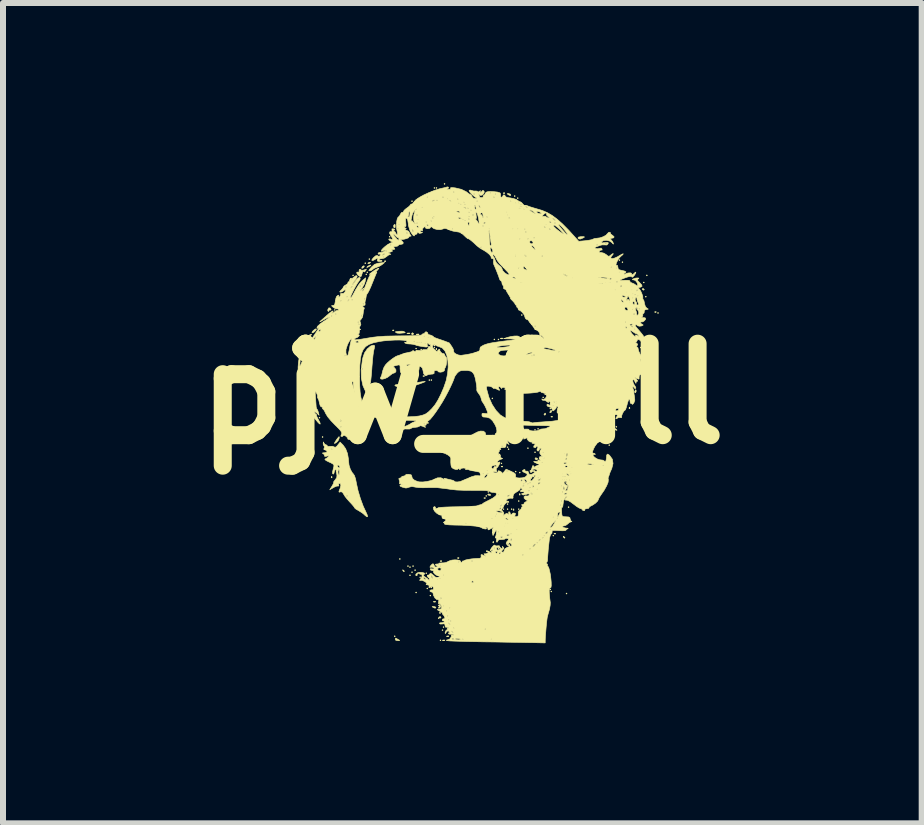
<source format=kicad_pcb>
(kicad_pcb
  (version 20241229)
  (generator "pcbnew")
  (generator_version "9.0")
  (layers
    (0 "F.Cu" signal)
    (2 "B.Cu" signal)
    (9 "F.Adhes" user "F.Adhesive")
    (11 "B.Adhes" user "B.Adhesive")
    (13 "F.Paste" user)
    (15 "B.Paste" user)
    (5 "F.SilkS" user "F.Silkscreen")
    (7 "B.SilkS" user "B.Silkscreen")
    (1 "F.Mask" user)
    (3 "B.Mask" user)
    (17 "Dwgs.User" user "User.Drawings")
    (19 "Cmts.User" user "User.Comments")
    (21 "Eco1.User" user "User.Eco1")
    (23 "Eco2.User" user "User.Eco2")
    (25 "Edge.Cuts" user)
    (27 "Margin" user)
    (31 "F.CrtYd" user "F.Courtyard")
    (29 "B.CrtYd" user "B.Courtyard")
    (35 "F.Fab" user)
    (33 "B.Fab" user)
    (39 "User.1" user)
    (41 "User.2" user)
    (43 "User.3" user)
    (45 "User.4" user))
  (footprint "pjw_full"
    (layer "F.Cu")
    (at 4.652 3.51)
    (property "Reference" "pjw_full" (at 0 0 0) (layer "F.SilkS") (effects (font (size 1.524 1.524) (thickness 0.3))))
    (attr through_hole)
    (fp_poly (pts (xy -2.591 -0.889) (xy -2.599 -0.881) (xy -2.608 -0.889) (xy -2.599 -0.897) (xy -2.591 -0.889)) (stroke (width 0.01) (type solid)) (fill yes) (layer "F.SilkS"))
    (fp_poly (pts (xy -2.523 0.381) (xy -2.532 0.389) (xy -2.54 0.381) (xy -2.532 0.373) (xy -2.523 0.381)) (stroke (width 0.01) (type solid)) (fill yes) (layer "F.SilkS"))
    (fp_poly (pts (xy -2.371 0.398) (xy -2.379 0.406) (xy -2.388 0.398) (xy -2.379 0.389) (xy -2.371 0.398)) (stroke (width 0.01) (type solid)) (fill yes) (layer "F.SilkS"))
    (fp_poly (pts (xy -2.32 0.72) (xy -2.328 0.728) (xy -2.337 0.72) (xy -2.328 0.711) (xy -2.32 0.72)) (stroke (width 0.01) (type solid)) (fill yes) (layer "F.SilkS"))
    (fp_poly (pts (xy -2.117 -1.397) (xy -2.125 -1.389) (xy -2.134 -1.397) (xy -2.125 -1.405) (xy -2.117 -1.397)) (stroke (width 0.01) (type solid)) (fill yes) (layer "F.SilkS"))
    (fp_poly (pts (xy -1.812 -1.973) (xy -1.82 -1.964) (xy -1.829 -1.973) (xy -1.82 -1.981) (xy -1.812 -1.973)) (stroke (width 0.01) (type solid)) (fill yes) (layer "F.SilkS"))
    (fp_poly (pts (xy -1.643 -1.753) (xy -1.651 -1.744) (xy -1.659 -1.753) (xy -1.651 -1.761) (xy -1.643 -1.753)) (stroke (width 0.01) (type solid)) (fill yes) (layer "F.SilkS"))
    (fp_poly (pts (xy -1.609 -2.176) (xy -1.617 -2.167) (xy -1.626 -2.176) (xy -1.617 -2.184) (xy -1.609 -2.176)) (stroke (width 0.01) (type solid)) (fill yes) (layer "F.SilkS"))
    (fp_poly (pts (xy -1.592 -1.99) (xy -1.6 -1.981) (xy -1.609 -1.99) (xy -1.6 -1.998) (xy -1.592 -1.99)) (stroke (width 0.01) (type solid)) (fill yes) (layer "F.SilkS"))
    (fp_poly (pts (xy -1.575 -2.024) (xy -1.583 -2.015) (xy -1.592 -2.024) (xy -1.583 -2.032) (xy -1.575 -2.024)) (stroke (width 0.01) (type solid)) (fill yes) (layer "F.SilkS"))
    (fp_poly (pts (xy -1.541 -2.244) (xy -1.549 -2.235) (xy -1.558 -2.244) (xy -1.549 -2.252) (xy -1.541 -2.244)) (stroke (width 0.01) (type solid)) (fill yes) (layer "F.SilkS"))
    (fp_poly (pts (xy -1.219 0.618) (xy -1.228 0.627) (xy -1.236 0.618) (xy -1.228 0.61) (xy -1.219 0.618)) (stroke (width 0.01) (type solid)) (fill yes) (layer "F.SilkS"))
    (fp_poly (pts (xy -1.202 -2.616) (xy -1.211 -2.608) (xy -1.219 -2.616) (xy -1.211 -2.625) (xy -1.202 -2.616)) (stroke (width 0.01) (type solid)) (fill yes) (layer "F.SilkS"))
    (fp_poly (pts (xy -1.118 4.039) (xy -1.126 4.047) (xy -1.135 4.039) (xy -1.126 4.03) (xy -1.118 4.039)) (stroke (width 0.01) (type solid)) (fill yes) (layer "F.SilkS"))
    (fp_poly (pts (xy -1.033 2.752) (xy -1.041 2.76) (xy -1.05 2.752) (xy -1.041 2.743) (xy -1.033 2.752)) (stroke (width 0.01) (type solid)) (fill yes) (layer "F.SilkS"))
    (fp_poly (pts (xy -0.897 2.87) (xy -0.906 2.879) (xy -0.914 2.87) (xy -0.906 2.862) (xy -0.897 2.87)) (stroke (width 0.01) (type solid)) (fill yes) (layer "F.SilkS"))
    (fp_poly (pts (xy -0.864 2.887) (xy -0.872 2.896) (xy -0.881 2.887) (xy -0.872 2.879) (xy -0.864 2.887)) (stroke (width 0.01) (type solid)) (fill yes) (layer "F.SilkS"))
    (fp_poly (pts (xy -0.864 3.023) (xy -0.872 3.031) (xy -0.881 3.023) (xy -0.872 3.014) (xy -0.864 3.023)) (stroke (width 0.01) (type solid)) (fill yes) (layer "F.SilkS"))
    (fp_poly (pts (xy -0.83 -3.209) (xy -0.838 -3.2) (xy -0.847 -3.209) (xy -0.838 -3.217) (xy -0.83 -3.209)) (stroke (width 0.01) (type solid)) (fill yes) (layer "F.SilkS"))
    (fp_poly (pts (xy -0.83 2.972) (xy -0.838 2.98) (xy -0.847 2.972) (xy -0.838 2.963) (xy -0.83 2.972)) (stroke (width 0.01) (type solid)) (fill yes) (layer "F.SilkS"))
    (fp_poly (pts (xy -0.813 2.87) (xy -0.821 2.879) (xy -0.83 2.87) (xy -0.821 2.862) (xy -0.813 2.87)) (stroke (width 0.01) (type solid)) (fill yes) (layer "F.SilkS"))
    (fp_poly (pts (xy -0.779 2.938) (xy -0.787 2.946) (xy -0.796 2.938) (xy -0.787 2.929) (xy -0.779 2.938)) (stroke (width 0.01) (type solid)) (fill yes) (layer "F.SilkS"))
    (fp_poly (pts (xy -0.762 -0.754) (xy -0.77 -0.745) (xy -0.779 -0.754) (xy -0.77 -0.762) (xy -0.762 -0.754)) (stroke (width 0.01) (type solid)) (fill yes) (layer "F.SilkS"))
    (fp_poly (pts (xy -0.762 3.31) (xy -0.77 3.319) (xy -0.779 3.31) (xy -0.77 3.302) (xy -0.762 3.31)) (stroke (width 0.01) (type solid)) (fill yes) (layer "F.SilkS"))
    (fp_poly (pts (xy -0.694 3.056) (xy -0.703 3.065) (xy -0.711 3.056) (xy -0.703 3.048) (xy -0.694 3.056)) (stroke (width 0.01) (type solid)) (fill yes) (layer "F.SilkS"))
    (fp_poly (pts (xy -0.677 -0.737) (xy -0.686 -0.728) (xy -0.694 -0.737) (xy -0.686 -0.745) (xy -0.677 -0.737)) (stroke (width 0.01) (type solid)) (fill yes) (layer "F.SilkS"))
    (fp_poly (pts (xy -0.593 2.989) (xy -0.601 2.997) (xy -0.61 2.989) (xy -0.601 2.98) (xy -0.593 2.989)) (stroke (width 0.01) (type solid)) (fill yes) (layer "F.SilkS"))
    (fp_poly (pts (xy -0.576 3.243) (xy -0.584 3.251) (xy -0.593 3.243) (xy -0.584 3.234) (xy -0.576 3.243)) (stroke (width 0.01) (type solid)) (fill yes) (layer "F.SilkS"))
    (fp_poly (pts (xy -0.542 -0.229) (xy -0.55 -0.22) (xy -0.559 -0.229) (xy -0.55 -0.237) (xy -0.542 -0.229)) (stroke (width 0.01) (type solid)) (fill yes) (layer "F.SilkS"))
    (fp_poly (pts (xy -0.525 3.361) (xy -0.533 3.37) (xy -0.542 3.361) (xy -0.533 3.353) (xy -0.525 3.361)) (stroke (width 0.01) (type solid)) (fill yes) (layer "F.SilkS"))
    (fp_poly (pts (xy -0.508 -0.229) (xy -0.516 -0.22) (xy -0.525 -0.229) (xy -0.516 -0.237) (xy -0.508 -0.229)) (stroke (width 0.01) (type solid)) (fill yes) (layer "F.SilkS"))
    (fp_poly (pts (xy -0.508 3.226) (xy -0.516 3.234) (xy -0.525 3.226) (xy -0.516 3.217) (xy -0.508 3.226)) (stroke (width 0.01) (type solid)) (fill yes) (layer "F.SilkS"))
    (fp_poly (pts (xy -0.457 -3.429) (xy -0.466 -3.421) (xy -0.474 -3.429) (xy -0.466 -3.437) (xy -0.457 -3.429)) (stroke (width 0.01) (type solid)) (fill yes) (layer "F.SilkS"))
    (fp_poly (pts (xy -0.457 -0.804) (xy -0.466 -0.796) (xy -0.474 -0.804) (xy -0.466 -0.813) (xy -0.457 -0.804)) (stroke (width 0.01) (type solid)) (fill yes) (layer "F.SilkS"))
    (fp_poly (pts (xy -0.457 -0.77) (xy -0.466 -0.762) (xy -0.474 -0.77) (xy -0.466 -0.779) (xy -0.457 -0.77)) (stroke (width 0.01) (type solid)) (fill yes) (layer "F.SilkS"))
    (fp_poly (pts (xy -0.423 -3.429) (xy -0.432 -3.421) (xy -0.44 -3.429) (xy -0.432 -3.437) (xy -0.423 -3.429)) (stroke (width 0.01) (type solid)) (fill yes) (layer "F.SilkS"))
    (fp_poly (pts (xy -0.356 4.106) (xy -0.364 4.115) (xy -0.373 4.106) (xy -0.364 4.098) (xy -0.356 4.106)) (stroke (width 0.01) (type solid)) (fill yes) (layer "F.SilkS"))
    (fp_poly (pts (xy -0.322 3.937) (xy -0.33 3.945) (xy -0.339 3.937) (xy -0.33 3.929) (xy -0.322 3.937)) (stroke (width 0.01) (type solid)) (fill yes) (layer "F.SilkS"))
    (fp_poly (pts (xy -0.305 3.886) (xy -0.313 3.895) (xy -0.322 3.886) (xy -0.313 3.878) (xy -0.305 3.886)) (stroke (width 0.01) (type solid)) (fill yes) (layer "F.SilkS"))
    (fp_poly (pts (xy -0.288 -3.497) (xy -0.296 -3.488) (xy -0.305 -3.497) (xy -0.296 -3.505) (xy -0.288 -3.497)) (stroke (width 0.01) (type solid)) (fill yes) (layer "F.SilkS"))
    (fp_poly (pts (xy -0.237 3.903) (xy -0.246 3.912) (xy -0.254 3.903) (xy -0.246 3.895) (xy -0.237 3.903)) (stroke (width 0.01) (type solid)) (fill yes) (layer "F.SilkS"))
    (fp_poly (pts (xy 0.406 1.702) (xy 0.398 1.71) (xy 0.389 1.702) (xy 0.398 1.693) (xy 0.406 1.702)) (stroke (width 0.01) (type solid)) (fill yes) (layer "F.SilkS"))
    (fp_poly (pts (xy 0.44 1.634) (xy 0.432 1.643) (xy 0.423 1.634) (xy 0.432 1.626) (xy 0.44 1.634)) (stroke (width 0.01) (type solid)) (fill yes) (layer "F.SilkS"))
    (fp_poly (pts (xy 0.508 0.076) (xy 0.5 0.085) (xy 0.491 0.076) (xy 0.5 0.068) (xy 0.508 0.076)) (stroke (width 0.01) (type solid)) (fill yes) (layer "F.SilkS"))
    (fp_poly (pts (xy 0.542 -0.906) (xy 0.533 -0.897) (xy 0.525 -0.906) (xy 0.533 -0.914) (xy 0.542 -0.906)) (stroke (width 0.01) (type solid)) (fill yes) (layer "F.SilkS"))
    (fp_poly (pts (xy 0.61 -0.906) (xy 0.601 -0.897) (xy 0.593 -0.906) (xy 0.601 -0.914) (xy 0.61 -0.906)) (stroke (width 0.01) (type solid)) (fill yes) (layer "F.SilkS"))
    (fp_poly (pts (xy 0.61 2.582) (xy 0.601 2.591) (xy 0.593 2.582) (xy 0.601 2.574) (xy 0.61 2.582)) (stroke (width 0.01) (type solid)) (fill yes) (layer "F.SilkS"))
    (fp_poly (pts (xy 0.643 0.923) (xy 0.635 0.931) (xy 0.627 0.923) (xy 0.635 0.914) (xy 0.643 0.923)) (stroke (width 0.01) (type solid)) (fill yes) (layer "F.SilkS"))
    (fp_poly (pts (xy 0.66 1.16) (xy 0.652 1.168) (xy 0.643 1.16) (xy 0.652 1.151) (xy 0.66 1.16)) (stroke (width 0.01) (type solid)) (fill yes) (layer "F.SilkS"))
    (fp_poly (pts (xy 0.694 1.922) (xy 0.686 1.93) (xy 0.677 1.922) (xy 0.686 1.913) (xy 0.694 1.922)) (stroke (width 0.01) (type solid)) (fill yes) (layer "F.SilkS"))
    (fp_poly (pts (xy 0.762 0.889) (xy 0.754 0.897) (xy 0.745 0.889) (xy 0.754 0.881) (xy 0.762 0.889)) (stroke (width 0.01) (type solid)) (fill yes) (layer "F.SilkS"))
    (fp_poly (pts (xy 0.762 1.837) (xy 0.754 1.846) (xy 0.745 1.837) (xy 0.754 1.829) (xy 0.762 1.837)) (stroke (width 0.01) (type solid)) (fill yes) (layer "F.SilkS"))
    (fp_poly (pts (xy 0.762 1.922) (xy 0.754 1.93) (xy 0.745 1.922) (xy 0.754 1.913) (xy 0.762 1.922)) (stroke (width 0.01) (type solid)) (fill yes) (layer "F.SilkS"))
    (fp_poly (pts (xy 0.779 0.923) (xy 0.77 0.931) (xy 0.762 0.923) (xy 0.77 0.914) (xy 0.779 0.923)) (stroke (width 0.01) (type solid)) (fill yes) (layer "F.SilkS"))
    (fp_poly (pts (xy 0.83 1.922) (xy 0.821 1.93) (xy 0.813 1.922) (xy 0.821 1.913) (xy 0.83 1.922)) (stroke (width 0.01) (type solid)) (fill yes) (layer "F.SilkS"))
    (fp_poly (pts (xy 0.881 -3.294) (xy 0.872 -3.285) (xy 0.864 -3.294) (xy 0.872 -3.302) (xy 0.881 -3.294)) (stroke (width 0.01) (type solid)) (fill yes) (layer "F.SilkS"))
    (fp_poly (pts (xy 0.897 -0.008) (xy 0.889 0) (xy 0.881 -0.008) (xy 0.889 -0.017) (xy 0.897 -0.008)) (stroke (width 0.01) (type solid)) (fill yes) (layer "F.SilkS"))
    (fp_poly (pts (xy 0.897 1.295) (xy 0.889 1.304) (xy 0.881 1.295) (xy 0.889 1.287) (xy 0.897 1.295)) (stroke (width 0.01) (type solid)) (fill yes) (layer "F.SilkS"))
    (fp_poly (pts (xy 0.931 -3.26) (xy 0.923 -3.251) (xy 0.914 -3.26) (xy 0.923 -3.268) (xy 0.931 -3.26)) (stroke (width 0.01) (type solid)) (fill yes) (layer "F.SilkS"))
    (fp_poly (pts (xy 0.948 1.786) (xy 0.94 1.795) (xy 0.931 1.786) (xy 0.94 1.778) (xy 0.948 1.786)) (stroke (width 0.01) (type solid)) (fill yes) (layer "F.SilkS"))
    (fp_poly (pts (xy 0.948 1.922) (xy 0.94 1.93) (xy 0.931 1.922) (xy 0.94 1.913) (xy 0.948 1.922)) (stroke (width 0.01) (type solid)) (fill yes) (layer "F.SilkS"))
    (fp_poly (pts (xy 0.965 1.312) (xy 0.957 1.321) (xy 0.948 1.312) (xy 0.957 1.304) (xy 0.965 1.312)) (stroke (width 0.01) (type solid)) (fill yes) (layer "F.SilkS"))
    (fp_poly (pts (xy 0.982 0.754) (xy 0.974 0.762) (xy 0.965 0.754) (xy 0.974 0.745) (xy 0.982 0.754)) (stroke (width 0.01) (type solid)) (fill yes) (layer "F.SilkS"))
    (fp_poly (pts (xy 0.999 -1.312) (xy 0.991 -1.304) (xy 0.982 -1.312) (xy 0.991 -1.321) (xy 0.999 -1.312)) (stroke (width 0.01) (type solid)) (fill yes) (layer "F.SilkS"))
    (fp_poly (pts (xy 1.101 0.906) (xy 1.092 0.914) (xy 1.084 0.906) (xy 1.092 0.897) (xy 1.101 0.906)) (stroke (width 0.01) (type solid)) (fill yes) (layer "F.SilkS"))
    (fp_poly (pts (xy 1.168 -0.974) (xy 1.16 -0.965) (xy 1.151 -0.974) (xy 1.16 -0.982) (xy 1.168 -0.974)) (stroke (width 0.01) (type solid)) (fill yes) (layer "F.SilkS"))
    (fp_poly (pts (xy 1.219 0.601) (xy 1.211 0.61) (xy 1.202 0.601) (xy 1.211 0.593) (xy 1.219 0.601)) (stroke (width 0.01) (type solid)) (fill yes) (layer "F.SilkS"))
    (fp_poly (pts (xy 1.219 0.974) (xy 1.211 0.982) (xy 1.202 0.974) (xy 1.211 0.965) (xy 1.219 0.974)) (stroke (width 0.01) (type solid)) (fill yes) (layer "F.SilkS"))
    (fp_poly (pts (xy 1.27 0.584) (xy 1.262 0.593) (xy 1.253 0.584) (xy 1.262 0.576) (xy 1.27 0.584)) (stroke (width 0.01) (type solid)) (fill yes) (layer "F.SilkS"))
    (fp_poly (pts (xy 1.355 0.059) (xy 1.346 0.068) (xy 1.338 0.059) (xy 1.346 0.051) (xy 1.355 0.059)) (stroke (width 0.01) (type solid)) (fill yes) (layer "F.SilkS"))
    (fp_poly (pts (xy 1.389 0.008) (xy 1.38 0.017) (xy 1.372 0.008) (xy 1.38 0) (xy 1.389 0.008)) (stroke (width 0.01) (type solid)) (fill yes) (layer "F.SilkS"))
    (fp_poly (pts (xy 1.473 0.246) (xy 1.465 0.254) (xy 1.456 0.246) (xy 1.465 0.237) (xy 1.473 0.246)) (stroke (width 0.01) (type solid)) (fill yes) (layer "F.SilkS"))
    (fp_poly (pts (xy 1.473 3.26) (xy 1.465 3.268) (xy 1.456 3.26) (xy 1.465 3.251) (xy 1.473 3.26)) (stroke (width 0.01) (type solid)) (fill yes) (layer "F.SilkS"))
    (fp_poly (pts (xy 1.49 3.294) (xy 1.482 3.302) (xy 1.473 3.294) (xy 1.482 3.285) (xy 1.49 3.294)) (stroke (width 0.01) (type solid)) (fill yes) (layer "F.SilkS"))
    (fp_poly (pts (xy 1.524 2.362) (xy 1.516 2.371) (xy 1.507 2.362) (xy 1.516 2.354) (xy 1.524 2.362)) (stroke (width 0.01) (type solid)) (fill yes) (layer "F.SilkS"))
    (fp_poly (pts (xy 1.744 3.327) (xy 1.736 3.336) (xy 1.727 3.327) (xy 1.736 3.319) (xy 1.744 3.327)) (stroke (width 0.01) (type solid)) (fill yes) (layer "F.SilkS"))
    (fp_poly (pts (xy 1.778 1.888) (xy 1.77 1.897) (xy 1.761 1.888) (xy 1.77 1.88) (xy 1.778 1.888)) (stroke (width 0.01) (type solid)) (fill yes) (layer "F.SilkS"))
    (fp_poly (pts (xy 2.269 0.787) (xy 2.261 0.796) (xy 2.252 0.787) (xy 2.261 0.779) (xy 2.269 0.787)) (stroke (width 0.01) (type solid)) (fill yes) (layer "F.SilkS"))
    (fp_poly (pts (xy 2.388 0.635) (xy 2.379 0.643) (xy 2.371 0.635) (xy 2.379 0.627) (xy 2.388 0.635)) (stroke (width 0.01) (type solid)) (fill yes) (layer "F.SilkS"))
    (fp_poly (pts (xy 2.388 0.72) (xy 2.379 0.728) (xy 2.371 0.72) (xy 2.379 0.711) (xy 2.388 0.72)) (stroke (width 0.01) (type solid)) (fill yes) (layer "F.SilkS"))
    (fp_poly (pts (xy 2.455 0.855) (xy 2.447 0.864) (xy 2.438 0.855) (xy 2.447 0.847) (xy 2.455 0.855)) (stroke (width 0.01) (type solid)) (fill yes) (layer "F.SilkS"))
    (fp_poly (pts (xy 2.523 0.686) (xy 2.515 0.694) (xy 2.506 0.686) (xy 2.515 0.677) (xy 2.523 0.686)) (stroke (width 0.01) (type solid)) (fill yes) (layer "F.SilkS"))
    (fp_poly (pts (xy 2.574 0.55) (xy 2.565 0.559) (xy 2.557 0.55) (xy 2.565 0.542) (xy 2.574 0.55)) (stroke (width 0.01) (type solid)) (fill yes) (layer "F.SilkS"))
    (fp_poly (pts (xy 2.625 -2.227) (xy 2.616 -2.218) (xy 2.608 -2.227) (xy 2.616 -2.235) (xy 2.625 -2.227)) (stroke (width 0.01) (type solid)) (fill yes) (layer "F.SilkS"))
    (fp_poly (pts (xy 2.675 -2.193) (xy 2.667 -2.184) (xy 2.659 -2.193) (xy 2.667 -2.201) (xy 2.675 -2.193)) (stroke (width 0.01) (type solid)) (fill yes) (layer "F.SilkS"))
    (fp_poly (pts (xy 2.98 -0.77) (xy 2.972 -0.762) (xy 2.963 -0.77) (xy 2.972 -0.779) (xy 2.98 -0.77)) (stroke (width 0.01) (type solid)) (fill yes) (layer "F.SilkS"))
    (fp_poly (pts (xy 3.031 -1.854) (xy 3.023 -1.846) (xy 3.014 -1.854) (xy 3.023 -1.863) (xy 3.031 -1.854)) (stroke (width 0.01) (type solid)) (fill yes) (layer "F.SilkS"))
    (fp_poly (pts (xy 3.031 -0.516) (xy 3.023 -0.508) (xy 3.014 -0.516) (xy 3.023 -0.525) (xy 3.031 -0.516)) (stroke (width 0.01) (type solid)) (fill yes) (layer "F.SilkS"))
    (fp_poly (pts (xy 3.065 -1.617) (xy 3.056 -1.609) (xy 3.048 -1.617) (xy 3.056 -1.626) (xy 3.065 -1.617)) (stroke (width 0.01) (type solid)) (fill yes) (layer "F.SilkS"))
    (fp_poly (pts (xy 3.065 -0.855) (xy 3.056 -0.847) (xy 3.048 -0.855) (xy 3.056 -0.864) (xy 3.065 -0.855)) (stroke (width 0.01) (type solid)) (fill yes) (layer "F.SilkS"))
    (fp_poly (pts (xy 3.082 -1.973) (xy 3.073 -1.964) (xy 3.065 -1.973) (xy 3.073 -1.981) (xy 3.082 -1.973)) (stroke (width 0.01) (type solid)) (fill yes) (layer "F.SilkS"))
    (fp_poly (pts (xy 3.082 -0.449) (xy 3.073 -0.44) (xy 3.065 -0.449) (xy 3.073 -0.457) (xy 3.082 -0.449)) (stroke (width 0.01) (type solid)) (fill yes) (layer "F.SilkS"))
    (fp_poly (pts (xy 3.268 -1.346) (xy 3.26 -1.338) (xy 3.251 -1.346) (xy 3.26 -1.355) (xy 3.268 -1.346)) (stroke (width 0.01) (type solid)) (fill yes) (layer "F.SilkS"))
    (fp_poly (pts (xy -2.63 -0.706) (xy -2.628 -0.685) (xy -2.63 -0.683) (xy -2.64 -0.685) (xy -2.642 -0.694) (xy -2.635 -0.708) (xy -2.63 -0.706)) (stroke (width 0.01) (type solid)) (fill yes) (layer "F.SilkS"))
    (fp_poly (pts (xy -2.173 1.377) (xy -2.171 1.397) (xy -2.173 1.4) (xy -2.183 1.397) (xy -2.184 1.389) (xy -2.178 1.375) (xy -2.173 1.377)) (stroke (width 0.01) (type solid)) (fill yes) (layer "F.SilkS"))
    (fp_poly (pts (xy -1.563 0.081) (xy -1.561 0.108) (xy -1.565 0.114) (xy -1.572 0.109) (xy -1.573 0.092) (xy -1.569 0.074) (xy -1.563 0.081)) (stroke (width 0.01) (type solid)) (fill yes) (layer "F.SilkS"))
    (fp_poly (pts (xy -1.547 0.175) (xy -1.545 0.195) (xy -1.547 0.198) (xy -1.557 0.195) (xy -1.558 0.186) (xy -1.552 0.172) (xy -1.547 0.175)) (stroke (width 0.01) (type solid)) (fill yes) (layer "F.SilkS"))
    (fp_poly (pts (xy -1.276 -2.213) (xy -1.278 -2.203) (xy -1.287 -2.201) (xy -1.301 -2.208) (xy -1.298 -2.213) (xy -1.278 -2.215) (xy -1.276 -2.213)) (stroke (width 0.01) (type solid)) (fill yes) (layer "F.SilkS"))
    (fp_poly (pts (xy -1.14 -1.061) (xy -1.143 -1.051) (xy -1.151 -1.05) (xy -1.165 -1.056) (xy -1.163 -1.061) (xy -1.143 -1.063) (xy -1.14 -1.061)) (stroke (width 0.01) (type solid)) (fill yes) (layer "F.SilkS"))
    (fp_poly (pts (xy -0.876 -1.01) (xy -0.874 -1.004) (xy -0.897 -1.002) (xy -0.922 -1.004) (xy -0.919 -1.01) (xy -0.884 -1.013) (xy -0.876 -1.01)) (stroke (width 0.01) (type solid)) (fill yes) (layer "F.SilkS"))
    (fp_poly (pts (xy -0.724 -0.993) (xy -0.722 -0.987) (xy -0.745 -0.985) (xy -0.769 -0.987) (xy -0.766 -0.993) (xy -0.732 -0.996) (xy -0.724 -0.993)) (stroke (width 0.01) (type solid)) (fill yes) (layer "F.SilkS"))
    (fp_poly (pts (xy -0.632 -0.299) (xy -0.635 -0.289) (xy -0.643 -0.288) (xy -0.657 -0.294) (xy -0.655 -0.299) (xy -0.635 -0.301) (xy -0.632 -0.299)) (stroke (width 0.01) (type solid)) (fill yes) (layer "F.SilkS"))
    (fp_poly (pts (xy -0.445 3.461) (xy -0.45 3.469) (xy -0.467 3.47) (xy -0.485 3.466) (xy -0.477 3.46) (xy -0.451 3.458) (xy -0.445 3.461)) (stroke (width 0.01) (type solid)) (fill yes) (layer "F.SilkS"))
    (fp_poly (pts (xy -0.429 -0.756) (xy -0.427 -0.736) (xy -0.429 -0.734) (xy -0.439 -0.736) (xy -0.44 -0.745) (xy -0.434 -0.759) (xy -0.429 -0.756)) (stroke (width 0.01) (type solid)) (fill yes) (layer "F.SilkS"))
    (fp_poly (pts (xy -0.361 3.646) (xy -0.364 3.656) (xy -0.373 3.658) (xy -0.386 3.651) (xy -0.384 3.646) (xy -0.364 3.644) (xy -0.361 3.646)) (stroke (width 0.01) (type solid)) (fill yes) (layer "F.SilkS"))
    (fp_poly (pts (xy -0.344 2.783) (xy -0.347 2.793) (xy -0.356 2.794) (xy -0.37 2.788) (xy -0.367 2.783) (xy -0.347 2.781) (xy -0.344 2.783)) (stroke (width 0.01) (type solid)) (fill yes) (layer "F.SilkS"))
    (fp_poly (pts (xy -0.292 4.105) (xy -0.298 4.112) (xy -0.315 4.113) (xy -0.333 4.109) (xy -0.325 4.103) (xy -0.298 4.101) (xy -0.292 4.105)) (stroke (width 0.01) (type solid)) (fill yes) (layer "F.SilkS"))
    (fp_poly (pts (xy -0.225 4.037) (xy -0.23 4.045) (xy -0.247 4.046) (xy -0.265 4.042) (xy -0.257 4.035) (xy -0.231 4.033) (xy -0.225 4.037)) (stroke (width 0.01) (type solid)) (fill yes) (layer "F.SilkS"))
    (fp_poly (pts (xy -0.056 2.732) (xy -0.059 2.742) (xy -0.068 2.743) (xy -0.082 2.737) (xy -0.079 2.732) (xy -0.059 2.73) (xy -0.056 2.732)) (stroke (width 0.01) (type solid)) (fill yes) (layer "F.SilkS"))
    (fp_poly (pts (xy 0.384 1.733) (xy 0.381 1.743) (xy 0.373 1.744) (xy 0.359 1.738) (xy 0.361 1.733) (xy 0.381 1.731) (xy 0.384 1.733)) (stroke (width 0.01) (type solid)) (fill yes) (layer "F.SilkS"))
    (fp_poly (pts (xy 0.519 2.461) (xy 0.521 2.481) (xy 0.519 2.484) (xy 0.509 2.481) (xy 0.508 2.472) (xy 0.514 2.458) (xy 0.519 2.461)) (stroke (width 0.01) (type solid)) (fill yes) (layer "F.SilkS"))
    (fp_poly (pts (xy 0.672 1.208) (xy 0.669 1.218) (xy 0.66 1.219) (xy 0.646 1.213) (xy 0.649 1.208) (xy 0.669 1.206) (xy 0.672 1.208)) (stroke (width 0.01) (type solid)) (fill yes) (layer "F.SilkS"))
    (fp_poly (pts (xy 0.673 -0.925) (xy 0.668 -0.917) (xy 0.651 -0.916) (xy 0.632 -0.92) (xy 0.64 -0.926) (xy 0.667 -0.928) (xy 0.673 -0.925)) (stroke (width 0.01) (type solid)) (fill yes) (layer "F.SilkS"))
    (fp_poly (pts (xy 0.706 -3.347) (xy 0.703 -3.337) (xy 0.694 -3.336) (xy 0.68 -3.342) (xy 0.683 -3.347) (xy 0.703 -3.349) (xy 0.706 -3.347)) (stroke (width 0.01) (type solid)) (fill yes) (layer "F.SilkS"))
    (fp_poly (pts (xy 0.858 1.919) (xy 0.86 1.939) (xy 0.858 1.942) (xy 0.848 1.939) (xy 0.847 1.93) (xy 0.853 1.916) (xy 0.858 1.919)) (stroke (width 0.01) (type solid)) (fill yes) (layer "F.SilkS"))
    (fp_poly (pts (xy 0.96 1.665) (xy 0.962 1.685) (xy 0.96 1.688) (xy 0.949 1.685) (xy 0.948 1.676) (xy 0.954 1.662) (xy 0.96 1.665)) (stroke (width 0.01) (type solid)) (fill yes) (layer "F.SilkS"))
    (fp_poly (pts (xy 1.501 0.378) (xy 1.499 0.388) (xy 1.49 0.389) (xy 1.476 0.383) (xy 1.479 0.378) (xy 1.499 0.376) (xy 1.501 0.378)) (stroke (width 0.01) (type solid)) (fill yes) (layer "F.SilkS"))
    (fp_poly (pts (xy 1.552 2.326) (xy 1.55 2.336) (xy 1.541 2.337) (xy 1.527 2.331) (xy 1.53 2.326) (xy 1.55 2.323) (xy 1.552 2.326)) (stroke (width 0.01) (type solid)) (fill yes) (layer "F.SilkS"))
    (fp_poly (pts (xy 2.365 0.768) (xy 2.367 0.788) (xy 2.365 0.79) (xy 2.355 0.788) (xy 2.354 0.779) (xy 2.36 0.765) (xy 2.365 0.768)) (stroke (width 0.01) (type solid)) (fill yes) (layer "F.SilkS"))
    (fp_poly (pts (xy 2.788 0.226) (xy 2.79 0.246) (xy 2.788 0.248) (xy 2.778 0.246) (xy 2.777 0.237) (xy 2.783 0.223) (xy 2.788 0.226)) (stroke (width 0.01) (type solid)) (fill yes) (layer "F.SilkS"))
    (fp_poly (pts (xy 3.229 -1.366) (xy 3.226 -1.356) (xy 3.217 -1.355) (xy 3.203 -1.361) (xy 3.206 -1.366) (xy 3.226 -1.368) (xy 3.229 -1.366)) (stroke (width 0.01) (type solid)) (fill yes) (layer "F.SilkS"))
    (fp_poly (pts (xy -2.683 -0.717) (xy -2.686 -0.704) (xy -2.7 -0.68) (xy -2.708 -0.684) (xy -2.709 -0.693) (xy -2.697 -0.716) (xy -2.693 -0.72) (xy -2.683 -0.717)) (stroke (width 0.01) (type solid)) (fill yes) (layer "F.SilkS"))
    (fp_poly (pts (xy -1.633 -2.129) (xy -1.637 -2.114) (xy -1.651 -2.1) (xy -1.672 -2.089) (xy -1.676 -2.097) (xy -1.666 -2.119) (xy -1.645 -2.132) (xy -1.633 -2.129)) (stroke (width 0.01) (type solid)) (fill yes) (layer "F.SilkS"))
    (fp_poly (pts (xy -1.533 -2.184) (xy -1.551 -2.17) (xy -1.57 -2.168) (xy -1.575 -2.174) (xy -1.562 -2.185) (xy -1.549 -2.191) (xy -1.531 -2.192) (xy -1.533 -2.184)) (stroke (width 0.01) (type solid)) (fill yes) (layer "F.SilkS"))
    (fp_poly (pts (xy -0.985 2.936) (xy -0.967 2.953) (xy -0.97 2.963) (xy -0.973 2.963) (xy -0.987 2.951) (xy -0.992 2.944) (xy -0.994 2.932) (xy -0.985 2.936)) (stroke (width 0.01) (type solid)) (fill yes) (layer "F.SilkS"))
    (fp_poly (pts (xy 1.691 2.378) (xy 1.709 2.395) (xy 1.705 2.404) (xy 1.703 2.405) (xy 1.688 2.393) (xy 1.683 2.385) (xy 1.681 2.373) (xy 1.691 2.378)) (stroke (width 0.01) (type solid)) (fill yes) (layer "F.SilkS"))
    (fp_poly (pts (xy 2.453 0.447) (xy 2.471 0.463) (xy 2.472 0.467) (xy 2.464 0.474) (xy 2.447 0.458) (xy 2.445 0.455) (xy 2.443 0.443) (xy 2.453 0.447)) (stroke (width 0.01) (type solid)) (fill yes) (layer "F.SilkS"))
    (fp_poly (pts (xy -2.519 -0.979) (xy -2.523 -0.974) (xy -2.547 -0.951) (xy -2.556 -0.956) (xy -2.557 -0.963) (xy -2.543 -0.982) (xy -2.529 -0.989) (xy -2.511 -0.994) (xy -2.519 -0.979)) (stroke (width 0.01) (type solid)) (fill yes) (layer "F.SilkS"))
    (fp_poly (pts (xy -1.524 -2.143) (xy -1.537 -2.13) (xy -1.558 -2.117) (xy -1.584 -2.106) (xy -1.592 -2.107) (xy -1.579 -2.121) (xy -1.558 -2.134) (xy -1.532 -2.145) (xy -1.524 -2.143)) (stroke (width 0.01) (type solid)) (fill yes) (layer "F.SilkS"))
    (fp_poly (pts (xy -1.12 0.613) (xy -1.118 0.616) (xy -1.131 0.627) (xy -1.143 0.633) (xy -1.165 0.633) (xy -1.168 0.626) (xy -1.155 0.611) (xy -1.143 0.61) (xy -1.12 0.613)) (stroke (width 0.01) (type solid)) (fill yes) (layer "F.SilkS"))
    (fp_poly (pts (xy -1.118 -2.798) (xy -1.118 -2.797) (xy -1.122 -2.765) (xy -1.134 -2.765) (xy -1.144 -2.779) (xy -1.144 -2.805) (xy -1.136 -2.816) (xy -1.122 -2.822) (xy -1.118 -2.798)) (stroke (width 0.01) (type solid)) (fill yes) (layer "F.SilkS"))
    (fp_poly (pts (xy -1.062 0.571) (xy -1.061 0.597) (xy -1.066 0.608) (xy -1.082 0.62) (xy -1.089 0.615) (xy -1.09 0.589) (xy -1.085 0.577) (xy -1.068 0.566) (xy -1.062 0.571)) (stroke (width 0.01) (type solid)) (fill yes) (layer "F.SilkS"))
    (fp_poly (pts (xy -0.813 -1.003) (xy -0.813 -0.999) (xy -0.826 -0.983) (xy -0.83 -0.982) (xy -0.846 -0.995) (xy -0.847 -0.999) (xy -0.834 -1.016) (xy -0.83 -1.016) (xy -0.813 -1.003)) (stroke (width 0.01) (type solid)) (fill yes) (layer "F.SilkS"))
    (fp_poly (pts (xy -0.478 3.543) (xy -0.448 3.551) (xy -0.44 3.56) (xy -0.452 3.572) (xy -0.483 3.561) (xy -0.491 3.556) (xy -0.503 3.545) (xy -0.486 3.543) (xy -0.478 3.543)) (stroke (width 0.01) (type solid)) (fill yes) (layer "F.SilkS"))
    (fp_poly (pts (xy 0.449 1.67) (xy 0.471 1.682) (xy 0.474 1.687) (xy 0.46 1.693) (xy 0.449 1.693) (xy 0.426 1.684) (xy 0.423 1.677) (xy 0.436 1.668) (xy 0.449 1.67)) (stroke (width 0.01) (type solid)) (fill yes) (layer "F.SilkS"))
    (fp_poly (pts (xy 0.796 -3.327) (xy 0.804 -3.319) (xy 0.806 -3.304) (xy 0.786 -3.306) (xy 0.762 -3.319) (xy 0.746 -3.332) (xy 0.761 -3.336) (xy 0.765 -3.336) (xy 0.796 -3.327)) (stroke (width 0.01) (type solid)) (fill yes) (layer "F.SilkS"))
    (fp_poly (pts (xy 1.25 1.076) (xy 1.253 1.084) (xy 1.241 1.1) (xy 1.237 1.101) (xy 1.214 1.088) (xy 1.211 1.084) (xy 1.215 1.069) (xy 1.227 1.067) (xy 1.25 1.076)) (stroke (width 0.01) (type solid)) (fill yes) (layer "F.SilkS"))
    (fp_poly (pts (xy 1.388 0.335) (xy 1.389 0.339) (xy 1.376 0.355) (xy 1.371 0.356) (xy 1.36 0.345) (xy 1.363 0.339) (xy 1.378 0.323) (xy 1.381 0.322) (xy 1.388 0.335)) (stroke (width 0.01) (type solid)) (fill yes) (layer "F.SilkS"))
    (fp_poly (pts (xy 1.489 0.28) (xy 1.49 0.286) (xy 1.478 0.31) (xy 1.473 0.313) (xy 1.458 0.312) (xy 1.456 0.307) (xy 1.469 0.283) (xy 1.473 0.279) (xy 1.489 0.28)) (stroke (width 0.01) (type solid)) (fill yes) (layer "F.SilkS"))
    (fp_poly (pts (xy 2.895 -0.054) (xy 2.896 -0.042) (xy 2.887 -0.02) (xy 2.879 -0.017) (xy 2.87 -0.029) (xy 2.873 -0.042) (xy 2.885 -0.065) (xy 2.889 -0.068) (xy 2.895 -0.054)) (stroke (width 0.01) (type solid)) (fill yes) (layer "F.SilkS"))
    (fp_poly (pts (xy 3.014 -1.753) (xy 3.03 -1.737) (xy 3.031 -1.735) (xy 3.018 -1.727) (xy 3.014 -1.727) (xy 2.998 -1.74) (xy 2.997 -1.745) (xy 3.008 -1.755) (xy 3.014 -1.753)) (stroke (width 0.01) (type solid)) (fill yes) (layer "F.SilkS"))
    (fp_poly (pts (xy 3.124 -0.382) (xy 3.144 -0.352) (xy 3.15 -0.335) (xy 3.145 -0.322) (xy 3.131 -0.34) (xy 3.118 -0.368) (xy 3.106 -0.399) (xy 3.109 -0.401) (xy 3.124 -0.382)) (stroke (width 0.01) (type solid)) (fill yes) (layer "F.SilkS"))
    (fp_poly (pts (xy -2.434 -1.067) (xy -2.447 -1.05) (xy -2.476 -1.024) (xy -2.499 -1.015) (xy -2.506 -1.023) (xy -2.496 -1.039) (xy -2.48 -1.057) (xy -2.45 -1.079) (xy -2.433 -1.082) (xy -2.434 -1.067)) (stroke (width 0.01) (type solid)) (fill yes) (layer "F.SilkS"))
    (fp_poly (pts (xy -1.096 4.077) (xy -1.061 4.098) (xy -1.05 4.103) (xy -1.045 4.11) (xy -1.069 4.113) (xy -1.071 4.113) (xy -1.108 4.107) (xy -1.118 4.087) (xy -1.111 4.07) (xy -1.096 4.077)) (stroke (width 0.01) (type solid)) (fill yes) (layer "F.SilkS"))
    (fp_poly (pts (xy 2.502 0.509) (xy 2.514 0.517) (xy 2.534 0.535) (xy 2.527 0.542) (xy 2.52 0.542) (xy 2.487 0.53) (xy 2.472 0.516) (xy 2.461 0.496) (xy 2.473 0.494) (xy 2.502 0.509)) (stroke (width 0.01) (type solid)) (fill yes) (layer "F.SilkS"))
    (fp_poly (pts (xy -2.05 0.719) (xy -2.053 0.743) (xy -2.07 0.782) (xy -2.098 0.81) (xy -2.126 0.828) (xy -2.131 0.824) (xy -2.121 0.804) (xy -2.095 0.763) (xy -2.075 0.737) (xy -2.055 0.714) (xy -2.05 0.719)) (stroke (width 0.01) (type solid)) (fill yes) (layer "F.SilkS"))
    (fp_poly (pts (xy -0.356 3.723) (xy -0.356 3.725) (xy -0.365 3.737) (xy -0.371 3.735) (xy -0.391 3.737) (xy -0.395 3.743) (xy -0.401 3.747) (xy -0.4 3.74) (xy -0.387 3.719) (xy -0.367 3.711) (xy -0.356 3.723)) (stroke (width 0.01) (type solid)) (fill yes) (layer "F.SilkS"))
    (fp_poly (pts (xy 2.024 -2.617) (xy 2.035 -2.612) (xy 2.02 -2.601) (xy 2.011 -2.596) (xy 1.963 -2.577) (xy 1.934 -2.582) (xy 1.926 -2.595) (xy 1.933 -2.61) (xy 1.97 -2.617) (xy 1.984 -2.617) (xy 2.024 -2.617)) (stroke (width 0.01) (type solid)) (fill yes) (layer "F.SilkS"))
    (fp_poly (pts (xy -2.201 -1.428) (xy -2.187 -1.406) (xy -2.19 -1.392) (xy -2.199 -1.396) (xy -2.216 -1.396) (xy -2.218 -1.39) (xy -2.229 -1.372) (xy -2.234 -1.372) (xy -2.242 -1.385) (xy -2.24 -1.406) (xy -2.223 -1.432) (xy -2.201 -1.428)) (stroke (width 0.01) (type solid)) (fill yes) (layer "F.SilkS"))
    (fp_poly (pts (xy -0.369 3.519) (xy -0.361 3.545) (xy -0.376 3.568) (xy -0.395 3.573) (xy -0.401 3.566) (xy -0.389 3.556) (xy -0.375 3.543) (xy -0.386 3.539) (xy -0.4 3.529) (xy -0.397 3.521) (xy -0.379 3.512) (xy -0.369 3.519)) (stroke (width 0.01) (type solid)) (fill yes) (layer "F.SilkS"))
    (fp_poly (pts (xy -0.975 -1.037) (xy -0.967 -1.033) (xy -0.951 -1.02) (xy -0.966 -1.015) (xy -0.974 -1.014) (xy -1.02 -1.01) (xy -1.044 -1.008) (xy -1.084 -1.011) (xy -1.104 -1.018) (xy -1.115 -1.031) (xy -1.109 -1.035) (xy -1.043 -1.042) (xy -1.001 -1.043) (xy -0.975 -1.037)) (stroke (width 0.01) (type solid)) (fill yes) (layer "F.SilkS"))
    (fp_poly (pts (xy -1.338 -2.152) (xy -1.383 -2.124) (xy -1.425 -2.108) (xy -1.467 -2.091) (xy -1.491 -2.073) (xy -1.515 -2.056) (xy -1.542 -2.048) (xy -1.557 -2.053) (xy -1.558 -2.056) (xy -1.547 -2.071) (xy -1.521 -2.102) (xy -1.507 -2.117) (xy -1.462 -2.156) (xy -1.41 -2.174) (xy -1.376 -2.179) (xy -1.295 -2.187) (xy -1.338 -2.152)) (stroke (width 0.01) (type solid)) (fill yes) (layer "F.SilkS"))
    (fp_poly (pts (xy -0.618 -0.205) (xy -0.625 -0.199) (xy -0.659 -0.185) (xy -0.713 -0.165) (xy -0.751 -0.152) (xy -0.839 -0.125) (xy -0.908 -0.11) (xy -0.97 -0.106) (xy -1.037 -0.111) (xy -1.058 -0.114) (xy -1.105 -0.125) (xy -1.125 -0.138) (xy -1.116 -0.149) (xy -1.079 -0.155) (xy -1.022 -0.158) (xy -0.971 -0.162) (xy -0.969 -0.163) (xy -0.93 -0.167) (xy -0.869 -0.175) (xy -0.8 -0.183) (xy -0.796 -0.184) (xy -0.732 -0.191) (xy -0.682 -0.198) (xy -0.654 -0.203) (xy -0.652 -0.203) (xy -0.62 -0.205) (xy -0.618 -0.205)) (stroke (width 0.01) (type solid)) (fill yes) (layer "F.SilkS"))
    (fp_poly (pts (xy -1.605 -2.062) (xy -1.611 -2.051) (xy -1.631 -2.029) (xy -1.646 -2.037) (xy -1.657 -2.038) (xy -1.668 -2.009) (xy -1.67 -2.002) (xy -1.683 -1.96) (xy -1.701 -1.95) (xy -1.729 -1.969) (xy -1.734 -1.974) (xy -1.746 -1.99) (xy -1.71 -1.99) (xy -1.702 -1.981) (xy -1.693 -1.99) (xy -1.702 -1.998) (xy -1.71 -1.99) (xy -1.746 -1.99) (xy -1.757 -2.004) (xy -1.759 -2.025) (xy -1.74 -2.028) (xy -1.737 -2.026) (xy -1.719 -2.027) (xy -1.721 -2.04) (xy -1.718 -2.067) (xy -1.711 -2.074) (xy -1.695 -2.075) (xy -1.693 -2.07) (xy -1.68 -2.058) (xy -1.649 -2.059) (xy -1.615 -2.071) (xy -1.611 -2.073) (xy -1.598 -2.078) (xy -1.605 -2.062)) (stroke (width 0.01) (type solid)) (fill yes) (layer "F.SilkS"))
    (fp_poly (pts (xy -1.46 -0.795) (xy -1.467 -0.755) (xy -1.471 -0.742) (xy -1.479 -0.705) (xy -1.488 -0.642) (xy -1.496 -0.561) (xy -1.504 -0.47) (xy -1.506 -0.444) (xy -1.512 -0.357) (xy -1.519 -0.282) (xy -1.525 -0.225) (xy -1.529 -0.194) (xy -1.53 -0.19) (xy -1.536 -0.168) (xy -1.543 -0.123) (xy -1.549 -0.076) (xy -1.556 -0.022) (xy -1.562 0.017) (xy -1.566 0.03) (xy -1.576 0.02) (xy -1.597 -0.01) (xy -1.606 -0.024) (xy -1.656 -0.136) (xy -1.683 -0.26) (xy -1.686 -0.4) (xy -1.684 -0.415) (xy -1.676 -0.415) (xy -1.668 -0.406) (xy -1.659 -0.415) (xy -1.668 -0.423) (xy -1.676 -0.415) (xy -1.684 -0.415) (xy -1.665 -0.56) (xy -1.656 -0.605) (xy -1.629 -0.682) (xy -1.584 -0.748) (xy -1.53 -0.794) (xy -1.504 -0.805) (xy -1.472 -0.81) (xy -1.46 -0.795)) (stroke (width 0.01) (type solid)) (fill yes) (layer "F.SilkS"))
    (fp_poly (pts (xy -2.31 0.812) (xy -2.308 0.817) (xy -2.29 0.842) (xy -2.276 0.847) (xy -2.255 0.857) (xy -2.252 0.866) (xy -2.238 0.877) (xy -2.204 0.875) (xy -2.161 0.874) (xy -2.136 0.885) (xy -2.117 0.892) (xy -2.092 0.875) (xy -2.076 0.855) (xy -2.036 0.805) (xy -1.986 0.856) (xy -1.944 0.915) (xy -1.913 0.996) (xy -1.898 1.084) (xy -1.896 1.112) (xy -1.888 1.188) (xy -1.865 1.26) (xy -1.832 1.317) (xy -1.822 1.327) (xy -1.798 1.361) (xy -1.779 1.417) (xy -1.763 1.498) (xy -1.737 1.616) (xy -1.698 1.746) (xy -1.651 1.873) (xy -1.609 1.963) (xy -1.584 2.019) (xy -1.578 2.047) (xy -1.591 2.049) (xy -1.624 2.023) (xy -1.634 2.012) (xy -1.672 1.982) (xy -1.721 1.951) (xy -1.731 1.945) (xy -1.771 1.922) (xy -1.793 1.903) (xy -1.795 1.899) (xy -1.806 1.881) (xy -1.835 1.846) (xy -1.875 1.803) (xy -1.876 1.802) (xy -1.921 1.752) (xy -1.958 1.704) (xy -1.959 1.702) (xy -1.93 1.702) (xy -1.922 1.71) (xy -1.913 1.702) (xy -1.922 1.693) (xy -1.93 1.702) (xy -1.959 1.702) (xy -1.978 1.671) (xy -1.999 1.638) (xy -2.025 1.632) (xy -2.032 1.634) (xy -2.052 1.639) (xy -2.056 1.629) (xy -2.046 1.598) (xy -2.039 1.584) (xy -2.024 1.529) (xy -2.03 1.498) (xy -2.052 1.49) (xy -2.062 1.503) (xy -2.059 1.517) (xy -2.059 1.536) (xy -2.07 1.536) (xy -2.097 1.539) (xy -2.138 1.557) (xy -2.15 1.564) (xy -2.209 1.599) (xy -2.17 1.536) (xy -2.149 1.498) (xy -2.142 1.476) (xy -2.144 1.473) (xy -2.142 1.463) (xy -2.122 1.437) (xy -2.118 1.432) (xy -2.092 1.396) (xy -2.089 1.357) (xy -2.093 1.335) (xy -2.101 1.295) (xy -2.071 1.295) (xy -2.069 1.328) (xy -2.061 1.352) (xy -2.055 1.355) (xy -2.051 1.34) (xy -2.049 1.304) (xy -2.049 1.3) (xy -2.052 1.265) (xy -2.061 1.264) (xy -2.064 1.268) (xy -2.071 1.295) (xy -2.101 1.295) (xy -2.101 1.293) (xy -2.103 1.266) (xy -2.103 1.265) (xy -2.11 1.258) (xy -2.116 1.261) (xy -2.131 1.285) (xy -2.134 1.305) (xy -2.142 1.332) (xy -2.152 1.338) (xy -2.164 1.324) (xy -2.161 1.295) (xy -2.149 1.245) (xy -2.141 1.214) (xy -2.14 1.199) (xy -2.083 1.199) (xy -2.069 1.226) (xy -2.047 1.236) (xy -2.04 1.224) (xy -2.043 1.211) (xy -2.059 1.19) (xy -2.077 1.187) (xy -2.083 1.199) (xy -2.14 1.199) (xy -2.14 1.19) (xy -2.154 1.171) (xy -2.19 1.15) (xy -2.222 1.136) (xy -2.27 1.112) (xy -2.29 1.094) (xy -2.286 1.087) (xy -2.254 1.068) (xy -2.236 1.053) (xy -2.222 1.036) (xy -2.232 1.033) (xy -2.258 1.039) (xy -2.29 1.044) (xy -2.296 1.035) (xy -2.3 1.014) (xy -2.315 1.001) (xy -2.332 0.988) (xy -2.32 0.983) (xy -2.299 0.983) (xy -2.263 0.975) (xy -2.253 0.958) (xy -2.273 0.94) (xy -2.286 0.936) (xy -2.309 0.924) (xy -2.309 0.923) (xy -2.184 0.923) (xy -2.176 0.931) (xy -2.167 0.923) (xy -2.176 0.914) (xy -2.184 0.923) (xy -2.309 0.923) (xy -2.302 0.905) (xy -2.294 0.882) (xy -2.302 0.873) (xy -2.316 0.849) (xy -2.318 0.825) (xy -2.315 0.802) (xy -2.31 0.812)) (stroke (width 0.01) (type solid)) (fill yes) (layer "F.SilkS"))
    (fp_poly (pts (xy -0.233 -3.443) (xy -0.23 -3.439) (xy -0.235 -3.422) (xy -0.25 -3.415) (xy -0.259 -3.409) (xy -0.236 -3.406) (xy -0.232 -3.406) (xy -0.199 -3.409) (xy -0.196 -3.423) (xy -0.194 -3.434) (xy -0.166 -3.435) (xy -0.118 -3.43) (xy -0.017 -3.406) (xy 0.067 -3.365) (xy 0.098 -3.34) (xy 0.125 -3.322) (xy 0.136 -3.319) (xy 0.152 -3.305) (xy 0.161 -3.285) (xy 0.184 -3.258) (xy 0.217 -3.253) (xy 0.242 -3.256) (xy 0.238 -3.263) (xy 0.237 -3.263) (xy 0.207 -3.281) (xy 0.171 -3.311) (xy 0.155 -3.327) (xy 0.186 -3.327) (xy 0.195 -3.319) (xy 0.203 -3.327) (xy 0.195 -3.336) (xy 0.186 -3.327) (xy 0.155 -3.327) (xy 0.137 -3.345) (xy 0.115 -3.375) (xy 0.112 -3.389) (xy 0.131 -3.394) (xy 0.151 -3.387) (xy 0.193 -3.377) (xy 0.218 -3.378) (xy 0.246 -3.376) (xy 0.254 -3.367) (xy 0.264 -3.361) (xy 0.283 -3.372) (xy 0.301 -3.384) (xy 0.299 -3.374) (xy 0.297 -3.355) (xy 0.304 -3.353) (xy 0.321 -3.365) (xy 0.322 -3.37) (xy 0.335 -3.385) (xy 0.346 -3.387) (xy 0.363 -3.375) (xy 0.363 -3.35) (xy 0.345 -3.321) (xy 0.332 -3.311) (xy 0.304 -3.304) (xy 0.286 -3.319) (xy 0.273 -3.334) (xy 0.276 -3.319) (xy 0.278 -3.313) (xy 0.286 -3.284) (xy 0.288 -3.275) (xy 0.302 -3.27) (xy 0.323 -3.268) (xy 0.346 -3.275) (xy 0.347 -3.279) (xy 0.514 -3.279) (xy 0.516 -3.269) (xy 0.525 -3.268) (xy 0.539 -3.274) (xy 0.536 -3.279) (xy 0.516 -3.281) (xy 0.514 -3.279) (xy 0.347 -3.279) (xy 0.347 -3.285) (xy 0.348 -3.301) (xy 0.353 -3.302) (xy 0.371 -3.316) (xy 0.377 -3.327) (xy 0.542 -3.327) (xy 0.55 -3.319) (xy 0.559 -3.327) (xy 0.55 -3.336) (xy 0.542 -3.327) (xy 0.377 -3.327) (xy 0.381 -3.336) (xy 0.387 -3.344) (xy 0.457 -3.344) (xy 0.466 -3.336) (xy 0.474 -3.344) (xy 0.466 -3.353) (xy 0.457 -3.344) (xy 0.387 -3.344) (xy 0.396 -3.358) (xy 0.427 -3.368) (xy 0.465 -3.37) (xy 0.525 -3.367) (xy 0.582 -3.361) (xy 0.59 -3.359) (xy 0.627 -3.347) (xy 0.638 -3.326) (xy 0.637 -3.311) (xy 0.639 -3.281) (xy 0.653 -3.274) (xy 0.671 -3.283) (xy 0.672 -3.29) (xy 0.682 -3.31) (xy 0.69 -3.314) (xy 0.709 -3.308) (xy 0.711 -3.297) (xy 0.726 -3.279) (xy 0.77 -3.267) (xy 0.798 -3.263) (xy 0.854 -3.252) (xy 0.899 -3.236) (xy 0.914 -3.226) (xy 0.944 -3.206) (xy 0.961 -3.2) (xy 0.984 -3.188) (xy 1.006 -3.163) (xy 1.029 -3.14) (xy 1.043 -3.137) (xy 1.065 -3.139) (xy 1.087 -3.131) (xy 1.119 -3.118) (xy 1.173 -3.101) (xy 1.234 -3.083) (xy 1.329 -3.055) (xy 1.415 -3.018) (xy 1.496 -2.971) (xy 1.579 -2.909) (xy 1.668 -2.83) (xy 1.768 -2.729) (xy 1.854 -2.634) (xy 1.939 -2.54) (xy 2.049 -2.55) (xy 2.108 -2.558) (xy 2.154 -2.567) (xy 2.175 -2.576) (xy 2.203 -2.587) (xy 2.239 -2.591) (xy 2.293 -2.598) (xy 2.348 -2.617) (xy 2.393 -2.642) (xy 2.415 -2.666) (xy 2.437 -2.689) (xy 2.45 -2.692) (xy 2.467 -2.685) (xy 2.465 -2.678) (xy 2.472 -2.661) (xy 2.498 -2.642) (xy 2.527 -2.618) (xy 2.523 -2.599) (xy 2.489 -2.591) (xy 2.485 -2.591) (xy 2.461 -2.588) (xy 2.467 -2.576) (xy 2.475 -2.57) (xy 2.503 -2.536) (xy 2.512 -2.515) (xy 2.518 -2.494) (xy 2.509 -2.498) (xy 2.491 -2.519) (xy 2.451 -2.546) (xy 2.399 -2.557) (xy 2.35 -2.552) (xy 2.321 -2.533) (xy 2.314 -2.519) (xy 2.328 -2.514) (xy 2.369 -2.518) (xy 2.37 -2.518) (xy 2.413 -2.522) (xy 2.43 -2.517) (xy 2.429 -2.501) (xy 2.428 -2.499) (xy 2.407 -2.478) (xy 2.378 -2.48) (xy 2.331 -2.481) (xy 2.3 -2.474) (xy 2.254 -2.457) (xy 2.227 -2.447) (xy 2.206 -2.436) (xy 2.215 -2.424) (xy 2.217 -2.422) (xy 2.251 -2.416) (xy 2.279 -2.422) (xy 2.312 -2.427) (xy 2.327 -2.411) (xy 2.328 -2.394) (xy 2.322 -2.395) (xy 2.3 -2.392) (xy 2.286 -2.379) (xy 2.276 -2.361) (xy 2.292 -2.354) (xy 2.312 -2.354) (xy 2.359 -2.342) (xy 2.399 -2.317) (xy 2.428 -2.293) (xy 2.448 -2.292) (xy 2.469 -2.309) (xy 2.498 -2.331) (xy 2.514 -2.336) (xy 2.511 -2.324) (xy 2.499 -2.31) (xy 2.474 -2.277) (xy 2.476 -2.258) (xy 2.498 -2.252) (xy 2.537 -2.261) (xy 2.588 -2.284) (xy 2.619 -2.303) (xy 2.661 -2.327) (xy 2.68 -2.333) (xy 2.675 -2.32) (xy 2.642 -2.292) (xy 2.64 -2.29) (xy 2.615 -2.265) (xy 2.591 -2.23) (xy 2.572 -2.192) (xy 2.56 -2.16) (xy 2.56 -2.141) (xy 2.574 -2.142) (xy 2.586 -2.136) (xy 2.591 -2.109) (xy 2.596 -2.081) (xy 2.616 -2.065) (xy 2.659 -2.055) (xy 2.701 -2.045) (xy 2.724 -2.033) (xy 2.726 -2.03) (xy 2.713 -2.015) (xy 2.709 -2.015) (xy 2.693 -2.002) (xy 2.692 -1.995) (xy 2.697 -1.983) (xy 2.713 -1.995) (xy 2.738 -2.008) (xy 2.772 -2.014) (xy 2.804 -2.014) (xy 2.82 -2.005) (xy 2.819 -1.998) (xy 2.817 -1.983) (xy 2.832 -1.984) (xy 2.855 -1.999) (xy 2.862 -2.007) (xy 2.884 -2.027) (xy 2.891 -2.023) (xy 2.883 -2.001) (xy 2.864 -1.971) (xy 2.84 -1.946) (xy 2.828 -1.941) (xy 2.828 -1.943) (xy 2.814 -1.954) (xy 2.79 -1.955) (xy 2.756 -1.947) (xy 2.712 -1.932) (xy 2.668 -1.915) (xy 2.635 -1.899) (xy 2.625 -1.89) (xy 2.64 -1.888) (xy 2.679 -1.889) (xy 2.709 -1.891) (xy 2.764 -1.891) (xy 2.788 -1.884) (xy 2.79 -1.876) (xy 2.8 -1.857) (xy 2.819 -1.849) (xy 2.86 -1.832) (xy 2.883 -1.816) (xy 2.912 -1.798) (xy 2.923 -1.807) (xy 2.915 -1.841) (xy 2.91 -1.852) (xy 2.882 -1.888) (xy 2.855 -1.897) (xy 2.832 -1.9) (xy 2.84 -1.91) (xy 2.845 -1.913) (xy 2.881 -1.926) (xy 2.913 -1.93) (xy 2.94 -1.927) (xy 2.936 -1.918) (xy 2.929 -1.914) (xy 2.917 -1.899) (xy 2.925 -1.88) (xy 2.951 -1.854) (xy 2.987 -1.815) (xy 2.994 -1.791) (xy 2.974 -1.778) (xy 2.96 -1.775) (xy 2.935 -1.768) (xy 2.94 -1.753) (xy 2.949 -1.744) (xy 2.971 -1.712) (xy 2.991 -1.667) (xy 3.005 -1.624) (xy 3.007 -1.594) (xy 3.005 -1.591) (xy 3.009 -1.574) (xy 3.012 -1.572) (xy 3.024 -1.553) (xy 3.033 -1.514) (xy 3.033 -1.507) (xy 3.049 -1.453) (xy 3.073 -1.427) (xy 3.097 -1.412) (xy 3.09 -1.407) (xy 3.069 -1.406) (xy 3.036 -1.395) (xy 3.028 -1.362) (xy 3.029 -1.35) (xy 3.018 -1.338) (xy 3.013 -1.338) (xy 3.004 -1.327) (xy 3.007 -1.319) (xy 3.005 -1.295) (xy 2.995 -1.285) (xy 2.984 -1.274) (xy 3.005 -1.27) (xy 3.007 -1.27) (xy 3.04 -1.266) (xy 3.052 -1.26) (xy 3.052 -1.241) (xy 3.033 -1.217) (xy 3.007 -1.199) (xy 2.986 -1.197) (xy 2.966 -1.196) (xy 2.963 -1.189) (xy 2.977 -1.169) (xy 2.991 -1.161) (xy 3.011 -1.148) (xy 3.01 -1.142) (xy 2.984 -1.13) (xy 2.948 -1.126) (xy 2.923 -1.133) (xy 2.92 -1.136) (xy 2.901 -1.15) (xy 2.882 -1.148) (xy 2.879 -1.139) (xy 2.889 -1.12) (xy 2.916 -1.086) (xy 2.934 -1.066) (xy 2.973 -1.02) (xy 3.007 -0.977) (xy 3.015 -0.965) (xy 3.032 -0.924) (xy 3.033 -0.887) (xy 3.02 -0.865) (xy 3.012 -0.864) (xy 3.006 -0.852) (xy 3.014 -0.83) (xy 3.024 -0.802) (xy 3.014 -0.796) (xy 2.999 -0.81) (xy 2.986 -0.845) (xy 2.972 -0.878) (xy 2.949 -0.9) (xy 2.927 -0.908) (xy 2.913 -0.895) (xy 2.913 -0.887) (xy 2.9 -0.866) (xy 2.891 -0.863) (xy 2.886 -0.856) (xy 2.901 -0.845) (xy 2.921 -0.826) (xy 2.911 -0.803) (xy 2.901 -0.783) (xy 2.91 -0.779) (xy 2.926 -0.765) (xy 2.929 -0.745) (xy 2.938 -0.71) (xy 2.96 -0.663) (xy 2.973 -0.642) (xy 2.996 -0.599) (xy 3.007 -0.569) (xy 3.006 -0.562) (xy 2.99 -0.565) (xy 2.979 -0.576) (xy 2.97 -0.582) (xy 2.971 -0.557) (xy 2.974 -0.542) (xy 2.996 -0.485) (xy 3.033 -0.438) (xy 3.082 -0.393) (xy 3.04 -0.383) (xy 3.008 -0.366) (xy 2.997 -0.347) (xy 2.984 -0.325) (xy 2.972 -0.322) (xy 2.949 -0.31) (xy 2.944 -0.274) (xy 2.945 -0.257) (xy 2.942 -0.244) (xy 2.92 -0.25) (xy 2.909 -0.255) (xy 2.87 -0.276) (xy 2.904 -0.237) (xy 2.921 -0.213) (xy 2.919 -0.209) (xy 2.917 -0.21) (xy 2.899 -0.209) (xy 2.895 -0.192) (xy 2.892 -0.174) (xy 2.883 -0.188) (xy 2.878 -0.199) (xy 2.861 -0.228) (xy 2.847 -0.237) (xy 2.838 -0.224) (xy 2.842 -0.194) (xy 2.858 -0.157) (xy 2.875 -0.131) (xy 2.89 -0.104) (xy 2.888 -0.089) (xy 2.871 -0.089) (xy 2.866 -0.097) (xy 2.849 -0.117) (xy 2.843 -0.119) (xy 2.836 -0.107) (xy 2.843 -0.088) (xy 2.856 -0.051) (xy 2.857 -0.033) (xy 2.859 -0.001) (xy 2.867 0.046) (xy 2.868 0.054) (xy 2.873 0.108) (xy 2.858 0.15) (xy 2.855 0.155) (xy 2.836 0.176) (xy 2.828 0.172) (xy 2.828 0.172) (xy 2.818 0.158) (xy 2.811 0.161) (xy 2.798 0.155) (xy 2.794 0.128) (xy 2.79 0.092) (xy 2.78 0.087) (xy 2.766 0.109) (xy 2.75 0.156) (xy 2.745 0.178) (xy 2.731 0.228) (xy 2.719 0.262) (xy 2.712 0.271) (xy 2.694 0.285) (xy 2.673 0.318) (xy 2.657 0.355) (xy 2.653 0.383) (xy 2.654 0.385) (xy 2.65 0.399) (xy 2.634 0.396) (xy 2.6 0.397) (xy 2.582 0.407) (xy 2.561 0.417) (xy 2.557 0.409) (xy 2.569 0.385) (xy 2.574 0.381) (xy 2.584 0.36) (xy 2.581 0.354) (xy 2.561 0.346) (xy 2.555 0.348) (xy 2.543 0.346) (xy 2.544 0.338) (xy 2.535 0.314) (xy 2.519 0.299) (xy 2.494 0.29) (xy 2.468 0.304) (xy 2.45 0.322) (xy 2.425 0.357) (xy 2.417 0.384) (xy 2.417 0.386) (xy 2.413 0.399) (xy 2.397 0.396) (xy 2.374 0.392) (xy 2.377 0.408) (xy 2.405 0.441) (xy 2.427 0.47) (xy 2.43 0.491) (xy 2.438 0.507) (xy 2.469 0.532) (xy 2.51 0.558) (xy 2.558 0.588) (xy 2.577 0.605) (xy 2.569 0.608) (xy 2.535 0.597) (xy 2.479 0.571) (xy 2.472 0.567) (xy 2.426 0.545) (xy 2.396 0.534) (xy 2.388 0.534) (xy 2.398 0.552) (xy 2.426 0.582) (xy 2.438 0.595) (xy 2.471 0.637) (xy 2.478 0.67) (xy 2.477 0.672) (xy 2.467 0.684) (xy 2.453 0.669) (xy 2.443 0.652) (xy 2.455 0.652) (xy 2.464 0.66) (xy 2.472 0.652) (xy 2.464 0.643) (xy 2.455 0.652) (xy 2.443 0.652) (xy 2.442 0.65) (xy 2.424 0.615) (xy 2.412 0.599) (xy 2.396 0.592) (xy 2.376 0.586) (xy 2.339 0.588) (xy 2.304 0.611) (xy 2.282 0.645) (xy 2.282 0.674) (xy 2.283 0.691) (xy 2.273 0.688) (xy 2.253 0.685) (xy 2.239 0.708) (xy 2.229 0.761) (xy 2.228 0.769) (xy 2.225 0.81) (xy 2.233 0.821) (xy 2.24 0.819) (xy 2.246 0.82) (xy 2.233 0.84) (xy 2.207 0.876) (xy 2.186 0.917) (xy 2.171 0.956) (xy 2.167 0.982) (xy 2.176 0.988) (xy 2.203 0.993) (xy 2.211 1.001) (xy 2.214 1.013) (xy 2.205 1.01) (xy 2.182 1.009) (xy 2.177 1.014) (xy 2.181 1.036) (xy 2.207 1.061) (xy 2.246 1.085) (xy 2.287 1.099) (xy 2.304 1.101) (xy 2.343 1.106) (xy 2.362 1.118) (xy 2.379 1.13) (xy 2.393 1.113) (xy 2.401 1.072) (xy 2.401 1.066) (xy 2.405 1.02) (xy 2.418 1.004) (xy 2.442 1.017) (xy 2.455 1.029) (xy 2.499 1.09) (xy 2.51 1.161) (xy 2.49 1.242) (xy 2.486 1.252) (xy 2.464 1.3) (xy 2.45 1.338) (xy 2.448 1.349) (xy 2.437 1.378) (xy 2.434 1.381) (xy 2.428 1.406) (xy 2.432 1.432) (xy 2.428 1.473) (xy 2.404 1.532) (xy 2.363 1.606) (xy 2.308 1.686) (xy 2.283 1.724) (xy 2.269 1.751) (xy 2.269 1.754) (xy 2.254 1.786) (xy 2.218 1.822) (xy 2.171 1.854) (xy 2.155 1.861) (xy 2.121 1.88) (xy 2.109 1.896) (xy 2.109 1.898) (xy 2.102 1.909) (xy 2.074 1.913) (xy 2.045 1.919) (xy 2.04 1.93) (xy 2.037 1.945) (xy 2.025 1.947) (xy 2.001 1.938) (xy 1.998 1.93) (xy 1.984 1.916) (xy 1.972 1.913) (xy 1.946 1.903) (xy 1.904 1.877) (xy 1.854 1.839) (xy 1.852 1.838) (xy 1.8 1.799) (xy 1.758 1.776) (xy 1.735 1.772) (xy 1.714 1.771) (xy 1.712 1.753) (xy 1.727 1.736) (xy 1.744 1.711) (xy 1.744 1.705) (xy 1.736 1.703) (xy 1.717 1.725) (xy 1.715 1.727) (xy 1.686 1.785) (xy 1.675 1.857) (xy 1.675 1.867) (xy 1.669 1.889) (xy 1.662 1.89) (xy 1.654 1.898) (xy 1.652 1.927) (xy 1.655 1.978) (xy 1.657 2.011) (xy 1.664 2.036) (xy 1.685 2.047) (xy 1.727 2.049) (xy 1.772 2.052) (xy 1.791 2.064) (xy 1.795 2.081) (xy 1.805 2.113) (xy 1.816 2.122) (xy 1.825 2.13) (xy 1.811 2.132) (xy 1.781 2.145) (xy 1.757 2.167) (xy 1.722 2.193) (xy 1.692 2.201) (xy 1.667 2.206) (xy 1.668 2.217) (xy 1.688 2.229) (xy 1.724 2.237) (xy 1.732 2.237) (xy 1.761 2.24) (xy 1.761 2.246) (xy 1.757 2.247) (xy 1.732 2.261) (xy 1.727 2.271) (xy 1.711 2.28) (xy 1.666 2.282) (xy 1.607 2.279) (xy 1.544 2.276) (xy 1.509 2.277) (xy 1.496 2.285) (xy 1.496 2.295) (xy 1.492 2.323) (xy 1.482 2.332) (xy 1.466 2.356) (xy 1.453 2.4) (xy 1.449 2.427) (xy 1.44 2.507) (xy 1.431 2.592) (xy 1.425 2.671) (xy 1.42 2.735) (xy 1.419 2.773) (xy 1.411 2.803) (xy 1.399 2.811) (xy 1.394 2.818) (xy 1.405 2.828) (xy 1.42 2.841) (xy 1.416 2.845) (xy 1.412 2.855) (xy 1.421 2.868) (xy 1.433 2.886) (xy 1.443 2.91) (xy 1.453 2.95) (xy 1.466 3.009) (xy 1.471 3.047) (xy 1.477 3.103) (xy 1.48 3.14) (xy 1.481 3.197) (xy 1.476 3.226) (xy 1.463 3.234) (xy 1.452 3.243) (xy 1.447 3.271) (xy 1.448 3.323) (xy 1.455 3.402) (xy 1.465 3.477) (xy 1.463 3.521) (xy 1.453 3.58) (xy 1.445 3.611) (xy 1.429 3.665) (xy 1.418 3.709) (xy 1.414 3.724) (xy 1.409 3.761) (xy 1.402 3.822) (xy 1.395 3.895) (xy 1.389 3.97) (xy 1.384 4.037) (xy 1.381 4.086) (xy 1.381 4.094) (xy 1.38 4.15) (xy 1.16 4.145) (xy 1.089 4.144) (xy 0.99 4.142) (xy 0.869 4.14) (xy 0.732 4.138) (xy 0.586 4.135) (xy 0.435 4.133) (xy 0.344 4.132) (xy 0.205 4.129) (xy 0.077 4.127) (xy -0.036 4.123) (xy -0.131 4.12) (xy -0.203 4.117) (xy -0.249 4.113) (xy -0.264 4.111) (xy -0.261 4.101) (xy -0.242 4.098) (xy -0.208 4.083) (xy -0.204 4.078) (xy -0.176 4.078) (xy -0.171 4.09) (xy -0.16 4.092) (xy -0.138 4.09) (xy -0.135 4.088) (xy -0.139 4.084) (xy -0.119 4.084) (xy -0.104 4.094) (xy -0.068 4.098) (xy -0.068 4.098) (xy -0.032 4.096) (xy -0.017 4.091) (xy -0.017 4.091) (xy -0.021 4.089) (xy 0 4.089) (xy 0.008 4.098) (xy 0.017 4.089) (xy 0.474 4.089) (xy 0.483 4.098) (xy 0.491 4.089) (xy 0.483 4.081) (xy 0.474 4.089) (xy 0.017 4.089) (xy 0.008 4.081) (xy 0 4.089) (xy -0.021 4.089) (xy -0.032 4.085) (xy -0.067 4.077) (xy -0.068 4.077) (xy -0.103 4.076) (xy -0.119 4.083) (xy -0.119 4.084) (xy -0.139 4.084) (xy -0.148 4.074) (xy -0.17 4.073) (xy -0.176 4.078) (xy -0.204 4.078) (xy -0.186 4.05) (xy -0.184 4.024) (xy -0.175 4.016) (xy -0.161 4.019) (xy -0.143 4.021) (xy -0.144 4.012) (xy -0.167 4.002) (xy -0.186 4.005) (xy -0.218 4.004) (xy -0.23 3.994) (xy -0.232 3.982) (xy -0.223 3.986) (xy -0.211 3.986) (xy -0.214 3.972) (xy -0.23 3.95) (xy -0.184 3.95) (xy -0.179 3.96) (xy -0.162 3.978) (xy -0.153 3.974) (xy -0.152 3.972) (xy -0.164 3.958) (xy -0.172 3.952) (xy -0.184 3.95) (xy -0.23 3.95) (xy -0.232 3.948) (xy -0.256 3.956) (xy -0.27 3.975) (xy -0.283 3.995) (xy -0.287 3.986) (xy -0.287 3.976) (xy -0.274 3.945) (xy -0.254 3.928) (xy -0.245 3.92) (xy 0.373 3.92) (xy 0.381 3.929) (xy 0.389 3.92) (xy 0.381 3.912) (xy 0.373 3.92) (xy -0.245 3.92) (xy -0.231 3.907) (xy -0.231 3.903) (xy -0.152 3.903) (xy -0.144 3.912) (xy -0.135 3.903) (xy -0.144 3.895) (xy -0.152 3.903) (xy -0.231 3.903) (xy -0.233 3.889) (xy -0.256 3.886) (xy -0.263 3.889) (xy -0.283 3.886) (xy -0.288 3.861) (xy -0.293 3.834) (xy -0.316 3.831) (xy -0.329 3.834) (xy -0.364 3.836) (xy -0.38 3.829) (xy -0.376 3.816) (xy -0.37 3.815) (xy -0.234 3.815) (xy -0.23 3.824) (xy -0.213 3.842) (xy -0.203 3.839) (xy -0.203 3.836) (xy -0.215 3.822) (xy -0.223 3.817) (xy -0.234 3.815) (xy -0.37 3.815) (xy -0.368 3.815) (xy -0.317 3.812) (xy -0.295 3.802) (xy -0.297 3.793) (xy -0.31 3.785) (xy -0.203 3.785) (xy -0.195 3.793) (xy -0.186 3.785) (xy -0.195 3.776) (xy -0.203 3.785) (xy -0.31 3.785) (xy -0.315 3.782) (xy -0.32 3.784) (xy -0.331 3.778) (xy -0.333 3.768) (xy -0.237 3.768) (xy -0.229 3.776) (xy -0.22 3.768) (xy -0.229 3.759) (xy -0.237 3.768) (xy -0.333 3.768) (xy -0.333 3.766) (xy -0.322 3.748) (xy -0.31 3.75) (xy -0.293 3.747) (xy -0.292 3.726) (xy -0.304 3.7) (xy -0.254 3.7) (xy -0.246 3.708) (xy -0.237 3.7) (xy -0.246 3.691) (xy -0.254 3.7) (xy -0.304 3.7) (xy -0.305 3.698) (xy -0.322 3.679) (xy -0.335 3.662) (xy -0.33 3.657) (xy -0.332 3.65) (xy -0.358 3.632) (xy -0.373 3.624) (xy -0.387 3.615) (xy -0.271 3.615) (xy -0.262 3.624) (xy -0.254 3.615) (xy -0.262 3.607) (xy -0.271 3.615) (xy -0.387 3.615) (xy -0.409 3.603) (xy -0.417 3.594) (xy -0.4 3.591) (xy -0.388 3.591) (xy -0.353 3.581) (xy -0.346 3.564) (xy -0.22 3.564) (xy -0.212 3.573) (xy -0.203 3.564) (xy -0.212 3.556) (xy -0.22 3.564) (xy -0.346 3.564) (xy -0.344 3.56) (xy -0.35 3.531) (xy -0.322 3.531) (xy -0.313 3.539) (xy -0.305 3.531) (xy -0.313 3.522) (xy -0.322 3.531) (xy -0.35 3.531) (xy -0.352 3.524) (xy -0.371 3.5) (xy -0.392 3.498) (xy -0.4 3.492) (xy -0.396 3.462) (xy -0.392 3.431) (xy -0.4 3.425) (xy -0.429 3.426) (xy -0.436 3.419) (xy -0.368 3.419) (xy -0.366 3.421) (xy -0.351 3.409) (xy -0.347 3.404) (xy -0.343 3.388) (xy -0.345 3.387) (xy -0.361 3.399) (xy -0.364 3.404) (xy -0.368 3.419) (xy -0.436 3.419) (xy -0.457 3.401) (xy -0.478 3.361) (xy -0.457 3.361) (xy -0.449 3.37) (xy -0.44 3.361) (xy -0.423 3.361) (xy -0.415 3.37) (xy -0.406 3.361) (xy -0.415 3.353) (xy -0.423 3.361) (xy -0.44 3.361) (xy -0.449 3.353) (xy -0.457 3.361) (xy -0.478 3.361) (xy -0.48 3.358) (xy -0.49 3.315) (xy -0.505 3.303) (xy -0.516 3.302) (xy -0.538 3.292) (xy -0.539 3.275) (xy -0.521 3.266) (xy -0.494 3.265) (xy -0.49 3.265) (xy -0.483 3.252) (xy -0.481 3.235) (xy -0.491 3.21) (xy -0.519 3.213) (xy -0.541 3.225) (xy -0.557 3.23) (xy -0.554 3.212) (xy -0.554 3.19) (xy -0.58 3.183) (xy -0.604 3.179) (xy -0.597 3.17) (xy -0.592 3.154) (xy -0.617 3.133) (xy 0.152 3.133) (xy 0.165 3.149) (xy 0.169 3.15) (xy 0.186 3.137) (xy 0.186 3.133) (xy 0.173 3.116) (xy 0.169 3.116) (xy 0.153 3.129) (xy 0.152 3.133) (xy -0.617 3.133) (xy -0.618 3.132) (xy -0.627 3.127) (xy -0.665 3.109) (xy -0.692 3.106) (xy -0.694 3.107) (xy -0.71 3.111) (xy -0.706 3.096) (xy -0.687 3.072) (xy -0.677 3.054) (xy -0.656 3.054) (xy -0.648 3.068) (xy -0.644 3.073) (xy -0.62 3.096) (xy -0.61 3.091) (xy -0.61 3.084) (xy -0.623 3.065) (xy -0.637 3.058) (xy -0.656 3.054) (xy -0.677 3.054) (xy -0.673 3.046) (xy -0.672 3.019) (xy -0.684 3.004) (xy -0.696 3.007) (xy -0.71 3.004) (xy -0.711 2.999) (xy -0.724 2.989) (xy -0.737 2.991) (xy -0.754 3.007) (xy -0.752 3.016) (xy -0.756 3.03) (xy -0.761 3.031) (xy -0.778 3.022) (xy -0.772 3.002) (xy -0.749 2.983) (xy -0.712 2.974) (xy -0.667 2.976) (xy -0.632 2.987) (xy -0.628 2.99) (xy -0.632 3.005) (xy -0.642 3.013) (xy -0.652 3.027) (xy -0.634 3.044) (xy -0.625 3.049) (xy -0.587 3.075) (xy -0.566 3.095) (xy -0.551 3.111) (xy -0.548 3.097) (xy -0.548 3.093) (xy -0.548 3.09) (xy -0.423 3.09) (xy -0.415 3.099) (xy -0.406 3.09) (xy -0.415 3.082) (xy -0.423 3.09) (xy -0.548 3.09) (xy -0.554 3.069) (xy -0.56 3.065) (xy -0.576 3.051) (xy -0.582 3.039) (xy -0.583 3.026) (xy -0.524 3.026) (xy -0.514 3.056) (xy -0.502 3.075) (xy -0.496 3.075) (xy -0.496 3.071) (xy -0.384 3.071) (xy -0.381 3.081) (xy -0.373 3.082) (xy -0.359 3.076) (xy -0.361 3.071) (xy -0.381 3.069) (xy -0.384 3.071) (xy -0.496 3.071) (xy -0.497 3.056) (xy -0.506 3.037) (xy -0.521 3.017) (xy -0.524 3.026) (xy -0.583 3.026) (xy -0.584 3.021) (xy -0.577 3.022) (xy -0.557 3.018) (xy -0.546 3.005) (xy -0.533 2.991) (xy -0.514 2.997) (xy -0.485 3.022) (xy -0.449 3.053) (xy -0.424 3.063) (xy -0.4 3.055) (xy -0.389 3.048) (xy -0.376 3.035) (xy -0.392 3.031) (xy -0.4 3.031) (xy -0.429 3.023) (xy -0.322 3.023) (xy -0.313 3.031) (xy -0.305 3.023) (xy -0.313 3.014) (xy -0.322 3.023) (xy -0.429 3.023) (xy -0.432 3.022) (xy -0.462 3) (xy -0.481 2.975) (xy -0.48 2.958) (xy -0.483 2.948) (xy -0.496 2.946) (xy -0.527 2.936) (xy -0.535 2.927) (xy -0.533 2.914) (xy -0.502 2.916) (xy -0.502 2.916) (xy -0.472 2.919) (xy -0.471 2.915) (xy -0.416 2.915) (xy -0.404 2.935) (xy -0.379 2.949) (xy -0.362 2.939) (xy -0.351 2.916) (xy -0.356 2.906) (xy -0.382 2.898) (xy -0.398 2.902) (xy -0.416 2.915) (xy -0.471 2.915) (xy -0.47 2.91) (xy -0.475 2.903) (xy -0.503 2.888) (xy -0.518 2.89) (xy -0.539 2.892) (xy -0.536 2.875) (xy -0.518 2.852) (xy -0.492 2.831) (xy -0.477 2.838) (xy -0.469 2.862) (xy -0.453 2.886) (xy -0.43 2.884) (xy -0.41 2.874) (xy -0.421 2.866) (xy -0.432 2.862) (xy -0.373 2.862) (xy -0.366 2.876) (xy -0.361 2.873) (xy -0.359 2.853) (xy -0.361 2.85) (xy -0.371 2.853) (xy -0.373 2.862) (xy -0.432 2.862) (xy -0.432 2.862) (xy -0.451 2.849) (xy -0.443 2.838) (xy -0.413 2.834) (xy -0.404 2.838) (xy -0.392 2.84) (xy -0.395 2.832) (xy -0.389 2.821) (xy -0.354 2.818) (xy -0.351 2.818) (xy -0.303 2.816) (xy -0.267 2.808) (xy -0.237 2.794) (xy -0.068 2.794) (xy -0.062 2.808) (xy -0.056 2.805) (xy -0.054 2.785) (xy -0.056 2.783) (xy -0.067 2.785) (xy -0.068 2.794) (xy -0.237 2.794) (xy -0.224 2.788) (xy -0.207 2.78) (xy -0.171 2.77) (xy -0.123 2.766) (xy -0.077 2.769) (xy -0.042 2.777) (xy -0.03 2.79) (xy -0.03 2.79) (xy -0.023 2.809) (xy -0.017 2.811) (xy -0.001 2.798) (xy 0 2.793) (xy 0.007 2.786) (xy 0.152 2.786) (xy 0.161 2.794) (xy 0.169 2.786) (xy 0.161 2.777) (xy 0.152 2.786) (xy 0.007 2.786) (xy 0.01 2.782) (xy 0.015 2.785) (xy 0.034 2.782) (xy 0.037 2.777) (xy 0.055 2.768) (xy 0.097 2.759) (xy 0.155 2.75) (xy 0.218 2.744) (xy 0.278 2.741) (xy 0.291 2.741) (xy 0.312 2.729) (xy 0.313 2.708) (xy 0.311 2.682) (xy 0.324 2.678) (xy 0.358 2.694) (xy 0.361 2.695) (xy 0.386 2.707) (xy 0.385 2.7) (xy 0.374 2.686) (xy 0.373 2.684) (xy 0.999 2.684) (xy 1.008 2.692) (xy 1.016 2.684) (xy 1.008 2.675) (xy 0.999 2.684) (xy 0.373 2.684) (xy 0.36 2.666) (xy 0.368 2.665) (xy 0.376 2.667) (xy 0.405 2.663) (xy 0.425 2.648) (xy 0.436 2.63) (xy 0.429 2.63) (xy 0.405 2.632) (xy 0.399 2.626) (xy 0.4 2.614) (xy 0.42 2.617) (xy 0.45 2.63) (xy 0.467 2.642) (xy 0.486 2.655) (xy 0.485 2.646) (xy 0.484 2.633) (xy 0.549 2.633) (xy 0.55 2.642) (xy 0.565 2.658) (xy 0.567 2.659) (xy 0.61 2.659) (xy 0.615 2.675) (xy 0.617 2.675) (xy 0.632 2.664) (xy 0.635 2.659) (xy 0.634 2.643) (xy 0.628 2.642) (xy 0.61 2.654) (xy 0.61 2.659) (xy 0.567 2.659) (xy 0.581 2.647) (xy 0.584 2.642) (xy 0.58 2.627) (xy 0.567 2.625) (xy 0.549 2.633) (xy 0.484 2.633) (xy 0.483 2.627) (xy 0.49 2.625) (xy 0.507 2.612) (xy 0.508 2.606) (xy 0.5 2.597) (xy 0.482 2.608) (xy 0.464 2.62) (xy 0.466 2.606) (xy 0.468 2.599) (xy 0.482 2.574) (xy 0.525 2.574) (xy 0.531 2.588) (xy 0.536 2.585) (xy 0.537 2.582) (xy 0.57 2.582) (xy 0.58 2.603) (xy 0.596 2.605) (xy 0.618 2.597) (xy 0.636 2.585) (xy 0.624 2.572) (xy 0.59 2.558) (xy 0.57 2.564) (xy 0.57 2.582) (xy 0.537 2.582) (xy 0.538 2.565) (xy 0.536 2.563) (xy 0.526 2.565) (xy 0.525 2.574) (xy 0.482 2.574) (xy 0.485 2.569) (xy 0.508 2.541) (xy 0.529 2.522) (xy 0.541 2.52) (xy 0.542 2.523) (xy 0.556 2.534) (xy 0.585 2.533) (xy 0.613 2.531) (xy 0.62 2.538) (xy 0.626 2.555) (xy 0.647 2.572) (xy 0.672 2.585) (xy 0.675 2.577) (xy 0.67 2.563) (xy 0.665 2.542) (xy 0.676 2.55) (xy 0.681 2.554) (xy 0.693 2.575) (xy 0.677 2.595) (xy 0.673 2.598) (xy 0.654 2.619) (xy 0.655 2.631) (xy 0.68 2.641) (xy 0.694 2.625) (xy 0.694 2.618) (xy 0.709 2.585) (xy 0.713 2.582) (xy 1.118 2.582) (xy 1.126 2.591) (xy 1.135 2.582) (xy 1.126 2.574) (xy 1.118 2.582) (xy 0.713 2.582) (xy 0.744 2.559) (xy 0.776 2.549) (xy 1.168 2.549) (xy 1.179 2.55) (xy 1.194 2.54) (xy 1.215 2.515) (xy 1.219 2.503) (xy 1.21 2.5) (xy 1.194 2.512) (xy 1.173 2.538) (xy 1.168 2.549) (xy 0.776 2.549) (xy 0.78 2.548) (xy 0.818 2.538) (xy 0.824 2.517) (xy 0.808 2.494) (xy 0.79 2.481) (xy 1.236 2.481) (xy 1.245 2.489) (xy 1.253 2.481) (xy 1.245 2.472) (xy 1.236 2.481) (xy 0.79 2.481) (xy 0.785 2.477) (xy 0.779 2.487) (xy 0.769 2.499) (xy 0.759 2.496) (xy 0.748 2.494) (xy 0.752 2.504) (xy 0.772 2.516) (xy 0.78 2.514) (xy 0.795 2.516) (xy 0.796 2.522) (xy 0.786 2.539) (xy 0.762 2.531) (xy 0.748 2.52) (xy 0.73 2.492) (xy 0.739 2.466) (xy 0.755 2.448) (xy 0.766 2.435) (xy 0.803 2.435) (xy 0.805 2.44) (xy 0.819 2.454) (xy 0.819 2.454) (xy 1.274 2.454) (xy 1.276 2.455) (xy 1.292 2.443) (xy 1.295 2.438) (xy 1.3 2.423) (xy 1.297 2.421) (xy 1.282 2.433) (xy 1.278 2.438) (xy 1.274 2.454) (xy 0.819 2.454) (xy 0.824 2.437) (xy 0.824 2.431) (xy 0.817 2.414) (xy 0.81 2.415) (xy 0.803 2.435) (xy 0.766 2.435) (xy 0.772 2.426) (xy 0.763 2.415) (xy 0.752 2.41) (xy 0.725 2.407) (xy 0.716 2.414) (xy 0.698 2.424) (xy 0.659 2.428) (xy 0.652 2.428) (xy 0.608 2.431) (xy 0.593 2.447) (xy 0.593 2.449) (xy 0.582 2.47) (xy 0.575 2.472) (xy 0.564 2.459) (xy 0.567 2.438) (xy 0.569 2.411) (xy 0.559 2.405) (xy 0.548 2.394) (xy 0.551 2.387) (xy 0.552 2.385) (xy 0.637 2.385) (xy 0.642 2.397) (xy 0.653 2.399) (xy 0.675 2.396) (xy 0.677 2.394) (xy 0.676 2.393) (xy 1.326 2.393) (xy 1.329 2.403) (xy 1.338 2.405) (xy 1.352 2.398) (xy 1.349 2.393) (xy 1.329 2.391) (xy 1.326 2.393) (xy 0.676 2.393) (xy 0.665 2.381) (xy 0.643 2.38) (xy 0.637 2.385) (xy 0.552 2.385) (xy 0.559 2.364) (xy 0.735 2.364) (xy 0.757 2.366) (xy 0.759 2.366) (xy 0.772 2.362) (xy 1.355 2.362) (xy 1.363 2.371) (xy 1.372 2.362) (xy 1.363 2.354) (xy 1.355 2.362) (xy 0.772 2.362) (xy 0.783 2.359) (xy 0.779 2.347) (xy 0.754 2.341) (xy 0.743 2.349) (xy 0.735 2.364) (xy 0.559 2.364) (xy 0.56 2.362) (xy 0.567 2.326) (xy 0.802 2.326) (xy 0.804 2.336) (xy 0.813 2.337) (xy 0.823 2.332) (xy 1.381 2.332) (xy 1.387 2.337) (xy 1.41 2.324) (xy 1.415 2.319) (xy 1.422 2.298) (xy 1.409 2.299) (xy 1.392 2.313) (xy 1.381 2.332) (xy 0.823 2.332) (xy 0.827 2.331) (xy 0.824 2.326) (xy 0.804 2.323) (xy 0.802 2.326) (xy 0.567 2.326) (xy 0.567 2.324) (xy 0.569 2.303) (xy 0.593 2.303) (xy 0.599 2.317) (xy 0.604 2.314) (xy 0.606 2.294) (xy 0.604 2.292) (xy 0.594 2.294) (xy 0.593 2.303) (xy 0.569 2.303) (xy 0.57 2.289) (xy 0.568 2.27) (xy 0.567 2.269) (xy 0.555 2.282) (xy 0.536 2.314) (xy 0.535 2.316) (xy 0.511 2.362) (xy 0.499 2.315) (xy 0.499 2.311) (xy 0.508 2.311) (xy 0.516 2.32) (xy 0.525 2.311) (xy 0.516 2.303) (xy 0.508 2.311) (xy 0.499 2.311) (xy 0.499 2.263) (xy 0.5 2.261) (xy 0.897 2.261) (xy 0.906 2.269) (xy 0.914 2.261) (xy 0.912 2.258) (xy 1.445 2.258) (xy 1.447 2.268) (xy 1.456 2.269) (xy 1.47 2.263) (xy 1.468 2.258) (xy 1.447 2.256) (xy 1.445 2.258) (xy 0.912 2.258) (xy 0.906 2.252) (xy 0.897 2.261) (xy 0.5 2.261) (xy 0.51 2.24) (xy 0.522 2.224) (xy 1.46 2.224) (xy 1.462 2.23) (xy 1.479 2.225) (xy 1.503 2.205) (xy 1.525 2.171) (xy 1.548 2.125) (xy 1.553 2.109) (xy 1.54 2.12) (xy 1.509 2.157) (xy 1.475 2.201) (xy 1.46 2.224) (xy 0.522 2.224) (xy 0.524 2.221) (xy 0.517 2.221) (xy 0.487 2.24) (xy 0.447 2.263) (xy 0.429 2.267) (xy 0.427 2.251) (xy 0.428 2.249) (xy 0.417 2.23) (xy 0.398 2.223) (xy 0.376 2.221) (xy 0.384 2.23) (xy 0.389 2.234) (xy 0.404 2.248) (xy 0.388 2.252) (xy 0.38 2.252) (xy 0.343 2.244) (xy 0.328 2.235) (xy 0.294 2.219) (xy 0.248 2.21) (xy 0.694 2.21) (xy 0.703 2.218) (xy 0.711 2.21) (xy 0.703 2.201) (xy 0.694 2.21) (xy 0.248 2.21) (xy 0.225 2.205) (xy 0.124 2.196) (xy -0.011 2.189) (xy -0.124 2.187) (xy -0.21 2.184) (xy -0.268 2.179) (xy -0.295 2.172) (xy -0.296 2.167) (xy -0.298 2.159) (xy 0.051 2.159) (xy 0.059 2.167) (xy 0.068 2.159) (xy 0.711 2.159) (xy 0.72 2.167) (xy 0.728 2.159) (xy 0.745 2.159) (xy 0.754 2.167) (xy 0.762 2.159) (xy 0.754 2.151) (xy 0.745 2.159) (xy 0.728 2.159) (xy 0.72 2.151) (xy 0.711 2.159) (xy 0.068 2.159) (xy 0.059 2.151) (xy 0.051 2.159) (xy -0.298 2.159) (xy -0.299 2.152) (xy -0.308 2.15) (xy -0.316 2.144) (xy -0.301 2.132) (xy -0.274 2.108) (xy -0.277 2.09) (xy -0.305 2.083) (xy -0.334 2.072) (xy 0.48 2.072) (xy 0.482 2.082) (xy 0.491 2.083) (xy 0.505 2.077) (xy 0.502 2.072) (xy 0.491 2.07) (xy 0.716 2.07) (xy 0.72 2.083) (xy 0.744 2.098) (xy 0.759 2.099) (xy 0.778 2.097) (xy 0.772 2.091) (xy 1.574 2.091) (xy 1.592 2.05) (xy 1.612 2.011) (xy 1.626 1.989) (xy 1.63 1.973) (xy 1.617 1.97) (xy 1.594 1.98) (xy 1.592 1.988) (xy 1.588 2.018) (xy 1.583 2.049) (xy 1.574 2.091) (xy 0.772 2.091) (xy 0.765 2.085) (xy 0.762 2.083) (xy 0.744 2.074) (xy 0.83 2.074) (xy 0.838 2.083) (xy 0.847 2.074) (xy 0.838 2.066) (xy 0.83 2.074) (xy 0.744 2.074) (xy 0.731 2.068) (xy 0.716 2.07) (xy 0.491 2.07) (xy 0.482 2.069) (xy 0.48 2.072) (xy -0.334 2.072) (xy -0.335 2.071) (xy -0.338 2.057) (xy 1.507 2.057) (xy 1.516 2.066) (xy 1.524 2.057) (xy 1.516 2.049) (xy 1.507 2.057) (xy -0.338 2.057) (xy -0.341 2.04) (xy 0.542 2.04) (xy 0.55 2.049) (xy 0.559 2.04) (xy 0.55 2.032) (xy 0.542 2.04) (xy -0.341 2.04) (xy -0.342 2.036) (xy -0.34 2.027) (xy -0.348 2.019) (xy -0.352 2.022) (xy -0.374 2.019) (xy -0.398 2.007) (xy 0.559 2.007) (xy 0.567 2.015) (xy 0.576 2.007) (xy 0.567 1.998) (xy 0.559 2.007) (xy -0.398 2.007) (xy -0.411 2) (xy -0.424 1.992) (xy -0.458 1.96) (xy -0.464 1.95) (xy 0.565 1.95) (xy 0.569 1.96) (xy 0.576 1.964) (xy 0.612 1.977) (xy 0.643 1.981) (xy 0.671 1.978) (xy 0.667 1.969) (xy 0.66 1.964) (xy 0.624 1.951) (xy 0.593 1.948) (xy 0.565 1.95) (xy -0.464 1.95) (xy -0.475 1.933) (xy 0.652 1.933) (xy 0.667 1.952) (xy 0.671 1.955) (xy 0.691 1.986) (xy 0.688 2.007) (xy 0.681 2.028) (xy 0.691 2.025) (xy 0.707 2.01) (xy 0.735 1.992) (xy 0.758 2) (xy 0.761 2.003) (xy 0.777 2.014) (xy 0.775 1.997) (xy 0.773 1.994) (xy 0.772 1.97) (xy 0.779 1.964) (xy 0.794 1.978) (xy 0.796 1.99) (xy 0.805 2.012) (xy 0.813 2.015) (xy 0.829 2.003) (xy 0.83 1.999) (xy 0.844 1.987) (xy 0.862 1.986) (xy 0.885 1.993) (xy 0.88 2.017) (xy 0.879 2.019) (xy 0.872 2.042) (xy 0.893 2.049) (xy 0.897 2.049) (xy 0.927 2.037) (xy 0.933 2.019) (xy 0.934 1.982) (xy 0.933 1.97) (xy 0.944 1.948) (xy 0.956 1.941) (xy 0.979 1.919) (xy 0.982 1.906) (xy 0.993 1.883) (xy 1.003 1.879) (xy 1.012 1.873) (xy 0.999 1.863) (xy 0.989 1.854) (xy 1.626 1.854) (xy 1.634 1.863) (xy 1.643 1.854) (xy 1.634 1.846) (xy 1.626 1.854) (xy 0.989 1.854) (xy 0.984 1.85) (xy 1.001 1.846) (xy 1.006 1.846) (xy 1.027 1.841) (xy 1.027 1.834) (xy 1.03 1.818) (xy 1.052 1.802) (xy 1.082 1.786) (xy 1.643 1.786) (xy 1.651 1.795) (xy 1.659 1.786) (xy 1.651 1.778) (xy 1.643 1.786) (xy 1.082 1.786) (xy 1.089 1.782) (xy 1.053 1.763) (xy 1.029 1.739) (xy 1.028 1.714) (xy 1.047 1.7) (xy 1.067 1.702) (xy 1.098 1.702) (xy 1.109 1.693) (xy 1.115 1.67) (xy 1.094 1.666) (xy 1.058 1.677) (xy 1.014 1.686) (xy 0.993 1.677) (xy 0.988 1.663) (xy 1.004 1.659) (xy 1.029 1.65) (xy 1.03 1.647) (xy 1.137 1.647) (xy 1.141 1.657) (xy 1.158 1.675) (xy 1.168 1.671) (xy 1.168 1.67) (xy 1.693 1.67) (xy 1.707 1.676) (xy 1.719 1.676) (xy 1.741 1.668) (xy 1.744 1.66) (xy 1.732 1.651) (xy 1.719 1.653) (xy 1.696 1.665) (xy 1.693 1.67) (xy 1.168 1.67) (xy 1.168 1.669) (xy 1.156 1.655) (xy 1.149 1.649) (xy 1.137 1.647) (xy 1.03 1.647) (xy 1.033 1.641) (xy 1.025 1.634) (xy 1.659 1.634) (xy 1.668 1.643) (xy 1.676 1.634) (xy 1.668 1.626) (xy 1.659 1.634) (xy 1.025 1.634) (xy 1.02 1.629) (xy 0.999 1.631) (xy 0.971 1.63) (xy 0.967 1.617) (xy 0.967 1.617) (xy 1.101 1.617) (xy 1.109 1.626) (xy 1.118 1.617) (xy 1.109 1.609) (xy 1.101 1.617) (xy 0.967 1.617) (xy 0.986 1.604) (xy 0.999 1.592) (xy 0.992 1.583) (xy 1.236 1.583) (xy 1.245 1.592) (xy 1.253 1.583) (xy 1.245 1.575) (xy 1.236 1.583) (xy 0.992 1.583) (xy 0.985 1.573) (xy 0.978 1.566) (xy 1.118 1.566) (xy 1.126 1.575) (xy 1.135 1.566) (xy 1.126 1.558) (xy 1.118 1.566) (xy 0.978 1.566) (xy 0.968 1.558) (xy 0.967 1.571) (xy 0.968 1.574) (xy 0.957 1.599) (xy 0.92 1.626) (xy 0.91 1.631) (xy 0.862 1.663) (xy 0.844 1.702) (xy 0.845 1.734) (xy 0.836 1.742) (xy 0.826 1.74) (xy 0.794 1.739) (xy 0.757 1.75) (xy 0.732 1.769) (xy 0.728 1.778) (xy 0.738 1.789) (xy 0.744 1.787) (xy 0.765 1.79) (xy 0.772 1.797) (xy 0.774 1.809) (xy 0.765 1.805) (xy 0.743 1.809) (xy 0.715 1.83) (xy 0.693 1.857) (xy 0.687 1.876) (xy 0.677 1.897) (xy 0.665 1.911) (xy 0.652 1.933) (xy -0.475 1.933) (xy -0.479 1.925) (xy -0.484 1.895) (xy -0.468 1.88) (xy -0.462 1.88) (xy -0.447 1.889) (xy -0.449 1.897) (xy -0.445 1.911) (xy -0.433 1.913) (xy 0.618 1.913) (xy 0.619 1.929) (xy 0.626 1.93) (xy 0.643 1.918) (xy 0.643 1.913) (xy 0.638 1.897) (xy 0.636 1.897) (xy 0.622 1.908) (xy 0.618 1.913) (xy -0.433 1.913) (xy -0.41 1.906) (xy -0.406 1.9) (xy -0.39 1.895) (xy -0.346 1.891) (xy -0.278 1.887) (xy -0.191 1.884) (xy -0.092 1.882) (xy -0.089 1.882) (xy 0.011 1.88) (xy 0.047 1.878) (xy 0.631 1.878) (xy 0.633 1.88) (xy 0.648 1.868) (xy 0.652 1.863) (xy 0.656 1.847) (xy 0.654 1.846) (xy 0.638 1.858) (xy 0.635 1.863) (xy 0.631 1.878) (xy 0.047 1.878) (xy 0.101 1.877) (xy 0.173 1.873) (xy 0.223 1.87) (xy 0.245 1.866) (xy 0.276 1.854) (xy 0.296 1.85) (xy 0.327 1.84) (xy 0.338 1.831) (xy 0.357 1.817) (xy 0.398 1.795) (xy 0.442 1.773) (xy 0.512 1.735) (xy 0.556 1.701) (xy 0.556 1.701) (xy 0.748 1.701) (xy 0.752 1.709) (xy 0.761 1.71) (xy 0.784 1.698) (xy 0.787 1.694) (xy 0.785 1.684) (xy 0.771 1.687) (xy 0.748 1.701) (xy 0.556 1.701) (xy 0.566 1.685) (xy 0.593 1.685) (xy 0.601 1.693) (xy 0.61 1.685) (xy 0.601 1.676) (xy 0.593 1.685) (xy 0.566 1.685) (xy 0.573 1.673) (xy 0.562 1.652) (xy 0.522 1.643) (xy 0.507 1.643) (xy 0.472 1.637) (xy 0.457 1.625) (xy 0.441 1.617) (xy 0.391 1.612) (xy 0.308 1.609) (xy 0.192 1.609) (xy 0.182 1.609) (xy 0.031 1.608) (xy -0.094 1.603) (xy -0.202 1.591) (xy -0.254 1.583) (xy -0.42 1.563) (xy -0.571 1.563) (xy -0.657 1.565) (xy -0.731 1.562) (xy -0.783 1.555) (xy -0.787 1.554) (xy -0.842 1.544) (xy -0.884 1.555) (xy -0.885 1.555) (xy -0.924 1.568) (xy -0.948 1.569) (xy -1.003 1.554) (xy -1.036 1.538) (xy -1.038 1.53) (xy 1.005 1.53) (xy 1.007 1.54) (xy 1.016 1.541) (xy 1.168 1.541) (xy 1.174 1.557) (xy 1.176 1.558) (xy 1.183 1.552) (xy 1.681 1.552) (xy 1.681 1.574) (xy 1.688 1.597) (xy 1.696 1.598) (xy 1.702 1.578) (xy 1.699 1.566) (xy 1.687 1.543) (xy 1.681 1.552) (xy 1.183 1.552) (xy 1.19 1.546) (xy 1.194 1.541) (xy 1.193 1.532) (xy 1.643 1.532) (xy 1.651 1.541) (xy 1.659 1.532) (xy 1.651 1.524) (xy 1.643 1.532) (xy 1.193 1.532) (xy 1.192 1.525) (xy 1.186 1.524) (xy 1.169 1.536) (xy 1.168 1.541) (xy 1.016 1.541) (xy 1.03 1.535) (xy 1.027 1.53) (xy 1.007 1.528) (xy 1.005 1.53) (xy -1.038 1.53) (xy -1.04 1.523) (xy -1.02 1.515) (xy -1.012 1.518) (xy -1.002 1.519) (xy -1.006 1.509) (xy -1.026 1.499) (xy 1.016 1.499) (xy 1.024 1.507) (xy 1.033 1.499) (xy 1.084 1.499) (xy 1.092 1.507) (xy 1.101 1.499) (xy 1.092 1.49) (xy 1.084 1.499) (xy 1.033 1.499) (xy 1.024 1.49) (xy 1.016 1.499) (xy -1.026 1.499) (xy -1.028 1.498) (xy -1.036 1.501) (xy -1.048 1.499) (xy -1.046 1.488) (xy -1.046 1.454) (xy -1.053 1.435) (xy -1.058 1.411) (xy -1.042 1.405) (xy -1.019 1.397) (xy -1.016 1.389) (xy -1.002 1.375) (xy -0.982 1.372) (xy -0.955 1.364) (xy -0.948 1.354) (xy -0.934 1.343) (xy -0.897 1.341) (xy -0.893 1.341) (xy -0.853 1.35) (xy -0.842 1.37) (xy -0.843 1.373) (xy -0.833 1.409) (xy -0.796 1.441) (xy -0.741 1.463) (xy -0.713 1.468) (xy -0.657 1.469) (xy -0.59 1.461) (xy -0.525 1.446) (xy -0.483 1.431) (xy -0.356 1.431) (xy -0.347 1.439) (xy -0.339 1.431) (xy -0.347 1.422) (xy -0.356 1.431) (xy -0.483 1.431) (xy -0.475 1.428) (xy -0.466 1.422) (xy -0.413 1.4) (xy -0.357 1.399) (xy -0.317 1.417) (xy -0.296 1.432) (xy -0.296 1.425) (xy -0.296 1.424) (xy -0.301 1.407) (xy -0.283 1.41) (xy -0.249 1.42) (xy -0.201 1.431) (xy -0.196 1.432) (xy -0.156 1.442) (xy -0.136 1.453) (xy -0.135 1.455) (xy -0.121 1.466) (xy -0.087 1.469) (xy -0.046 1.464) (xy -0.021 1.456) (xy 0.018 1.439) (xy 0.974 1.439) (xy 0.975 1.455) (xy 0.981 1.456) (xy 0.998 1.444) (xy 0.999 1.439) (xy 0.995 1.428) (xy 1.02 1.428) (xy 1.029 1.434) (xy 1.048 1.456) (xy 1.05 1.467) (xy 1.058 1.484) (xy 1.066 1.482) (xy 1.066 1.482) (xy 1.118 1.482) (xy 1.126 1.49) (xy 1.262 1.49) (xy 1.262 1.506) (xy 1.268 1.507) (xy 1.292 1.495) (xy 1.295 1.49) (xy 1.695 1.49) (xy 1.712 1.512) (xy 1.727 1.519) (xy 1.748 1.528) (xy 1.75 1.545) (xy 1.735 1.576) (xy 1.72 1.609) (xy 1.721 1.619) (xy 1.735 1.615) (xy 1.754 1.601) (xy 1.754 1.593) (xy 1.755 1.571) (xy 1.762 1.557) (xy 1.764 1.53) (xy 1.739 1.501) (xy 1.719 1.483) (xy 1.722 1.481) (xy 1.723 1.481) (xy 1.742 1.481) (xy 1.744 1.474) (xy 1.73 1.458) (xy 1.719 1.456) (xy 1.697 1.467) (xy 1.695 1.49) (xy 1.295 1.49) (xy 1.295 1.49) (xy 1.295 1.475) (xy 1.289 1.473) (xy 1.265 1.486) (xy 1.262 1.49) (xy 1.126 1.49) (xy 1.135 1.482) (xy 1.126 1.473) (xy 1.118 1.482) (xy 1.066 1.482) (xy 1.075 1.46) (xy 1.073 1.447) (xy 1.055 1.431) (xy 1.135 1.431) (xy 1.138 1.453) (xy 1.153 1.45) (xy 1.176 1.428) (xy 1.256 1.428) (xy 1.26 1.437) (xy 1.28 1.449) (xy 1.284 1.446) (xy 1.779 1.446) (xy 1.782 1.468) (xy 1.788 1.469) (xy 1.792 1.446) (xy 1.79 1.436) (xy 1.782 1.43) (xy 1.779 1.446) (xy 1.284 1.446) (xy 1.299 1.436) (xy 1.3 1.431) (xy 1.659 1.431) (xy 1.668 1.439) (xy 1.676 1.431) (xy 1.693 1.431) (xy 1.702 1.439) (xy 1.71 1.431) (xy 1.727 1.431) (xy 1.736 1.439) (xy 1.744 1.431) (xy 1.736 1.422) (xy 1.727 1.431) (xy 1.71 1.431) (xy 1.702 1.422) (xy 1.693 1.431) (xy 1.676 1.431) (xy 1.668 1.422) (xy 1.659 1.431) (xy 1.3 1.431) (xy 1.303 1.417) (xy 1.298 1.407) (xy 1.293 1.418) (xy 1.275 1.431) (xy 1.266 1.428) (xy 1.256 1.428) (xy 1.176 1.428) (xy 1.183 1.421) (xy 1.185 1.419) (xy 1.202 1.397) (xy 1.253 1.397) (xy 1.262 1.405) (xy 1.27 1.397) (xy 1.262 1.389) (xy 1.253 1.397) (xy 1.202 1.397) (xy 1.212 1.383) (xy 1.67 1.383) (xy 1.693 1.386) (xy 1.717 1.383) (xy 1.714 1.377) (xy 1.68 1.375) (xy 1.672 1.377) (xy 1.67 1.383) (xy 1.212 1.383) (xy 1.214 1.381) (xy 1.216 1.359) (xy 1.201 1.355) (xy 1.192 1.365) (xy 1.196 1.374) (xy 1.196 1.387) (xy 1.179 1.383) (xy 1.159 1.381) (xy 1.16 1.389) (xy 1.159 1.404) (xy 1.152 1.405) (xy 1.137 1.419) (xy 1.135 1.431) (xy 1.055 1.431) (xy 1.05 1.426) (xy 1.035 1.424) (xy 1.02 1.428) (xy 0.995 1.428) (xy 0.993 1.423) (xy 0.992 1.422) (xy 0.977 1.434) (xy 0.974 1.439) (xy 0.018 1.439) (xy 0.027 1.436) (xy 0.055 1.424) (xy 0.096 1.407) (xy 0.102 1.404) (xy 0.364 1.404) (xy 0.368 1.405) (xy 0.392 1.394) (xy 0.406 1.38) (xy 0.417 1.36) (xy 0.413 1.354) (xy 0.411 1.347) (xy 0.423 1.336) (xy 0.439 1.323) (xy 0.425 1.325) (xy 0.425 1.325) (xy 0.402 1.339) (xy 0.38 1.364) (xy 0.365 1.389) (xy 0.364 1.404) (xy 0.102 1.404) (xy 0.147 1.385) (xy 0.156 1.381) (xy 0.211 1.365) (xy 0.259 1.364) (xy 0.261 1.364) (xy 0.292 1.368) (xy 0.301 1.351) (xy 0.3 1.339) (xy 0.297 1.329) (xy 0.339 1.329) (xy 0.347 1.338) (xy 0.356 1.329) (xy 0.347 1.321) (xy 0.339 1.329) (xy 0.297 1.329) (xy 0.291 1.31) (xy 0.284 1.305) (xy 0.517 1.305) (xy 0.54 1.319) (xy 0.57 1.318) (xy 0.591 1.304) (xy 0.593 1.297) (xy 0.599 1.282) (xy 0.622 1.287) (xy 0.634 1.292) (xy 0.661 1.312) (xy 0.666 1.329) (xy 0.669 1.329) (xy 0.688 1.308) (xy 0.693 1.301) (xy 0.714 1.275) (xy 0.731 1.275) (xy 0.735 1.284) (xy 0.752 1.302) (xy 0.762 1.299) (xy 0.762 1.296) (xy 0.75 1.282) (xy 0.742 1.277) (xy 0.731 1.275) (xy 0.714 1.275) (xy 0.729 1.256) (xy 0.812 1.292) (xy 0.861 1.317) (xy 0.884 1.337) (xy 0.888 1.359) (xy 0.887 1.364) (xy 0.886 1.387) (xy 0.903 1.398) (xy 0.946 1.403) (xy 0.946 1.403) (xy 0.999 1.4) (xy 1.043 1.388) (xy 1.049 1.385) (xy 1.079 1.357) (xy 1.077 1.332) (xy 1.041 1.314) (xy 1.041 1.314) (xy 1.007 1.298) (xy 1.002 1.279) (xy 1.025 1.264) (xy 1.043 1.262) (xy 1.041 1.27) (xy 1.045 1.285) (xy 1.072 1.29) (xy 1.088 1.289) (xy 1.099 1.301) (xy 1.101 1.311) (xy 1.113 1.337) (xy 1.122 1.343) (xy 1.153 1.342) (xy 1.18 1.329) (xy 1.659 1.329) (xy 1.668 1.338) (xy 1.676 1.329) (xy 1.673 1.326) (xy 1.732 1.326) (xy 1.74 1.341) (xy 1.744 1.346) (xy 1.768 1.369) (xy 1.777 1.364) (xy 1.778 1.356) (xy 1.764 1.338) (xy 1.75 1.331) (xy 1.744 1.329) (xy 1.795 1.329) (xy 1.803 1.338) (xy 1.812 1.329) (xy 1.803 1.321) (xy 1.795 1.329) (xy 1.744 1.329) (xy 1.732 1.326) (xy 1.673 1.326) (xy 1.668 1.321) (xy 1.659 1.329) (xy 1.18 1.329) (xy 1.185 1.327) (xy 1.202 1.306) (xy 1.202 1.303) (xy 1.191 1.292) (xy 1.167 1.296) (xy 1.15 1.31) (xy 1.136 1.309) (xy 1.129 1.296) (xy 1.127 1.277) (xy 1.133 1.278) (xy 1.145 1.271) (xy 1.168 1.271) (xy 1.179 1.281) (xy 1.184 1.279) (xy 1.206 1.281) (xy 1.211 1.287) (xy 1.231 1.297) (xy 1.235 1.295) (xy 1.778 1.295) (xy 1.786 1.304) (xy 1.795 1.295) (xy 1.786 1.287) (xy 1.778 1.295) (xy 1.235 1.295) (xy 1.238 1.295) (xy 1.246 1.274) (xy 1.244 1.269) (xy 1.232 1.262) (xy 1.727 1.262) (xy 1.736 1.27) (xy 1.744 1.262) (xy 1.736 1.253) (xy 1.727 1.262) (xy 1.232 1.262) (xy 1.222 1.256) (xy 1.192 1.254) (xy 1.171 1.264) (xy 1.168 1.271) (xy 1.145 1.271) (xy 1.147 1.27) (xy 1.159 1.239) (xy 1.16 1.235) (xy 1.169 1.201) (xy 1.18 1.196) (xy 1.197 1.214) (xy 1.212 1.23) (xy 1.212 1.228) (xy 1.253 1.228) (xy 1.262 1.236) (xy 1.27 1.228) (xy 1.812 1.228) (xy 1.82 1.236) (xy 1.829 1.228) (xy 1.82 1.219) (xy 1.812 1.228) (xy 1.27 1.228) (xy 1.262 1.219) (xy 1.253 1.228) (xy 1.212 1.228) (xy 1.212 1.225) (xy 1.218 1.211) (xy 1.71 1.211) (xy 1.722 1.227) (xy 1.736 1.225) (xy 1.758 1.214) (xy 1.761 1.211) (xy 1.748 1.201) (xy 1.736 1.196) (xy 1.714 1.199) (xy 1.71 1.211) (xy 1.218 1.211) (xy 1.219 1.208) (xy 1.249 1.194) (xy 1.251 1.194) (xy 1.778 1.194) (xy 1.786 1.202) (xy 1.795 1.194) (xy 2.337 1.194) (xy 2.345 1.202) (xy 2.354 1.194) (xy 2.345 1.185) (xy 2.337 1.194) (xy 1.795 1.194) (xy 1.786 1.185) (xy 1.778 1.194) (xy 1.251 1.194) (xy 1.295 1.183) (xy 1.269 1.171) (xy 2.083 1.171) (xy 2.098 1.181) (xy 2.133 1.185) (xy 2.134 1.185) (xy 2.169 1.183) (xy 2.184 1.179) (xy 2.184 1.179) (xy 2.17 1.172) (xy 2.134 1.165) (xy 2.134 1.165) (xy 2.098 1.164) (xy 2.083 1.171) (xy 2.083 1.171) (xy 1.269 1.171) (xy 1.24 1.159) (xy 1.239 1.159) (xy 1.678 1.159) (xy 1.688 1.167) (xy 1.711 1.168) (xy 1.735 1.162) (xy 1.736 1.152) (xy 1.714 1.143) (xy 1.701 1.146) (xy 1.678 1.159) (xy 1.239 1.159) (xy 1.206 1.143) (xy 1.321 1.143) (xy 1.329 1.151) (xy 1.338 1.143) (xy 1.329 1.135) (xy 1.321 1.143) (xy 1.206 1.143) (xy 1.198 1.139) (xy 1.188 1.128) (xy 1.211 1.125) (xy 1.228 1.127) (xy 1.257 1.125) (xy 1.259 1.113) (xy 1.26 1.102) (xy 1.28 1.107) (xy 1.301 1.113) (xy 1.294 1.102) (xy 1.292 1.1) (xy 1.281 1.075) (xy 1.355 1.075) (xy 1.363 1.084) (xy 1.719 1.084) (xy 1.72 1.099) (xy 1.726 1.101) (xy 1.743 1.088) (xy 1.744 1.084) (xy 1.738 1.067) (xy 1.737 1.067) (xy 1.722 1.079) (xy 1.719 1.084) (xy 1.363 1.084) (xy 1.372 1.075) (xy 1.363 1.067) (xy 1.355 1.075) (xy 1.281 1.075) (xy 1.279 1.071) (xy 1.289 1.048) (xy 1.316 1.043) (xy 1.318 1.044) (xy 1.336 1.048) (xy 1.328 1.038) (xy 1.317 1.028) (xy 1.309 1.017) (xy 1.732 1.017) (xy 1.733 1.046) (xy 1.742 1.043) (xy 1.75 1.025) (xy 1.752 0.999) (xy 1.747 0.992) (xy 1.736 1) (xy 1.732 1.017) (xy 1.309 1.017) (xy 1.302 1.008) (xy 1.693 1.008) (xy 1.702 1.016) (xy 1.71 1.008) (xy 1.702 0.999) (xy 1.693 1.008) (xy 1.302 1.008) (xy 1.29 0.99) (xy 1.292 0.971) (xy 1.326 0.971) (xy 1.329 0.981) (xy 1.338 0.982) (xy 1.352 0.976) (xy 1.349 0.971) (xy 1.329 0.969) (xy 1.326 0.971) (xy 1.292 0.971) (xy 1.294 0.951) (xy 1.305 0.937) (xy 1.315 0.916) (xy 1.305 0.907) (xy 1.289 0.909) (xy 1.287 0.92) (xy 1.273 0.948) (xy 1.264 0.954) (xy 1.247 0.949) (xy 1.243 0.927) (xy 1.252 0.902) (xy 1.259 0.896) (xy 1.258 0.882) (xy 1.245 0.875) (xy 1.226 0.873) (xy 1.228 0.881) (xy 1.224 0.895) (xy 1.212 0.897) (xy 1.188 0.889) (xy 1.193 0.865) (xy 1.206 0.85) (xy 1.214 0.835) (xy 1.194 0.83) (xy 1.188 0.83) (xy 1.161 0.823) (xy 1.162 0.81) (xy 1.164 0.799) (xy 1.153 0.804) (xy 1.13 0.802) (xy 1.102 0.784) (xy 1.082 0.759) (xy 1.079 0.738) (xy 1.081 0.736) (xy 1.077 0.733) (xy 1.052 0.744) (xy 1.025 0.755) (xy 1.023 0.747) (xy 1.02 0.731) (xy 1.003 0.728) (xy 0.965 0.718) (xy 0.939 0.703) (xy 0.904 0.683) (xy 0.883 0.678) (xy 0.868 0.682) (xy 0.877 0.699) (xy 0.883 0.707) (xy 0.897 0.727) (xy 0.889 0.723) (xy 0.877 0.714) (xy 0.846 0.701) (xy 0.828 0.704) (xy 0.816 0.707) (xy 0.82 0.697) (xy 0.817 0.681) (xy 0.798 0.677) (xy 0.765 0.685) (xy 0.754 0.694) (xy 0.755 0.71) (xy 0.762 0.711) (xy 0.772 0.722) (xy 0.768 0.732) (xy 0.751 0.783) (xy 0.767 0.829) (xy 0.767 0.829) (xy 0.779 0.846) (xy 0.769 0.84) (xy 0.758 0.832) (xy 0.736 0.819) (xy 0.729 0.832) (xy 0.728 0.853) (xy 0.724 0.883) (xy 0.706 0.895) (xy 0.667 0.897) (xy 0.627 0.9) (xy 0.612 0.911) (xy 0.615 0.931) (xy 0.616 0.958) (xy 0.61 0.965) (xy 0.6 0.978) (xy 0.603 1.004) (xy 0.617 1.028) (xy 0.623 1.029) (xy 0.618 1.018) (xy 0.613 1.002) (xy 0.623 1.005) (xy 0.635 1.029) (xy 0.633 1.04) (xy 0.639 1.063) (xy 0.655 1.071) (xy 0.671 1.078) (xy 0.657 1.086) (xy 0.64 1.091) (xy 0.604 1.108) (xy 0.586 1.127) (xy 0.588 1.143) (xy 0.602 1.14) (xy 0.623 1.137) (xy 0.627 1.14) (xy 0.619 1.168) (xy 0.601 1.203) (xy 0.582 1.229) (xy 0.572 1.236) (xy 0.564 1.25) (xy 0.568 1.272) (xy 0.572 1.299) (xy 0.554 1.302) (xy 0.544 1.299) (xy 0.52 1.298) (xy 0.517 1.305) (xy 0.284 1.305) (xy 0.28 1.303) (xy 0.25 1.298) (xy 0.229 1.293) (xy 0.182 1.284) (xy 0.161 1.281) (xy 0.149 1.278) (xy 0.406 1.278) (xy 0.415 1.287) (xy 0.423 1.278) (xy 0.415 1.27) (xy 0.406 1.278) (xy 0.149 1.278) (xy 0.122 1.272) (xy 0.106 1.265) (xy 0.075 1.259) (xy 0.065 1.263) (xy 0.054 1.265) (xy 0.058 1.256) (xy 0.054 1.241) (xy 0.018 1.236) (xy 0.018 1.236) (xy -0.02 1.242) (xy -0.034 1.257) (xy -0.04 1.266) (xy -0.051 1.253) (xy -0.064 1.24) (xy -0.067 1.247) (xy -0.081 1.26) (xy -0.111 1.26) (xy -0.147 1.249) (xy -0.175 1.229) (xy -0.176 1.227) (xy 0.485 1.227) (xy 0.486 1.229) (xy 0.503 1.251) (xy 0.52 1.247) (xy 0.525 1.228) (xy 0.536 1.211) (xy 0.553 1.214) (xy 0.573 1.215) (xy 0.573 1.204) (xy 0.557 1.187) (xy 0.55 1.187) (xy 0.504 1.199) (xy 0.485 1.211) (xy 0.485 1.227) (xy -0.176 1.227) (xy -0.176 1.227) (xy -0.189 1.192) (xy -0.193 1.141) (xy -0.193 1.125) (xy -0.192 1.077) (xy -0.204 1.048) (xy -0.235 1.023) (xy -0.244 1.017) (xy -0.288 0.994) (xy -0.324 0.983) (xy -0.328 0.982) (xy -0.358 0.969) (xy -0.366 0.957) (xy -0.388 0.934) (xy -0.401 0.931) (xy -0.429 0.923) (xy -0.458 0.895) (xy -0.476 0.869) (xy 0.649 0.869) (xy 0.651 0.879) (xy 0.66 0.881) (xy 0.674 0.874) (xy 0.672 0.869) (xy 0.652 0.867) (xy 0.649 0.869) (xy -0.476 0.869) (xy -0.494 0.842) (xy -0.504 0.826) (xy -0.526 0.786) (xy -0.531 0.768) (xy -0.52 0.762) (xy -0.507 0.762) (xy -0.48 0.755) (xy -0.474 0.745) (xy -0.459 0.734) (xy -0.423 0.729) (xy -0.377 0.729) (xy -0.333 0.735) (xy -0.309 0.743) (xy -0.26 0.763) (xy -0.202 0.781) (xy -0.15 0.794) (xy -0.128 0.796) (xy -0.093 0.784) (xy -0.07 0.765) (xy -0.02 0.731) (xy 0.062 0.707) (xy 0.108 0.7) (xy 0.157 0.686) (xy 0.201 0.662) (xy 0.252 0.636) (xy 0.3 0.621) (xy 0.353 0.623) (xy 0.382 0.648) (xy 0.389 0.692) (xy 0.404 0.7) (xy 0.437 0.703) (xy 0.475 0.698) (xy 0.503 0.689) (xy 0.525 0.69) (xy 0.531 0.698) (xy 0.538 0.705) (xy 0.541 0.69) (xy 0.55 0.665) (xy 0.559 0.66) (xy 0.563 0.656) (xy 0.752 0.656) (xy 0.769 0.659) (xy 0.791 0.656) (xy 0.791 0.65) (xy 0.769 0.646) (xy 0.759 0.649) (xy 0.752 0.656) (xy 0.563 0.656) (xy 0.573 0.646) (xy 0.575 0.611) (xy 0.566 0.565) (xy 0.549 0.523) (xy 0.545 0.516) (xy 0.83 0.516) (xy 0.838 0.525) (xy 0.847 0.516) (xy 0.841 0.511) (xy 0.871 0.511) (xy 0.871 0.521) (xy 0.878 0.53) (xy 0.906 0.548) (xy 0.924 0.547) (xy 0.957 0.549) (xy 0.971 0.557) (xy 0.996 0.567) (xy 1.005 0.564) (xy 1.015 0.567) (xy 1.016 0.575) (xy 1.03 0.59) (xy 1.06 0.588) (xy 1.098 0.589) (xy 1.112 0.602) (xy 1.132 0.614) (xy 1.173 0.619) (xy 1.22 0.619) (xy 1.262 0.612) (xy 1.284 0.6) (xy 1.308 0.588) (xy 1.338 0.585) (xy 1.377 0.582) (xy 1.397 0.575) (xy 1.424 0.562) (xy 1.463 0.548) (xy 2.326 0.548) (xy 2.328 0.558) (xy 2.337 0.559) (xy 2.351 0.553) (xy 2.348 0.548) (xy 2.328 0.545) (xy 2.326 0.548) (xy 1.463 0.548) (xy 1.464 0.547) (xy 1.475 0.541) (xy 1.461 0.536) (xy 1.42 0.532) (xy 1.349 0.53) (xy 1.269 0.529) (xy 1.173 0.527) (xy 1.082 0.524) (xy 1.004 0.521) (xy 0.949 0.516) (xy 0.94 0.515) (xy 0.892 0.51) (xy 0.871 0.511) (xy 0.841 0.511) (xy 0.838 0.508) (xy 0.83 0.516) (xy 0.545 0.516) (xy 0.504 0.45) (xy 0.458 0.407) (xy 0.405 0.39) (xy 0.39 0.389) (xy 0.348 0.386) (xy 0.33 0.371) (xy 0.326 0.354) (xy 0.329 0.329) (xy 0.349 0.324) (xy 0.373 0.328) (xy 0.408 0.331) (xy 0.423 0.324) (xy 0.423 0.323) (xy 0.416 0.293) (xy 0.398 0.247) (xy 0.375 0.199) (xy 0.353 0.161) (xy 0.347 0.152) (xy 0.327 0.123) (xy 0.323 0.11) (xy 0.302 0.04) (xy 0.268 -0.01) (xy 0.246 -0.041) (xy 0.24 -0.061) (xy 0.241 -0.095) (xy 0.239 -0.116) (xy 0.401 -0.116) (xy 0.405 -0.083) (xy 0.407 -0.07) (xy 0.443 0.059) (xy 0.495 0.176) (xy 0.559 0.275) (xy 0.632 0.352) (xy 0.703 0.397) (xy 0.807 0.432) (xy 0.926 0.453) (xy 1.011 0.457) (xy 1.069 0.46) (xy 1.115 0.467) (xy 1.135 0.474) (xy 1.166 0.485) (xy 1.178 0.484) (xy 1.202 0.48) (xy 1.251 0.475) (xy 1.32 0.47) (xy 1.39 0.465) (xy 1.495 0.457) (xy 1.572 0.446) (xy 1.622 0.433) (xy 1.64 0.419) (xy 1.637 0.412) (xy 1.64 0.394) (xy 1.659 0.36) (xy 1.669 0.343) (xy 1.693 0.3) (xy 2.411 0.3) (xy 2.417 0.305) (xy 2.441 0.293) (xy 2.455 0.279) (xy 2.464 0.263) (xy 2.549 0.263) (xy 2.55 0.273) (xy 2.573 0.287) (xy 2.598 0.273) (xy 2.6 0.27) (xy 2.605 0.247) (xy 2.584 0.242) (xy 2.568 0.247) (xy 2.549 0.263) (xy 2.464 0.263) (xy 2.465 0.259) (xy 2.459 0.254) (xy 2.436 0.266) (xy 2.421 0.279) (xy 2.411 0.3) (xy 1.693 0.3) (xy 1.706 0.275) (xy 1.735 0.188) (xy 1.758 0.076) (xy 1.76 0.064) (xy 1.764 0.016) (xy 1.762 -0.017) (xy 1.754 -0.03) (xy 1.744 -0.017) (xy 1.736 0.012) (xy 1.714 0.097) (xy 1.686 0.177) (xy 1.655 0.245) (xy 1.623 0.295) (xy 1.593 0.32) (xy 1.585 0.322) (xy 1.578 0.308) (xy 1.58 0.277) (xy 1.589 0.242) (xy 1.596 0.227) (xy 1.593 0.211) (xy 1.583 0.209) (xy 1.566 0.215) (xy 1.567 0.221) (xy 1.561 0.239) (xy 1.54 0.263) (xy 1.515 0.284) (xy 1.503 0.28) (xy 1.496 0.257) (xy 1.476 0.227) (xy 1.455 0.22) (xy 1.424 0.211) (xy 1.408 0.191) (xy 1.413 0.173) (xy 1.43 0.175) (xy 1.438 0.184) (xy 1.451 0.195) (xy 1.453 0.192) (xy 1.496 0.192) (xy 1.498 0.202) (xy 1.507 0.203) (xy 1.521 0.197) (xy 1.518 0.192) (xy 1.498 0.19) (xy 1.496 0.192) (xy 1.453 0.192) (xy 1.463 0.176) (xy 1.464 0.161) (xy 1.558 0.161) (xy 1.566 0.169) (xy 1.575 0.161) (xy 1.566 0.152) (xy 1.558 0.161) (xy 1.464 0.161) (xy 1.464 0.143) (xy 1.46 0.135) (xy 1.524 0.135) (xy 1.53 0.149) (xy 1.535 0.147) (xy 1.537 0.127) (xy 1.558 0.127) (xy 1.566 0.135) (xy 1.575 0.127) (xy 1.566 0.119) (xy 1.558 0.127) (xy 1.537 0.127) (xy 1.537 0.127) (xy 1.535 0.124) (xy 1.525 0.127) (xy 1.524 0.135) (xy 1.46 0.135) (xy 1.457 0.129) (xy 1.442 0.123) (xy 1.439 0.135) (xy 1.433 0.146) (xy 1.411 0.132) (xy 1.407 0.128) (xy 1.376 0.109) (xy 1.357 0.109) (xy 1.335 0.106) (xy 1.328 0.098) (xy 1.324 0.085) (xy 1.329 0.088) (xy 1.355 0.093) (xy 1.382 0.077) (xy 1.401 0.047) (xy 1.402 0.028) (xy 1.385 -0.002) (xy 1.35 -0.014) (xy 1.317 -0.023) (xy 1.304 -0.037) (xy 1.295 -0.045) (xy 1.281 -0.036) (xy 1.255 -0.027) (xy 1.205 -0.019) (xy 1.142 -0.013) (xy 1.073 -0.009) (xy 1.008 -0.008) (xy 0.956 -0.01) (xy 0.925 -0.016) (xy 0.921 -0.019) (xy 0.89 -0.044) (xy 0.837 -0.062) (xy 0.789 -0.068) (xy 1.761 -0.068) (xy 1.767 -0.054) (xy 1.772 -0.056) (xy 1.774 -0.077) (xy 1.772 -0.079) (xy 1.762 -0.077) (xy 1.761 -0.068) (xy 0.789 -0.068) (xy 0.774 -0.07) (xy 0.754 -0.07) (xy 0.713 -0.071) (xy 0.704 -0.078) (xy 0.708 -0.082) (xy 0.719 -0.095) (xy 0.698 -0.105) (xy 0.696 -0.106) (xy 0.667 -0.106) (xy 0.659 -0.096) (xy 0.654 -0.087) (xy 0.649 -0.097) (xy 0.627 -0.117) (xy 0.616 -0.119) (xy 0.6 -0.113) (xy 0.607 -0.089) (xy 0.61 -0.084) (xy 0.621 -0.061) (xy 0.614 -0.058) (xy 0.584 -0.072) (xy 0.577 -0.076) (xy 0.543 -0.09) (xy 0.525 -0.091) (xy 0.525 -0.089) (xy 0.518 -0.089) (xy 0.51 -0.099) (xy 0.484 -0.117) (xy 0.445 -0.127) (xy 0.412 -0.127) (xy 0.401 -0.116) (xy 0.239 -0.116) (xy 0.236 -0.149) (xy 0.233 -0.166) (xy 0.825 -0.166) (xy 0.843 -0.152) (xy 0.871 -0.161) (xy 0.894 -0.188) (xy 0.919 -0.211) (xy 0.937 -0.207) (xy 0.959 -0.203) (xy 0.996 -0.206) (xy 1.036 -0.214) (xy 1.067 -0.225) (xy 1.079 -0.236) (xy 1.078 -0.238) (xy 1.058 -0.241) (xy 1.014 -0.242) (xy 0.955 -0.24) (xy 0.951 -0.24) (xy 0.887 -0.236) (xy 0.849 -0.228) (xy 0.831 -0.216) (xy 0.825 -0.203) (xy 0.825 -0.166) (xy 0.233 -0.166) (xy 0.225 -0.211) (xy 0.225 -0.212) (xy 0.769 -0.212) (xy 0.77 -0.203) (xy 0.785 -0.187) (xy 0.787 -0.186) (xy 0.801 -0.198) (xy 0.804 -0.203) (xy 0.8 -0.218) (xy 0.787 -0.22) (xy 0.769 -0.212) (xy 0.225 -0.212) (xy 0.212 -0.271) (xy 0.198 -0.314) (xy 0.195 -0.321) (xy 0.171 -0.358) (xy 0.167 -0.36) (xy 0.699 -0.36) (xy 0.706 -0.343) (xy 0.728 -0.339) (xy 0.755 -0.346) (xy 0.755 -0.347) (xy 0.881 -0.347) (xy 0.889 -0.339) (xy 0.897 -0.347) (xy 0.889 -0.356) (xy 0.881 -0.347) (xy 0.755 -0.347) (xy 0.758 -0.36) (xy 0.737 -0.379) (xy 0.728 -0.381) (xy 0.703 -0.368) (xy 0.699 -0.36) (xy 0.167 -0.36) (xy 0.139 -0.378) (xy 0.09 -0.388) (xy 0.034 -0.389) (xy -0.02 -0.386) (xy -0.056 -0.372) (xy -0.089 -0.341) (xy -0.092 -0.337) (xy -0.12 -0.299) (xy -0.135 -0.269) (xy -0.135 -0.263) (xy -0.143 -0.241) (xy -0.162 -0.194) (xy -0.191 -0.13) (xy -0.227 -0.055) (xy -0.235 -0.04) (xy -0.281 0.047) (xy -0.333 0.138) (xy -0.389 0.226) (xy -0.443 0.307) (xy -0.494 0.375) (xy -0.536 0.425) (xy -0.566 0.45) (xy -0.569 0.452) (xy -0.586 0.463) (xy -0.573 0.476) (xy -0.562 0.488) (xy -0.581 0.491) (xy -0.602 0.498) (xy -0.601 0.508) (xy -0.606 0.522) (xy -0.621 0.525) (xy -0.642 0.528) (xy -0.63 0.54) (xy -0.627 0.542) (xy -0.611 0.555) (xy -0.62 0.558) (xy -0.647 0.548) (xy -0.663 0.54) (xy -0.698 0.531) (xy -0.716 0.54) (xy -0.745 0.553) (xy -0.789 0.559) (xy -0.79 0.559) (xy -0.831 0.564) (xy -0.855 0.576) (xy -0.856 0.577) (xy -0.879 0.587) (xy -0.914 0.587) (xy -0.956 0.586) (xy -0.984 0.594) (xy -1.016 0.597) (xy -1.028 0.59) (xy -1.033 0.584) (xy -1.016 0.584) (xy -1.008 0.593) (xy -0.999 0.584) (xy -1.008 0.576) (xy -1.016 0.584) (xy -1.033 0.584) (xy -1.048 0.566) (xy -1.037 0.552) (xy -0.994 0.548) (xy -0.993 0.548) (xy -0.938 0.537) (xy -0.887 0.513) (xy -0.864 0.5) (xy -0.643 0.5) (xy -0.635 0.508) (xy -0.627 0.5) (xy -0.635 0.491) (xy -0.643 0.5) (xy -0.864 0.5) (xy -0.837 0.483) (xy -0.787 0.461) (xy -0.772 0.453) (xy -0.777 0.448) (xy -0.806 0.445) (xy -0.861 0.442) (xy -0.948 0.441) (xy -0.948 0.441) (xy -1.148 0.435) (xy -1.316 0.418) (xy -1.455 0.392) (xy -1.568 0.354) (xy -1.654 0.304) (xy -1.717 0.242) (xy -1.759 0.166) (xy -1.775 0.108) (xy -1.798 -0.011) (xy -1.812 -0.101) (xy -1.819 -0.161) (xy -1.818 -0.189) (xy -1.818 -0.19) (xy -1.822 -0.203) (xy -1.828 -0.203) (xy -1.844 -0.189) (xy -1.847 -0.174) (xy -1.852 -0.131) (xy -1.855 -0.11) (xy -1.861 -0.07) (xy -1.866 -0.018) (xy -1.867 -0.013) (xy -1.872 0.028) (xy -1.879 0.05) (xy -1.88 0.051) (xy -1.885 0.066) (xy -1.888 0.105) (xy -1.888 0.14) (xy -1.889 0.196) (xy -1.895 0.242) (xy -1.9 0.257) (xy -1.904 0.285) (xy -1.898 0.295) (xy -1.889 0.317) (xy -1.892 0.339) (xy -1.892 0.366) (xy -1.884 0.373) (xy -1.873 0.387) (xy -1.866 0.424) (xy -1.866 0.434) (xy -1.86 0.48) (xy -1.849 0.512) (xy -1.847 0.515) (xy -1.839 0.541) (xy -1.836 0.589) (xy -1.836 0.635) (xy -1.839 0.7) (xy -1.843 0.738) (xy -1.85 0.756) (xy -1.862 0.762) (xy -1.881 0.762) (xy -1.905 0.757) (xy -1.908 0.749) (xy -1.914 0.731) (xy -1.94 0.706) (xy -1.941 0.706) (xy -1.969 0.69) (xy -1.981 0.693) (xy -1.981 0.693) (xy -1.995 0.709) (xy -2.007 0.711) (xy -2.024 0.706) (xy -2.018 0.683) (xy -2.014 0.676) (xy -2.008 0.658) (xy -2.013 0.638) (xy -2.032 0.61) (xy -2.069 0.57) (xy -2.089 0.55) (xy -2.032 0.55) (xy -2.024 0.559) (xy -2.015 0.55) (xy -2.024 0.542) (xy -2.032 0.55) (xy -2.089 0.55) (xy -2.124 0.516) (xy -2.19 0.447) (xy -2.031 0.447) (xy -2.028 0.469) (xy -2.022 0.47) (xy -2.018 0.447) (xy -2.02 0.437) (xy -2.028 0.431) (xy -2.031 0.447) (xy -2.19 0.447) (xy -2.19 0.447) (xy -2.243 0.383) (xy -2.275 0.331) (xy -2.279 0.323) (xy -2.299 0.281) (xy -2.317 0.257) (xy -2.323 0.254) (xy -2.331 0.244) (xy -2.328 0.237) (xy -2.332 0.223) (xy -2.344 0.22) (xy -2.366 0.204) (xy -2.381 0.154) (xy -2.381 0.152) (xy -2.391 0.107) (xy -2.404 0.078) (xy -2.407 0.075) (xy -2.415 0.055) (xy -2.413 0.05) (xy -2.413 0.026) (xy -2.428 -0.011) (xy -2.429 -0.012) (xy -2.442 -0.034) (xy -2.449 -0.037) (xy -2.451 -0.018) (xy -2.449 0.028) (xy -2.446 0.068) (xy -2.441 0.133) (xy -2.437 0.187) (xy -2.435 0.218) (xy -2.435 0.22) (xy -2.427 0.248) (xy -2.422 0.254) (xy -2.409 0.275) (xy -2.398 0.31) (xy -2.386 0.358) (xy -2.424 0.323) (xy -2.453 0.301) (xy -2.471 0.298) (xy -2.471 0.298) (xy -2.467 0.314) (xy -2.448 0.332) (xy -2.428 0.35) (xy -2.428 0.356) (xy -2.428 0.369) (xy -2.413 0.402) (xy -2.397 0.432) (xy -2.372 0.481) (xy -2.367 0.504) (xy -2.38 0.501) (xy -2.412 0.469) (xy -2.422 0.456) (xy -2.475 0.392) (xy -2.512 0.351) (xy -2.536 0.329) (xy -2.554 0.322) (xy -2.556 0.322) (xy -2.57 0.308) (xy -2.571 0.284) (xy -2.574 0.254) (xy -2.588 0.25) (xy -2.602 0.246) (xy -2.6 0.238) (xy -2.603 0.216) (xy -2.622 0.192) (xy -2.65 0.154) (xy -2.66 0.128) (xy -2.519 0.128) (xy -2.518 0.131) (xy -2.507 0.157) (xy -2.5 0.176) (xy -2.487 0.2) (xy -2.479 0.195) (xy -2.481 0.166) (xy -2.483 0.156) (xy -2.497 0.127) (xy -2.509 0.119) (xy -2.519 0.128) (xy -2.66 0.128) (xy -2.67 0.1) (xy -2.68 0.051) (xy -2.532 0.051) (xy -2.531 0.066) (xy -2.525 0.068) (xy -2.501 0.055) (xy -2.498 0.051) (xy -2.498 0.035) (xy -2.504 0.034) (xy -2.528 0.046) (xy -2.532 0.051) (xy -2.68 0.051) (xy -2.686 0.022) (xy -2.686 0.017) (xy -2.695 -0.033) (xy -2.708 -0.099) (xy -2.711 -0.11) (xy -2.675 -0.11) (xy -2.667 -0.102) (xy -2.659 -0.11) (xy -2.667 -0.119) (xy -2.675 -0.11) (xy -2.711 -0.11) (xy -2.718 -0.144) (xy -2.719 -0.152) (xy -2.544 -0.152) (xy -2.543 -0.073) (xy -2.541 -0.03) (xy -2.537 -0.003) (xy -2.531 -0.009) (xy -2.524 -0.025) (xy -2.517 -0.063) (xy -2.519 -0.082) (xy -2.515 -0.11) (xy -2.504 -0.12) (xy -2.49 -0.132) (xy -2.503 -0.135) (xy -2.516 -0.143) (xy -2.52 -0.172) (xy -2.515 -0.22) (xy -2.51 -0.277) (xy -2.517 -0.303) (xy -2.521 -0.305) (xy -2.534 -0.29) (xy -2.541 -0.253) (xy -2.542 -0.246) (xy -2.544 -0.152) (xy -2.719 -0.152) (xy -2.728 -0.206) (xy -2.734 -0.283) (xy -2.735 -0.323) (xy -1.712 -0.323) (xy -1.712 -0.283) (xy -1.71 -0.143) (xy -1.703 -0.03) (xy -1.69 0.059) (xy -1.672 0.132) (xy -1.646 0.192) (xy -1.623 0.23) (xy -1.566 0.288) (xy -1.486 0.335) (xy -1.393 0.367) (xy -1.357 0.374) (xy -1.287 0.381) (xy -1.196 0.385) (xy -1.092 0.387) (xy -0.985 0.386) (xy -0.883 0.383) (xy -0.795 0.379) (xy -0.73 0.371) (xy -0.719 0.37) (xy -0.655 0.354) (xy -0.606 0.333) (xy -0.562 0.3) (xy -0.509 0.248) (xy -0.503 0.241) (xy -0.453 0.18) (xy -0.406 0.104) (xy -0.357 0.007) (xy -0.31 -0.102) (xy -0.27 -0.218) (xy -0.246 -0.335) (xy -0.236 -0.448) (xy -0.241 -0.552) (xy -0.259 -0.642) (xy -0.29 -0.714) (xy -0.334 -0.763) (xy -0.384 -0.784) (xy -0.426 -0.798) (xy -0.445 -0.81) (xy -0.473 -0.819) (xy -0.493 -0.805) (xy -0.496 -0.778) (xy -0.487 -0.76) (xy -0.462 -0.735) (xy -0.436 -0.713) (xy -0.415 -0.7) (xy -0.41 -0.702) (xy -0.412 -0.705) (xy -0.408 -0.726) (xy -0.394 -0.736) (xy -0.375 -0.74) (xy -0.376 -0.736) (xy -0.375 -0.717) (xy -0.358 -0.692) (xy -0.334 -0.673) (xy -0.318 -0.671) (xy -0.302 -0.665) (xy -0.293 -0.645) (xy -0.281 -0.617) (xy -0.271 -0.61) (xy -0.262 -0.595) (xy -0.26 -0.559) (xy -0.263 -0.513) (xy -0.272 -0.468) (xy -0.284 -0.437) (xy -0.286 -0.434) (xy -0.299 -0.412) (xy -0.296 -0.406) (xy -0.295 -0.396) (xy -0.305 -0.381) (xy -0.33 -0.366) (xy -0.365 -0.36) (xy -0.395 -0.364) (xy -0.406 -0.376) (xy -0.421 -0.387) (xy -0.442 -0.389) (xy -0.469 -0.382) (xy -0.47 -0.359) (xy -0.471 -0.338) (xy -0.493 -0.329) (xy -0.521 -0.327) (xy -0.564 -0.321) (xy -0.589 -0.31) (xy -0.591 -0.308) (xy -0.609 -0.299) (xy -0.631 -0.314) (xy -0.648 -0.344) (xy -0.653 -0.377) (xy -0.665 -0.426) (xy -0.685 -0.447) (xy -0.708 -0.459) (xy -0.718 -0.45) (xy -0.721 -0.414) (xy -0.721 -0.411) (xy -0.734 -0.355) (xy -0.757 -0.319) (xy -0.781 -0.3) (xy -0.81 -0.291) (xy -0.854 -0.292) (xy -0.895 -0.296) (xy -0.967 -0.309) (xy -1.011 -0.331) (xy -1.033 -0.366) (xy -1.037 -0.415) (xy -0.914 -0.415) (xy -0.906 -0.406) (xy -0.897 -0.415) (xy -0.906 -0.423) (xy -0.914 -0.415) (xy -1.037 -0.415) (xy -1.038 -0.42) (xy -1.037 -0.423) (xy -1.038 -0.465) (xy -1.043 -0.474) (xy -0.931 -0.474) (xy -0.921 -0.458) (xy -0.89 -0.468) (xy -0.881 -0.474) (xy -0.867 -0.486) (xy -0.884 -0.491) (xy -0.893 -0.491) (xy -0.923 -0.485) (xy -0.931 -0.474) (xy -1.043 -0.474) (xy -1.047 -0.481) (xy -1.07 -0.48) (xy -1.072 -0.479) (xy -1.123 -0.467) (xy -1.146 -0.457) (xy -1.144 -0.445) (xy -1.129 -0.432) (xy -1.107 -0.403) (xy -1.106 -0.371) (xy -1.124 -0.35) (xy -1.137 -0.347) (xy -1.166 -0.336) (xy -1.203 -0.308) (xy -1.209 -0.302) (xy -1.247 -0.274) (xy -1.289 -0.254) (xy -1.328 -0.244) (xy -1.356 -0.246) (xy -1.366 -0.26) (xy -1.36 -0.276) (xy -1.35 -0.293) (xy -1.343 -0.314) (xy -1.334 -0.351) (xy -1.327 -0.381) (xy -1.309 -0.433) (xy -1.283 -0.478) (xy -1.252 -0.512) (xy -1.206 -0.553) (xy -1.154 -0.592) (xy -1.107 -0.622) (xy -1.078 -0.634) (xy -1.049 -0.643) (xy -1.008 -0.659) (xy -1.008 -0.66) (xy -0.979 -0.669) (xy -0.389 -0.669) (xy -0.381 -0.66) (xy -0.373 -0.669) (xy -0.381 -0.677) (xy -0.389 -0.669) (xy -0.979 -0.669) (xy -0.954 -0.677) (xy -0.895 -0.689) (xy -0.893 -0.69) (xy -0.852 -0.699) (xy -0.831 -0.712) (xy -0.83 -0.716) (xy -0.819 -0.72) (xy -0.804 -0.711) (xy -0.784 -0.699) (xy -0.779 -0.711) (xy -0.779 -0.711) (xy -0.766 -0.725) (xy -0.729 -0.722) (xy -0.691 -0.72) (xy -0.669 -0.728) (xy -0.647 -0.737) (xy -0.62 -0.735) (xy -0.586 -0.738) (xy -0.569 -0.766) (xy -0.559 -0.792) (xy -0.546 -0.787) (xy -0.54 -0.779) (xy -0.527 -0.763) (xy -0.529 -0.777) (xy -0.531 -0.782) (xy -0.533 -0.81) (xy -0.528 -0.817) (xy -0.53 -0.821) (xy -0.538 -0.819) (xy -0.557 -0.824) (xy -0.559 -0.83) (xy -0.572 -0.846) (xy -0.577 -0.847) (xy -0.587 -0.833) (xy -0.583 -0.81) (xy -0.579 -0.79) (xy -0.587 -0.78) (xy -0.616 -0.78) (xy -0.661 -0.786) (xy -0.718 -0.796) (xy -0.765 -0.807) (xy -0.781 -0.814) (xy -0.817 -0.824) (xy -0.868 -0.83) (xy -0.878 -0.83) (xy -0.924 -0.834) (xy -0.935 -0.838) (xy -0.627 -0.838) (xy -0.618 -0.83) (xy -0.61 -0.838) (xy -0.618 -0.847) (xy -0.627 -0.838) (xy -0.935 -0.838) (xy -0.955 -0.845) (xy -0.958 -0.849) (xy -0.959 -0.855) (xy -0.762 -0.855) (xy -0.754 -0.847) (xy -0.745 -0.855) (xy -0.728 -0.855) (xy -0.72 -0.847) (xy -0.711 -0.855) (xy -0.694 -0.855) (xy -0.686 -0.847) (xy -0.677 -0.855) (xy -0.686 -0.864) (xy -0.694 -0.855) (xy -0.711 -0.855) (xy -0.72 -0.864) (xy -0.728 -0.855) (xy -0.745 -0.855) (xy -0.754 -0.864) (xy -0.762 -0.855) (xy -0.959 -0.855) (xy -0.96 -0.861) (xy -0.952 -0.857) (xy -0.929 -0.857) (xy -0.924 -0.862) (xy -0.926 -0.872) (xy -0.813 -0.872) (xy -0.804 -0.864) (xy -0.796 -0.872) (xy -0.804 -0.881) (xy -0.813 -0.872) (xy -0.926 -0.872) (xy -0.928 -0.88) (xy -0.936 -0.885) (xy -0.978 -0.892) (xy -1.045 -0.896) (xy -1.128 -0.895) (xy -1.218 -0.89) (xy -1.308 -0.882) (xy -1.387 -0.871) (xy -1.387 -0.87) (xy -1.48 -0.85) (xy -1.554 -0.823) (xy -1.611 -0.787) (xy -1.652 -0.736) (xy -1.681 -0.669) (xy -1.699 -0.58) (xy -1.709 -0.466) (xy -1.712 -0.323) (xy -2.735 -0.323) (xy -2.736 -0.347) (xy -2.523 -0.347) (xy -2.515 -0.339) (xy -2.506 -0.347) (xy -2.515 -0.356) (xy -2.523 -0.347) (xy -2.736 -0.347) (xy -2.737 -0.364) (xy -2.709 -0.364) (xy -2.701 -0.356) (xy -2.692 -0.364) (xy -2.701 -0.373) (xy -2.709 -0.364) (xy -2.737 -0.364) (xy -2.737 -0.366) (xy -2.736 -0.398) (xy -2.709 -0.398) (xy -2.701 -0.389) (xy -2.692 -0.398) (xy -2.523 -0.398) (xy -2.515 -0.389) (xy -2.506 -0.398) (xy -2.515 -0.406) (xy -2.523 -0.398) (xy -2.692 -0.398) (xy -2.701 -0.406) (xy -2.709 -0.398) (xy -2.736 -0.398) (xy -2.736 -0.432) (xy -2.709 -0.432) (xy -2.701 -0.423) (xy -2.692 -0.432) (xy -2.701 -0.44) (xy -2.709 -0.432) (xy -2.736 -0.432) (xy -2.736 -0.446) (xy -2.736 -0.447) (xy -2.619 -0.447) (xy -2.616 -0.44) (xy -2.601 -0.424) (xy -2.598 -0.423) (xy -2.591 -0.436) (xy -2.591 -0.44) (xy -2.604 -0.457) (xy -2.609 -0.457) (xy -2.619 -0.447) (xy -2.736 -0.447) (xy -2.731 -0.517) (xy -2.723 -0.57) (xy -2.712 -0.597) (xy -2.701 -0.601) (xy -2.698 -0.582) (xy -2.703 -0.534) (xy -2.703 -0.533) (xy -2.708 -0.487) (xy -2.707 -0.46) (xy -2.705 -0.457) (xy -2.695 -0.476) (xy -2.677 -0.519) (xy -2.652 -0.579) (xy -2.634 -0.627) (xy -2.63 -0.635) (xy -1.964 -0.635) (xy -1.956 -0.627) (xy -1.947 -0.635) (xy -1.956 -0.643) (xy -1.964 -0.635) (xy -2.63 -0.635) (xy -2.612 -0.682) (xy -1.939 -0.682) (xy -1.928 -0.639) (xy -1.915 -0.63) (xy -1.902 -0.655) (xy -1.888 -0.713) (xy -1.882 -0.743) (xy -1.871 -0.807) (xy -1.86 -0.86) (xy -1.859 -0.864) (xy -1.778 -0.864) (xy -1.764 -0.849) (xy -1.753 -0.847) (xy -1.73 -0.856) (xy -1.727 -0.864) (xy -1.741 -0.879) (xy -1.753 -0.881) (xy -1.775 -0.871) (xy -1.778 -0.864) (xy -1.859 -0.864) (xy -1.851 -0.89) (xy -1.845 -0.915) (xy -1.852 -0.915) (xy -1.868 -0.897) (xy -1.889 -0.866) (xy -1.91 -0.825) (xy -1.914 -0.816) (xy -1.939 -0.738) (xy -1.939 -0.682) (xy -2.612 -0.682) (xy -2.595 -0.726) (xy -2.563 -0.802) (xy -2.535 -0.863) (xy -2.53 -0.871) (xy -2.506 -0.871) (xy -2.497 -0.873) (xy -2.474 -0.895) (xy -2.472 -0.897) (xy -2.448 -0.93) (xy -2.438 -0.953) (xy -2.447 -0.953) (xy -2.469 -0.931) (xy -2.472 -0.927) (xy -2.496 -0.893) (xy -2.506 -0.872) (xy -2.506 -0.871) (xy -2.53 -0.871) (xy -2.506 -0.916) (xy -2.472 -0.97) (xy -2.469 -0.974) (xy -2.421 -0.974) (xy -2.413 -0.965) (xy -2.405 -0.974) (xy -2.413 -0.982) (xy -2.421 -0.974) (xy -2.469 -0.974) (xy -2.441 -1.016) (xy -2.427 -1.037) (xy -2.398 -1.037) (xy -2.391 -1.033) (xy -2.366 -1.045) (xy -2.362 -1.051) (xy -2.355 -1.073) (xy -2.368 -1.075) (xy -2.387 -1.059) (xy -2.398 -1.037) (xy -2.427 -1.037) (xy -2.41 -1.063) (xy -2.392 -1.094) (xy -2.39 -1.105) (xy -2.394 -1.102) (xy -2.415 -1.089) (xy -2.421 -1.101) (xy -2.421 -1.107) (xy -2.408 -1.129) (xy -2.372 -1.161) (xy -2.37 -1.163) (xy -1.738 -1.163) (xy -1.736 -1.153) (xy -1.727 -1.151) (xy -1.713 -1.158) (xy -1.716 -1.163) (xy -1.736 -1.165) (xy -1.738 -1.163) (xy -2.37 -1.163) (xy -2.351 -1.177) (xy -2.303 -1.177) (xy -2.294 -1.168) (xy -2.286 -1.177) (xy -2.294 -1.185) (xy -2.303 -1.177) (xy -2.351 -1.177) (xy -2.328 -1.194) (xy -1.744 -1.194) (xy -1.736 -1.185) (xy -1.727 -1.194) (xy -1.736 -1.202) (xy -1.744 -1.194) (xy -2.328 -1.194) (xy -2.322 -1.198) (xy -2.311 -1.205) (xy -2.251 -1.245) (xy -2.218 -1.271) (xy -2.211 -1.281) (xy -2.232 -1.275) (xy -2.279 -1.251) (xy -2.305 -1.236) (xy -2.353 -1.209) (xy -2.374 -1.199) (xy -2.372 -1.204) (xy -2.349 -1.225) (xy -2.345 -1.228) (xy -2.301 -1.267) (xy -2.269 -1.295) (xy -2.184 -1.295) (xy -2.176 -1.287) (xy -2.175 -1.288) (xy -1.689 -1.288) (xy -1.687 -1.287) (xy -1.671 -1.299) (xy -1.668 -1.304) (xy -1.664 -1.32) (xy -1.666 -1.321) (xy -1.681 -1.309) (xy -1.685 -1.304) (xy -1.689 -1.288) (xy -2.175 -1.288) (xy -2.167 -1.295) (xy -2.176 -1.304) (xy -2.184 -1.295) (xy -2.269 -1.295) (xy -2.249 -1.313) (xy -2.23 -1.329) (xy -2.117 -1.329) (xy -2.108 -1.321) (xy -2.1 -1.329) (xy -2.108 -1.338) (xy -2.117 -1.329) (xy -2.23 -1.329) (xy -2.229 -1.331) (xy -2.19 -1.362) (xy -2.162 -1.379) (xy -2.153 -1.38) (xy -2.156 -1.364) (xy -2.168 -1.354) (xy -2.18 -1.341) (xy -2.174 -1.338) (xy -2.148 -1.35) (xy -2.134 -1.363) (xy -2.1 -1.385) (xy -2.08 -1.389) (xy -2.057 -1.395) (xy -2.057 -1.405) (xy -2.079 -1.415) (xy -2.088 -1.413) (xy -2.114 -1.418) (xy -2.149 -1.439) (xy -2.151 -1.44) (xy -2.176 -1.463) (xy -2.176 -1.471) (xy -2.161 -1.47) (xy -2.133 -1.477) (xy -2.124 -1.499) (xy -1.659 -1.499) (xy -1.651 -1.49) (xy -1.643 -1.499) (xy -1.651 -1.507) (xy -1.659 -1.499) (xy -2.124 -1.499) (xy -2.123 -1.503) (xy -2.115 -1.549) (xy -2.032 -1.549) (xy -2.024 -1.541) (xy -2.022 -1.542) (xy -1.909 -1.542) (xy -1.907 -1.541) (xy -1.892 -1.553) (xy -1.888 -1.558) (xy -1.886 -1.566) (xy -1.846 -1.566) (xy -1.837 -1.558) (xy -1.829 -1.566) (xy -1.837 -1.575) (xy -1.846 -1.566) (xy -1.886 -1.566) (xy -1.884 -1.574) (xy -1.886 -1.575) (xy -1.902 -1.563) (xy -1.905 -1.558) (xy -1.909 -1.542) (xy -2.022 -1.542) (xy -2.015 -1.549) (xy -2.024 -1.558) (xy -2.032 -1.549) (xy -2.115 -1.549) (xy -2.113 -1.559) (xy -2.108 -1.586) (xy -1.637 -1.586) (xy -1.635 -1.576) (xy -1.626 -1.575) (xy -1.612 -1.581) (xy -1.614 -1.586) (xy -1.634 -1.588) (xy -1.637 -1.586) (xy -2.108 -1.586) (xy -2.106 -1.592) (xy -2.099 -1.612) (xy -2.094 -1.622) (xy -2.072 -1.641) (xy -2.064 -1.643) (xy -2.055 -1.632) (xy -2.059 -1.623) (xy -2.059 -1.611) (xy -2.047 -1.612) (xy -2.043 -1.617) (xy -1.93 -1.617) (xy -1.922 -1.609) (xy -1.913 -1.617) (xy -1.922 -1.626) (xy -1.93 -1.617) (xy -2.043 -1.617) (xy -2.03 -1.633) (xy -2.029 -1.651) (xy -2.026 -1.673) (xy -2.01 -1.672) (xy -1.978 -1.674) (xy -1.953 -1.7) (xy -1.947 -1.723) (xy -1.952 -1.736) (xy -1.971 -1.723) (xy -1.974 -1.72) (xy -2.007 -1.698) (xy -2.028 -1.693) (xy -2.043 -1.698) (xy -2.033 -1.714) (xy -2.018 -1.728) (xy -1.992 -1.758) (xy -1.989 -1.762) (xy -1.859 -1.762) (xy -1.856 -1.761) (xy -1.841 -1.773) (xy -1.837 -1.778) (xy -1.833 -1.794) (xy -1.835 -1.795) (xy -1.851 -1.783) (xy -1.854 -1.778) (xy -1.859 -1.762) (xy -1.989 -1.762) (xy -1.982 -1.778) (xy -1.947 -1.778) (xy -1.941 -1.764) (xy -1.936 -1.767) (xy -1.934 -1.787) (xy -1.936 -1.789) (xy -1.946 -1.787) (xy -1.947 -1.778) (xy -1.982 -1.778) (xy -1.981 -1.779) (xy -1.967 -1.798) (xy -1.939 -1.815) (xy -1.912 -1.833) (xy -1.907 -1.848) (xy -1.903 -1.862) (xy -1.898 -1.863) (xy -1.881 -1.876) (xy -1.88 -1.887) (xy -1.868 -1.917) (xy -1.86 -1.924) (xy -1.848 -1.925) (xy -1.854 -1.912) (xy -1.852 -1.907) (xy -1.831 -1.923) (xy -1.816 -1.936) (xy -1.777 -1.965) (xy -1.755 -1.967) (xy -1.753 -1.947) (xy -1.775 -1.908) (xy -1.785 -1.895) (xy -1.813 -1.857) (xy -1.828 -1.828) (xy -1.829 -1.823) (xy -1.821 -1.822) (xy -1.803 -1.846) (xy -1.798 -1.854) (xy -1.769 -1.896) (xy -1.741 -1.926) (xy -1.74 -1.927) (xy -1.713 -1.94) (xy -1.701 -1.929) (xy -1.705 -1.903) (xy -1.724 -1.874) (xy -1.746 -1.844) (xy -1.774 -1.797) (xy -1.804 -1.743) (xy -1.832 -1.687) (xy -1.854 -1.639) (xy -1.867 -1.604) (xy -1.866 -1.592) (xy -1.85 -1.605) (xy -1.828 -1.639) (xy -1.824 -1.647) (xy -1.774 -1.74) (xy -1.74 -1.795) (xy -1.71 -1.795) (xy -1.704 -1.781) (xy -1.699 -1.784) (xy -1.697 -1.804) (xy -1.699 -1.806) (xy -1.709 -1.804) (xy -1.71 -1.795) (xy -1.74 -1.795) (xy -1.732 -1.808) (xy -1.716 -1.829) (xy -1.676 -1.829) (xy -1.67 -1.815) (xy -1.665 -1.818) (xy -1.663 -1.838) (xy -1.665 -1.84) (xy -1.675 -1.838) (xy -1.676 -1.829) (xy -1.716 -1.829) (xy -1.694 -1.857) (xy -1.663 -1.888) (xy -1.61 -1.932) (xy -1.617 -1.879) (xy -1.631 -1.832) (xy -1.66 -1.779) (xy -1.67 -1.764) (xy -1.693 -1.731) (xy -1.695 -1.721) (xy -1.685 -1.727) (xy -1.663 -1.743) (xy -1.66 -1.735) (xy -1.666 -1.719) (xy -1.671 -1.697) (xy -1.661 -1.702) (xy -1.647 -1.725) (xy -1.626 -1.771) (xy -1.602 -1.83) (xy -1.6 -1.837) (xy -1.575 -1.899) (xy -1.553 -1.949) (xy -1.536 -1.979) (xy -1.535 -1.98) (xy -1.524 -1.997) (xy -1.539 -1.993) (xy -1.541 -1.991) (xy -1.55 -1.989) (xy -1.539 -2) (xy -1.513 -2.021) (xy -1.48 -2.045) (xy -1.445 -2.068) (xy -1.436 -2.073) (xy -1.4 -2.092) (xy -1.391 -2.089) (xy -1.408 -2.066) (xy -1.427 -2.047) (xy -1.446 -2.026) (xy -1.444 -2.022) (xy -1.441 -2.024) (xy -1.425 -2.028) (xy -1.426 -2.022) (xy -1.436 -2.001) (xy -1.455 -1.955) (xy -1.48 -1.893) (xy -1.499 -1.846) (xy -1.527 -1.777) (xy -1.553 -1.721) (xy -1.573 -1.683) (xy -1.581 -1.673) (xy -1.596 -1.648) (xy -1.602 -1.622) (xy -1.609 -1.577) (xy -1.617 -1.554) (xy -1.623 -1.515) (xy -1.619 -1.499) (xy -1.622 -1.477) (xy -1.635 -1.473) (xy -1.657 -1.464) (xy -1.659 -1.456) (xy -1.646 -1.44) (xy -1.642 -1.439) (xy -1.632 -1.429) (xy -1.636 -1.419) (xy -1.645 -1.39) (xy -1.652 -1.344) (xy -1.653 -1.331) (xy -1.665 -1.274) (xy -1.687 -1.241) (xy -1.708 -1.217) (xy -1.699 -1.188) (xy -1.699 -1.188) (xy -1.69 -1.155) (xy -1.704 -1.126) (xy -1.718 -1.099) (xy -1.707 -1.082) (xy -1.706 -1.081) (xy -1.694 -1.069) (xy -1.706 -1.067) (xy -1.718 -1.055) (xy -1.716 -1.04) (xy -1.718 -1.009) (xy -1.729 -0.998) (xy -1.744 -0.985) (xy -1.729 -0.982) (xy -1.715 -0.977) (xy -1.726 -0.958) (xy -1.727 -0.957) (xy -1.756 -0.935) (xy -1.772 -0.931) (xy -1.793 -0.92) (xy -1.795 -0.912) (xy -1.793 -0.905) (xy -1.785 -0.9) (xy -1.765 -0.9) (xy -1.729 -0.904) (xy -1.672 -0.912) (xy -1.59 -0.926) (xy -1.516 -0.938) (xy -1.505 -0.94) (xy -0.576 -0.94) (xy -0.567 -0.931) (xy -0.559 -0.94) (xy -0.542 -0.94) (xy -0.533 -0.931) (xy -0.525 -0.94) (xy -0.533 -0.948) (xy -0.542 -0.94) (xy -0.559 -0.94) (xy -0.567 -0.948) (xy -0.576 -0.94) (xy -1.505 -0.94) (xy -1.413 -0.951) (xy -1.33 -0.957) (xy -0.643 -0.957) (xy -0.635 -0.948) (xy -0.627 -0.957) (xy -0.635 -0.965) (xy -0.643 -0.957) (xy -1.33 -0.957) (xy -1.28 -0.96) (xy -1.115 -0.964) (xy -1.02 -0.965) (xy -0.895 -0.966) (xy -0.796 -0.968) (xy -0.726 -0.972) (xy -0.686 -0.978) (xy -0.677 -0.982) (xy -0.664 -0.997) (xy -0.652 -0.999) (xy -0.629 -1.008) (xy -0.627 -1.016) (xy -0.613 -1.031) (xy -0.601 -1.033) (xy -0.579 -1.019) (xy -0.576 -1.008) (xy -0.569 -0.987) (xy -0.563 -0.985) (xy -0.54 -0.981) (xy -0.508 -0.969) (xy -0.483 -0.955) (xy -0.483 -0.949) (xy -0.476 -0.943) (xy -0.443 -0.929) (xy -0.39 -0.91) (xy -0.36 -0.9) (xy -0.297 -0.878) (xy -0.247 -0.859) (xy -0.219 -0.848) (xy -0.216 -0.845) (xy -0.204 -0.828) (xy -0.181 -0.794) (xy -0.174 -0.784) (xy -0.151 -0.743) (xy -0.144 -0.711) (xy -0.145 -0.706) (xy -0.137 -0.685) (xy -0.108 -0.664) (xy -0.067 -0.647) (xy -0.026 -0.64) (xy -0.017 -0.641) (xy 0.017 -0.646) (xy 0.064 -0.652) (xy 0.068 -0.653) (xy 0.131 -0.665) (xy 0.185 -0.679) (xy 0.596 -0.679) (xy 0.603 -0.662) (xy 0.619 -0.648) (xy 0.646 -0.635) (xy 0.685 -0.631) (xy 0.747 -0.634) (xy 0.759 -0.635) (xy 1.151 -0.635) (xy 1.16 -0.627) (xy 1.168 -0.635) (xy 1.16 -0.643) (xy 1.185 -0.643) (xy 1.192 -0.63) (xy 1.197 -0.632) (xy 1.199 -0.652) (xy 1.197 -0.655) (xy 1.187 -0.652) (xy 1.185 -0.643) (xy 1.16 -0.643) (xy 1.151 -0.635) (xy 0.759 -0.635) (xy 0.77 -0.636) (xy 0.853 -0.644) (xy 0.947 -0.65) (xy 1.013 -0.653) (xy 1.091 -0.659) (xy 1.143 -0.671) (xy 1.167 -0.687) (xy 1.162 -0.706) (xy 1.597 -0.706) (xy 1.6 -0.695) (xy 1.609 -0.694) (xy 1.623 -0.7) (xy 1.62 -0.706) (xy 1.6 -0.708) (xy 1.597 -0.706) (xy 1.162 -0.706) (xy 1.162 -0.707) (xy 1.141 -0.712) (xy 1.093 -0.716) (xy 1.023 -0.721) (xy 0.939 -0.724) (xy 0.897 -0.726) (xy 0.797 -0.728) (xy 0.726 -0.728) (xy 0.678 -0.725) (xy 0.647 -0.72) (xy 0.627 -0.712) (xy 0.615 -0.702) (xy 0.596 -0.679) (xy 0.185 -0.679) (xy 0.196 -0.682) (xy 0.251 -0.7) (xy 0.283 -0.715) (xy 0.295 -0.742) (xy 0.293 -0.755) (xy 0.3 -0.774) (xy 0.576 -0.774) (xy 0.599 -0.771) (xy 0.652 -0.773) (xy 0.67 -0.774) (xy 0.731 -0.781) (xy 0.765 -0.787) (xy 1.033 -0.787) (xy 1.041 -0.779) (xy 1.05 -0.787) (xy 1.049 -0.789) (xy 1.101 -0.789) (xy 1.126 -0.784) (xy 1.183 -0.777) (xy 1.194 -0.775) (xy 1.276 -0.764) (xy 1.361 -0.751) (xy 1.43 -0.737) (xy 1.431 -0.737) (xy 1.507 -0.721) (xy 1.551 -0.715) (xy 1.562 -0.718) (xy 1.542 -0.73) (xy 1.529 -0.736) (xy 1.475 -0.753) (xy 1.398 -0.769) (xy 1.311 -0.782) (xy 1.223 -0.791) (xy 1.147 -0.794) (xy 1.138 -0.793) (xy 1.105 -0.792) (xy 1.101 -0.789) (xy 1.049 -0.789) (xy 1.041 -0.796) (xy 1.033 -0.787) (xy 0.765 -0.787) (xy 0.779 -0.79) (xy 0.804 -0.8) (xy 0.804 -0.8) (xy 0.802 -0.804) (xy 0.881 -0.804) (xy 0.889 -0.796) (xy 0.897 -0.804) (xy 0.889 -0.813) (xy 0.881 -0.804) (xy 0.802 -0.804) (xy 0.8 -0.808) (xy 0.77 -0.811) (xy 0.726 -0.809) (xy 0.675 -0.804) (xy 0.627 -0.796) (xy 0.591 -0.786) (xy 0.582 -0.782) (xy 0.576 -0.774) (xy 0.3 -0.774) (xy 0.301 -0.778) (xy 0.34 -0.803) (xy 0.358 -0.812) (xy 0.387 -0.823) (xy 0.42 -0.833) (xy 0.461 -0.843) (xy 0.517 -0.853) (xy 0.59 -0.864) (xy 0.687 -0.877) (xy 0.813 -0.892) (xy 0.838 -0.896) (xy 0.923 -0.906) (xy 1.016 -0.906) (xy 1.024 -0.897) (xy 1.033 -0.906) (xy 1.024 -0.914) (xy 1.016 -0.906) (xy 0.923 -0.906) (xy 0.957 -0.91) (xy 0.821 -0.914) (xy 0.686 -0.918) (xy 0.754 -0.94) (xy 0.809 -0.954) (xy 0.865 -0.962) (xy 0.913 -0.963) (xy 0.943 -0.957) (xy 0.948 -0.95) (xy 0.961 -0.938) (xy 0.99 -0.943) (xy 1.008 -0.951) (xy 1.041 -0.965) (xy 1.082 -0.973) (xy 1.117 -0.976) (xy 1.134 -0.969) (xy 1.135 -0.968) (xy 1.121 -0.947) (xy 1.113 -0.942) (xy 1.112 -0.938) (xy 1.138 -0.942) (xy 1.143 -0.943) (xy 1.182 -0.955) (xy 1.204 -0.969) (xy 1.215 -0.968) (xy 1.224 -0.947) (xy 1.24 -0.92) (xy 1.269 -0.919) (xy 1.297 -0.92) (xy 1.304 -0.913) (xy 1.318 -0.9) (xy 1.336 -0.897) (xy 1.358 -0.902) (xy 1.357 -0.92) (xy 1.349 -0.938) (xy 1.326 -0.967) (xy 1.306 -0.969) (xy 1.289 -0.969) (xy 1.291 -0.985) (xy 1.286 -1.013) (xy 1.263 -1.044) (xy 1.251 -1.052) (xy 2.795 -1.052) (xy 2.806 -1.028) (xy 2.832 -0.994) (xy 2.861 -0.966) (xy 2.883 -0.95) (xy 2.893 -0.95) (xy 2.887 -0.965) (xy 2.885 -0.98) (xy 2.902 -0.979) (xy 2.926 -0.962) (xy 2.927 -0.961) (xy 2.942 -0.95) (xy 2.938 -0.966) (xy 2.937 -0.969) (xy 2.918 -0.994) (xy 2.905 -0.999) (xy 2.877 -1.009) (xy 2.841 -1.033) (xy 2.839 -1.034) (xy 2.806 -1.055) (xy 2.795 -1.052) (xy 1.251 -1.052) (xy 1.232 -1.064) (xy 1.219 -1.067) (xy 1.207 -1.075) (xy 2.862 -1.075) (xy 2.87 -1.067) (xy 2.879 -1.075) (xy 2.87 -1.084) (xy 2.862 -1.075) (xy 1.207 -1.075) (xy 1.203 -1.078) (xy 1.202 -1.081) (xy 1.192 -1.102) (xy 1.188 -1.107) (xy 2.715 -1.107) (xy 2.718 -1.101) (xy 2.733 -1.085) (xy 2.736 -1.084) (xy 2.743 -1.097) (xy 2.743 -1.101) (xy 2.73 -1.117) (xy 2.725 -1.118) (xy 2.715 -1.107) (xy 1.188 -1.107) (xy 1.174 -1.126) (xy 1.202 -1.126) (xy 1.211 -1.118) (xy 1.219 -1.126) (xy 1.211 -1.135) (xy 1.202 -1.126) (xy 1.174 -1.126) (xy 1.166 -1.137) (xy 1.152 -1.153) (xy 1.147 -1.16) (xy 2.79 -1.16) (xy 2.793 -1.146) (xy 2.806 -1.131) (xy 2.83 -1.112) (xy 2.843 -1.111) (xy 2.84 -1.125) (xy 2.83 -1.13) (xy 2.816 -1.14) (xy 2.83 -1.153) (xy 2.839 -1.163) (xy 2.816 -1.164) (xy 2.816 -1.164) (xy 2.79 -1.16) (xy 1.147 -1.16) (xy 1.121 -1.191) (xy 1.119 -1.194) (xy 2.709 -1.194) (xy 2.718 -1.185) (xy 2.726 -1.194) (xy 2.718 -1.202) (xy 2.709 -1.194) (xy 1.119 -1.194) (xy 1.103 -1.218) (xy 1.101 -1.223) (xy 1.087 -1.235) (xy 1.077 -1.236) (xy 1.055 -1.25) (xy 1.045 -1.27) (xy 1.034 -1.307) (xy 1.019 -1.332) (xy 2.85 -1.332) (xy 2.853 -1.322) (xy 2.862 -1.321) (xy 2.876 -1.327) (xy 2.873 -1.332) (xy 2.853 -1.334) (xy 2.85 -1.332) (xy 1.019 -1.332) (xy 1.019 -1.332) (xy 0.991 -1.364) (xy 0.962 -1.387) (xy 0.944 -1.393) (xy 0.933 -1.401) (xy 0.931 -1.413) (xy 0.926 -1.427) (xy 2.703 -1.427) (xy 2.709 -1.403) (xy 2.732 -1.389) (xy 2.737 -1.389) (xy 2.758 -1.393) (xy 2.76 -1.396) (xy 2.755 -1.414) (xy 2.828 -1.414) (xy 2.836 -1.405) (xy 2.845 -1.414) (xy 2.836 -1.422) (xy 2.828 -1.414) (xy 2.755 -1.414) (xy 2.752 -1.424) (xy 2.88 -1.424) (xy 2.888 -1.394) (xy 2.889 -1.392) (xy 2.903 -1.353) (xy 2.903 -1.333) (xy 2.907 -1.31) (xy 2.917 -1.308) (xy 2.934 -1.328) (xy 2.94 -1.346) (xy 2.931 -1.382) (xy 2.916 -1.401) (xy 2.899 -1.417) (xy 2.909 -1.419) (xy 2.929 -1.415) (xy 2.959 -1.409) (xy 2.956 -1.413) (xy 2.934 -1.425) (xy 2.897 -1.436) (xy 2.88 -1.424) (xy 2.752 -1.424) (xy 2.751 -1.428) (xy 2.729 -1.446) (xy 2.717 -1.445) (xy 2.703 -1.427) (xy 0.926 -1.427) (xy 0.922 -1.436) (xy 0.913 -1.439) (xy 0.903 -1.45) (xy 0.906 -1.456) (xy 0.905 -1.472) (xy 0.898 -1.473) (xy 0.881 -1.486) (xy 0.881 -1.491) (xy 0.869 -1.513) (xy 0.841 -1.545) (xy 0.837 -1.549) (xy 2.646 -1.549) (xy 2.663 -1.53) (xy 2.679 -1.524) (xy 2.685 -1.534) (xy 2.677 -1.547) (xy 2.733 -1.547) (xy 2.734 -1.545) (xy 2.743 -1.548) (xy 2.743 -1.555) (xy 2.755 -1.574) (xy 2.76 -1.575) (xy 2.775 -1.561) (xy 2.777 -1.549) (xy 2.782 -1.527) (xy 2.785 -1.524) (xy 2.787 -1.53) (xy 2.839 -1.53) (xy 2.84 -1.506) (xy 2.853 -1.483) (xy 2.866 -1.488) (xy 2.874 -1.514) (xy 2.871 -1.523) (xy 2.851 -1.541) (xy 2.839 -1.53) (xy 2.787 -1.53) (xy 2.79 -1.538) (xy 2.79 -1.566) (xy 2.79 -1.567) (xy 2.879 -1.567) (xy 2.888 -1.54) (xy 2.895 -1.533) (xy 2.905 -1.511) (xy 2.903 -1.501) (xy 2.908 -1.482) (xy 2.919 -1.479) (xy 2.934 -1.483) (xy 2.934 -1.501) (xy 2.921 -1.534) (xy 2.909 -1.573) (xy 2.907 -1.597) (xy 2.908 -1.599) (xy 2.905 -1.608) (xy 2.898 -1.609) (xy 2.883 -1.595) (xy 2.879 -1.567) (xy 2.79 -1.567) (xy 2.783 -1.598) (xy 2.781 -1.6) (xy 2.828 -1.6) (xy 2.836 -1.592) (xy 2.845 -1.6) (xy 2.836 -1.609) (xy 2.828 -1.6) (xy 2.781 -1.6) (xy 2.774 -1.609) (xy 2.767 -1.622) (xy 2.769 -1.634) (xy 2.913 -1.634) (xy 2.921 -1.626) (xy 2.929 -1.634) (xy 2.921 -1.643) (xy 2.913 -1.634) (xy 2.769 -1.634) (xy 2.769 -1.638) (xy 2.769 -1.644) (xy 2.757 -1.624) (xy 2.751 -1.611) (xy 2.736 -1.572) (xy 2.733 -1.547) (xy 2.677 -1.547) (xy 2.675 -1.55) (xy 2.654 -1.568) (xy 2.646 -1.568) (xy 2.646 -1.549) (xy 0.837 -1.549) (xy 0.836 -1.55) (xy 0.809 -1.577) (xy 0.8 -1.591) (xy 0.801 -1.592) (xy 0.799 -1.604) (xy 0.787 -1.626) (xy 2.659 -1.626) (xy 2.673 -1.612) (xy 2.697 -1.609) (xy 2.721 -1.612) (xy 2.715 -1.622) (xy 2.709 -1.626) (xy 2.674 -1.641) (xy 2.659 -1.631) (xy 2.659 -1.626) (xy 0.787 -1.626) (xy 0.782 -1.635) (xy 0.77 -1.653) (xy 0.77 -1.654) (xy 2.867 -1.654) (xy 2.87 -1.644) (xy 2.879 -1.643) (xy 2.893 -1.649) (xy 2.89 -1.654) (xy 2.87 -1.656) (xy 2.867 -1.654) (xy 0.77 -1.654) (xy 0.761 -1.668) (xy 2.828 -1.668) (xy 2.836 -1.659) (xy 2.845 -1.668) (xy 2.836 -1.676) (xy 2.828 -1.668) (xy 0.761 -1.668) (xy 0.744 -1.694) (xy 0.741 -1.702) (xy 2.726 -1.702) (xy 2.735 -1.693) (xy 2.743 -1.702) (xy 2.735 -1.71) (xy 2.726 -1.702) (xy 0.741 -1.702) (xy 0.736 -1.711) (xy 2.9 -1.711) (xy 2.902 -1.71) (xy 2.918 -1.722) (xy 2.921 -1.727) (xy 2.925 -1.743) (xy 2.923 -1.744) (xy 2.908 -1.732) (xy 2.904 -1.727) (xy 2.9 -1.711) (xy 0.736 -1.711) (xy 0.73 -1.724) (xy 0.728 -1.73) (xy 0.722 -1.736) (xy 2.54 -1.736) (xy 2.548 -1.727) (xy 2.557 -1.736) (xy 2.811 -1.736) (xy 2.819 -1.727) (xy 2.828 -1.736) (xy 2.819 -1.744) (xy 2.811 -1.736) (xy 2.557 -1.736) (xy 2.548 -1.744) (xy 2.54 -1.736) (xy 0.722 -1.736) (xy 0.714 -1.743) (xy 0.703 -1.744) (xy 0.686 -1.756) (xy 0.687 -1.768) (xy 0.686 -1.795) (xy 2.633 -1.795) (xy 2.634 -1.779) (xy 2.641 -1.778) (xy 2.652 -1.786) (xy 2.811 -1.786) (xy 2.819 -1.778) (xy 2.828 -1.786) (xy 2.819 -1.795) (xy 2.811 -1.786) (xy 2.652 -1.786) (xy 2.658 -1.79) (xy 2.659 -1.795) (xy 2.653 -1.811) (xy 2.651 -1.812) (xy 2.637 -1.8) (xy 2.633 -1.795) (xy 0.686 -1.795) (xy 0.686 -1.795) (xy 0.678 -1.803) (xy 0.663 -1.827) (xy 0.661 -1.84) (xy 2.275 -1.84) (xy 2.277 -1.83) (xy 2.286 -1.829) (xy 2.3 -1.835) (xy 2.299 -1.837) (xy 2.32 -1.837) (xy 2.328 -1.829) (xy 2.337 -1.837) (xy 2.328 -1.846) (xy 2.32 -1.837) (xy 2.299 -1.837) (xy 2.297 -1.84) (xy 2.277 -1.842) (xy 2.275 -1.84) (xy 0.661 -1.84) (xy 0.66 -1.847) (xy 0.658 -1.857) (xy 0.971 -1.857) (xy 0.973 -1.847) (xy 0.982 -1.846) (xy 0.993 -1.851) (xy 2.381 -1.851) (xy 2.405 -1.848) (xy 2.429 -1.851) (xy 2.427 -1.854) (xy 2.455 -1.854) (xy 2.464 -1.846) (xy 2.465 -1.847) (xy 2.561 -1.847) (xy 2.563 -1.846) (xy 2.579 -1.858) (xy 2.582 -1.863) (xy 2.587 -1.878) (xy 2.584 -1.88) (xy 2.569 -1.868) (xy 2.565 -1.863) (xy 2.561 -1.847) (xy 2.465 -1.847) (xy 2.472 -1.854) (xy 2.464 -1.863) (xy 2.455 -1.854) (xy 2.427 -1.854) (xy 2.426 -1.857) (xy 2.391 -1.859) (xy 2.383 -1.857) (xy 2.381 -1.851) (xy 0.993 -1.851) (xy 0.996 -1.852) (xy 0.993 -1.857) (xy 0.973 -1.859) (xy 0.971 -1.857) (xy 0.658 -1.857) (xy 0.654 -1.874) (xy 0.645 -1.88) (xy 0.628 -1.894) (xy 0.62 -1.913) (xy 2.455 -1.913) (xy 2.461 -1.897) (xy 2.463 -1.897) (xy 2.477 -1.908) (xy 2.481 -1.913) (xy 2.479 -1.929) (xy 2.473 -1.93) (xy 2.456 -1.918) (xy 2.455 -1.913) (xy 0.62 -1.913) (xy 0.618 -1.918) (xy 0.609 -1.944) (xy 0.831 -1.944) (xy 0.843 -1.933) (xy 0.847 -1.93) (xy 0.878 -1.915) (xy 0.892 -1.918) (xy 0.889 -1.93) (xy 1.829 -1.93) (xy 1.835 -1.916) (xy 1.84 -1.919) (xy 1.842 -1.939) (xy 1.84 -1.942) (xy 1.83 -1.939) (xy 1.829 -1.93) (xy 0.889 -1.93) (xy 0.868 -1.943) (xy 2.261 -1.943) (xy 2.311 -1.93) (xy 2.364 -1.92) (xy 2.405 -1.917) (xy 2.433 -1.917) (xy 2.429 -1.923) (xy 2.413 -1.93) (xy 2.373 -1.94) (xy 2.322 -1.944) (xy 2.32 -1.944) (xy 2.261 -1.943) (xy 0.868 -1.943) (xy 0.865 -1.945) (xy 0.85 -1.947) (xy 0.831 -1.944) (xy 0.609 -1.944) (xy 0.605 -1.957) (xy 0.583 -2.014) (xy 0.558 -2.076) (xy 0.535 -2.13) (xy 0.524 -2.153) (xy 0.517 -2.192) (xy 0.52 -2.216) (xy 0.52 -2.245) (xy 0.501 -2.252) (xy 0.481 -2.259) (xy 0.481 -2.267) (xy 0.477 -2.289) (xy 0.461 -2.309) (xy 0.509 -2.309) (xy 0.514 -2.287) (xy 0.523 -2.279) (xy 0.537 -2.257) (xy 0.547 -2.223) (xy 0.569 -2.18) (xy 0.608 -2.142) (xy 0.609 -2.142) (xy 0.643 -2.113) (xy 0.66 -2.087) (xy 0.66 -2.083) (xy 0.674 -2.05) (xy 0.706 -2.015) (xy 0.746 -1.989) (xy 0.769 -1.982) (xy 0.783 -1.986) (xy 0.781 -1.99) (xy 1.685 -1.99) (xy 1.709 -1.974) (xy 1.71 -1.973) (xy 1.748 -1.953) (xy 1.761 -1.95) (xy 1.748 -1.964) (xy 1.737 -1.973) (xy 1.704 -1.992) (xy 1.686 -1.998) (xy 1.685 -1.99) (xy 0.781 -1.99) (xy 0.776 -2.003) (xy 0.759 -2.024) (xy 2.608 -2.024) (xy 2.616 -2.015) (xy 2.625 -2.024) (xy 2.616 -2.032) (xy 2.608 -2.024) (xy 0.759 -2.024) (xy 0.748 -2.036) (xy 0.727 -2.058) (xy 0.687 -2.1) (xy 0.931 -2.1) (xy 0.938 -2.086) (xy 0.943 -2.088) (xy 0.945 -2.109) (xy 0.943 -2.111) (xy 0.933 -2.109) (xy 0.931 -2.1) (xy 0.687 -2.1) (xy 0.681 -2.106) (xy 0.674 -2.113) (xy 1.014 -2.113) (xy 1.017 -2.091) (xy 1.038 -2.074) (xy 1.072 -2.059) (xy 1.079 -2.066) (xy 1.061 -2.091) (xy 2.557 -2.091) (xy 2.565 -2.083) (xy 2.574 -2.091) (xy 2.565 -2.1) (xy 2.557 -2.091) (xy 1.061 -2.091) (xy 1.06 -2.093) (xy 1.056 -2.098) (xy 1.044 -2.108) (xy 2.472 -2.108) (xy 2.481 -2.1) (xy 2.489 -2.108) (xy 2.481 -2.117) (xy 2.472 -2.108) (xy 1.044 -2.108) (xy 1.03 -2.12) (xy 1.014 -2.113) (xy 0.674 -2.113) (xy 0.639 -2.149) (xy 0.617 -2.173) (xy 0.585 -2.215) (xy 0.558 -2.265) (xy 0.538 -2.301) (xy 0.537 -2.303) (xy 0.881 -2.303) (xy 0.887 -2.289) (xy 0.892 -2.292) (xy 0.894 -2.312) (xy 0.892 -2.314) (xy 0.882 -2.312) (xy 0.881 -2.303) (xy 0.537 -2.303) (xy 0.526 -2.315) (xy 1.036 -2.315) (xy 1.04 -2.306) (xy 1.057 -2.287) (xy 1.067 -2.291) (xy 1.067 -2.293) (xy 1.066 -2.294) (xy 1.321 -2.294) (xy 1.329 -2.286) (xy 1.338 -2.294) (xy 1.329 -2.303) (xy 1.321 -2.294) (xy 1.066 -2.294) (xy 1.055 -2.308) (xy 1.047 -2.313) (xy 1.036 -2.315) (xy 0.526 -2.315) (xy 0.523 -2.319) (xy 0.521 -2.32) (xy 0.509 -2.309) (xy 0.461 -2.309) (xy 0.45 -2.322) (xy 0.407 -2.358) (xy 0.356 -2.391) (xy 0.344 -2.397) (xy 0.314 -2.415) (xy 0.464 -2.415) (xy 0.471 -2.383) (xy 0.485 -2.358) (xy 0.493 -2.354) (xy 0.507 -2.367) (xy 0.508 -2.375) (xy 0.501 -2.404) (xy 0.485 -2.429) (xy 0.47 -2.439) (xy 0.467 -2.437) (xy 0.464 -2.415) (xy 0.314 -2.415) (xy 0.29 -2.429) (xy 0.264 -2.45) (xy 0.294 -2.45) (xy 0.296 -2.44) (xy 0.305 -2.438) (xy 0.319 -2.445) (xy 0.316 -2.45) (xy 0.296 -2.452) (xy 0.294 -2.45) (xy 0.264 -2.45) (xy 0.248 -2.462) (xy 1.152 -2.462) (xy 1.169 -2.437) (xy 1.173 -2.433) (xy 1.204 -2.404) (xy 1.216 -2.401) (xy 1.207 -2.423) (xy 1.199 -2.437) (xy 1.175 -2.464) (xy 1.156 -2.472) (xy 1.152 -2.462) (xy 0.248 -2.462) (xy 0.242 -2.466) (xy 0.236 -2.472) (xy 0.191 -2.515) (xy 0.149 -2.551) (xy 0.117 -2.575) (xy 0.102 -2.583) (xy 0.102 -2.582) (xy 0.091 -2.583) (xy 0.061 -2.607) (xy 0.017 -2.649) (xy 0.009 -2.657) (xy -0.048 -2.692) (xy -0.096 -2.7) (xy -0.155 -2.71) (xy -0.174 -2.716) (xy 0.442 -2.716) (xy 0.442 -2.68) (xy 0.446 -2.633) (xy 0.452 -2.571) (xy 0.455 -2.518) (xy 0.457 -2.492) (xy 0.463 -2.466) (xy 0.474 -2.464) (xy 0.485 -2.481) (xy 2.235 -2.481) (xy 2.244 -2.472) (xy 2.252 -2.481) (xy 2.244 -2.489) (xy 2.235 -2.481) (xy 0.485 -2.481) (xy 0.486 -2.482) (xy 0.484 -2.487) (xy 0.479 -2.509) (xy 0.475 -2.53) (xy 1.118 -2.53) (xy 1.131 -2.507) (xy 1.159 -2.497) (xy 1.172 -2.5) (xy 2.376 -2.5) (xy 2.379 -2.49) (xy 2.388 -2.489) (xy 2.402 -2.495) (xy 2.399 -2.5) (xy 2.379 -2.503) (xy 2.376 -2.5) (xy 1.172 -2.5) (xy 1.172 -2.5) (xy 1.178 -2.52) (xy 1.175 -2.529) (xy 1.157 -2.548) (xy 1.132 -2.549) (xy 1.118 -2.533) (xy 1.118 -2.53) (xy 0.475 -2.53) (xy 0.472 -2.554) (xy 0.468 -2.582) (xy 0.948 -2.582) (xy 0.957 -2.574) (xy 0.965 -2.582) (xy 1.084 -2.582) (xy 1.092 -2.574) (xy 1.101 -2.582) (xy 1.092 -2.591) (xy 1.084 -2.582) (xy 0.965 -2.582) (xy 0.957 -2.591) (xy 0.948 -2.582) (xy 0.468 -2.582) (xy 0.466 -2.599) (xy 1.185 -2.599) (xy 1.194 -2.591) (xy 1.202 -2.599) (xy 1.194 -2.608) (xy 1.185 -2.599) (xy 0.466 -2.599) (xy 0.465 -2.608) (xy 0.458 -2.666) (xy 0.454 -2.692) (xy 1.05 -2.692) (xy 1.056 -2.678) (xy 1.061 -2.681) (xy 1.063 -2.701) (xy 1.061 -2.704) (xy 1.051 -2.701) (xy 1.05 -2.692) (xy 0.454 -2.692) (xy 0.451 -2.708) (xy 0.445 -2.726) (xy 0.442 -2.716) (xy -0.174 -2.716) (xy -0.217 -2.73) (xy -0.226 -2.734) (xy -0.249 -2.743) (xy -0.169 -2.743) (xy -0.163 -2.729) (xy -0.158 -2.732) (xy -0.156 -2.752) (xy 0.44 -2.752) (xy 0.449 -2.743) (xy 0.457 -2.752) (xy 0.83 -2.752) (xy 0.838 -2.743) (xy 0.847 -2.752) (xy 0.914 -2.752) (xy 0.923 -2.743) (xy 1.033 -2.743) (xy 1.039 -2.729) (xy 1.044 -2.732) (xy 1.046 -2.752) (xy 1.044 -2.754) (xy 1.034 -2.752) (xy 1.033 -2.743) (xy 0.923 -2.743) (xy 0.931 -2.752) (xy 0.928 -2.755) (xy 1.442 -2.755) (xy 1.446 -2.746) (xy 1.463 -2.728) (xy 1.473 -2.731) (xy 1.473 -2.734) (xy 1.461 -2.748) (xy 1.454 -2.753) (xy 1.442 -2.755) (xy 0.928 -2.755) (xy 0.923 -2.76) (xy 0.914 -2.752) (xy 0.847 -2.752) (xy 0.838 -2.76) (xy 0.83 -2.752) (xy 0.457 -2.752) (xy 0.449 -2.76) (xy 0.44 -2.752) (xy -0.156 -2.752) (xy -0.156 -2.752) (xy -0.158 -2.754) (xy -0.168 -2.752) (xy -0.169 -2.743) (xy -0.249 -2.743) (xy -0.274 -2.753) (xy -0.305 -2.754) (xy -0.323 -2.746) (xy -0.366 -2.734) (xy -0.421 -2.737) (xy -0.473 -2.751) (xy -0.504 -2.773) (xy -0.52 -2.788) (xy -0.525 -2.782) (xy -0.538 -2.761) (xy -0.55 -2.754) (xy -0.583 -2.75) (xy -0.61 -2.759) (xy -0.618 -2.776) (xy -0.616 -2.78) (xy -0.62 -2.785) (xy -0.64 -2.775) (xy -0.664 -2.749) (xy -0.664 -2.729) (xy -0.664 -2.712) (xy -0.673 -2.715) (xy -0.697 -2.715) (xy -0.703 -2.71) (xy -0.698 -2.695) (xy -0.683 -2.691) (xy -0.663 -2.689) (xy -0.674 -2.681) (xy -0.686 -2.677) (xy -0.715 -2.672) (xy -0.725 -2.678) (xy -0.745 -2.692) (xy -0.747 -2.692) (xy -0.756 -2.682) (xy -0.754 -2.675) (xy -0.757 -2.661) (xy -0.769 -2.659) (xy -0.793 -2.649) (xy -0.796 -2.64) (xy -0.803 -2.629) (xy -0.822 -2.642) (xy -0.845 -2.672) (xy -0.869 -2.712) (xy -0.874 -2.725) (xy -0.879 -2.741) (xy -0.842 -2.741) (xy -0.838 -2.725) (xy -0.837 -2.721) (xy -0.824 -2.701) (xy -0.816 -2.7) (xy -0.818 -2.718) (xy -0.828 -2.731) (xy -0.842 -2.741) (xy -0.879 -2.741) (xy -0.893 -2.785) (xy -0.895 -2.8) (xy -0.762 -2.8) (xy -0.754 -2.775) (xy -0.737 -2.766) (xy -0.731 -2.769) (xy -0.733 -2.786) (xy -0.742 -2.798) (xy -0.759 -2.807) (xy -0.762 -2.8) (xy -0.895 -2.8) (xy -0.897 -2.812) (xy -0.593 -2.812) (xy -0.58 -2.795) (xy -0.576 -2.794) (xy 0.339 -2.794) (xy 0.345 -2.78) (xy 0.35 -2.783) (xy 0.351 -2.789) (xy 1.357 -2.789) (xy 1.362 -2.78) (xy 1.379 -2.762) (xy 1.388 -2.765) (xy 1.389 -2.768) (xy 1.377 -2.782) (xy 1.369 -2.787) (xy 1.357 -2.789) (xy 0.351 -2.789) (xy 0.352 -2.803) (xy 1.514 -2.803) (xy 1.529 -2.779) (xy 1.569 -2.742) (xy 1.615 -2.707) (xy 1.664 -2.673) (xy 1.686 -2.661) (xy 1.683 -2.672) (xy 1.655 -2.704) (xy 1.626 -2.735) (xy 1.583 -2.775) (xy 1.546 -2.802) (xy 1.527 -2.811) (xy 1.514 -2.803) (xy 0.352 -2.803) (xy 0.352 -2.803) (xy 0.35 -2.805) (xy 0.34 -2.803) (xy 0.339 -2.794) (xy -0.576 -2.794) (xy -0.559 -2.8) (xy -0.559 -2.801) (xy -0.571 -2.816) (xy -0.576 -2.819) (xy -0.591 -2.818) (xy -0.593 -2.812) (xy -0.897 -2.812) (xy -0.903 -2.849) (xy -0.903 -2.852) (xy -0.906 -2.869) (xy -0.858 -2.869) (xy -0.853 -2.876) (xy -0.841 -2.885) (xy -0.821 -2.866) (xy -0.819 -2.863) (xy -0.796 -2.836) (xy -0.783 -2.828) (xy -0.783 -2.837) (xy -0.79 -2.845) (xy -0.762 -2.845) (xy -0.756 -2.831) (xy -0.751 -2.834) (xy -0.75 -2.843) (xy 0.091 -2.843) (xy 0.096 -2.818) (xy 0.107 -2.795) (xy 0.113 -2.804) (xy 0.115 -2.816) (xy 0.115 -2.819) (xy 1.389 -2.819) (xy 1.397 -2.811) (xy 1.405 -2.819) (xy 1.399 -2.826) (xy 1.601 -2.826) (xy 1.606 -2.809) (xy 1.63 -2.775) (xy 1.667 -2.731) (xy 1.669 -2.729) (xy 1.719 -2.674) (xy 1.749 -2.647) (xy 1.757 -2.646) (xy 1.745 -2.671) (xy 1.719 -2.708) (xy 1.685 -2.75) (xy 1.65 -2.788) (xy 1.62 -2.816) (xy 1.602 -2.826) (xy 1.601 -2.826) (xy 1.399 -2.826) (xy 1.397 -2.828) (xy 1.389 -2.819) (xy 0.115 -2.819) (xy 0.116 -2.847) (xy 0.112 -2.857) (xy 0.096 -2.862) (xy 0.091 -2.843) (xy -0.75 -2.843) (xy -0.749 -2.854) (xy -0.751 -2.856) (xy -0.761 -2.854) (xy -0.762 -2.845) (xy -0.79 -2.845) (xy -0.792 -2.848) (xy -0.798 -2.862) (xy -0.61 -2.862) (xy -0.603 -2.848) (xy -0.598 -2.85) (xy -0.596 -2.871) (xy -0.598 -2.873) (xy -0.608 -2.871) (xy -0.61 -2.862) (xy -0.798 -2.862) (xy -0.806 -2.879) (xy -0.525 -2.879) (xy -0.519 -2.865) (xy -0.514 -2.867) (xy -0.512 -2.887) (xy 0.034 -2.887) (xy 0.042 -2.879) (xy 0.051 -2.887) (xy 0.042 -2.896) (xy 0.034 -2.887) (xy -0.512 -2.887) (xy -0.512 -2.887) (xy -0.514 -2.89) (xy -0.524 -2.888) (xy -0.525 -2.879) (xy -0.806 -2.879) (xy -0.808 -2.883) (xy -0.81 -2.904) (xy -0.745 -2.904) (xy -0.737 -2.896) (xy -0.728 -2.904) (xy 0 -2.904) (xy 0.008 -2.896) (xy 0.017 -2.904) (xy 0.008 -2.913) (xy 0.102 -2.913) (xy 0.108 -2.899) (xy 0.113 -2.901) (xy 0.115 -2.921) (xy 0.114 -2.922) (xy 0.209 -2.922) (xy 0.221 -2.91) (xy 0.25 -2.874) (xy 0.26 -2.855) (xy 0.272 -2.829) (xy 0.279 -2.832) (xy 0.279 -2.845) (xy 0.356 -2.845) (xy 0.361 -2.828) (xy 0.363 -2.828) (xy 0.378 -2.84) (xy 0.381 -2.845) (xy 0.38 -2.86) (xy 0.374 -2.862) (xy 0.356 -2.849) (xy 0.356 -2.845) (xy 0.279 -2.845) (xy 0.279 -2.861) (xy 0.278 -2.869) (xy 1.446 -2.869) (xy 1.448 -2.862) (xy 1.466 -2.848) (xy 1.485 -2.845) (xy 1.49 -2.851) (xy 1.484 -2.857) (xy 1.527 -2.857) (xy 1.531 -2.847) (xy 1.548 -2.829) (xy 1.558 -2.833) (xy 1.558 -2.835) (xy 1.546 -2.85) (xy 1.538 -2.855) (xy 1.527 -2.857) (xy 1.484 -2.857) (xy 1.477 -2.862) (xy 1.464 -2.868) (xy 1.446 -2.869) (xy 0.278 -2.869) (xy 0.272 -2.91) (xy 0.267 -2.935) (xy 0.254 -2.986) (xy 0.292 -2.986) (xy 0.299 -2.986) (xy 0.32 -2.982) (xy 0.331 -2.962) (xy 0.342 -2.935) (xy 0.349 -2.937) (xy 0.348 -2.946) (xy 0.406 -2.946) (xy 0.413 -2.932) (xy 0.418 -2.935) (xy 0.418 -2.942) (xy 0.765 -2.942) (xy 0.769 -2.932) (xy 0.786 -2.914) (xy 0.796 -2.918) (xy 0.796 -2.92) (xy 0.795 -2.921) (xy 1.499 -2.921) (xy 1.517 -2.905) (xy 1.548 -2.883) (xy 1.555 -2.884) (xy 1.541 -2.904) (xy 1.515 -2.925) (xy 1.502 -2.929) (xy 1.499 -2.921) (xy 0.795 -2.921) (xy 0.784 -2.934) (xy 0.776 -2.94) (xy 0.765 -2.942) (xy 0.418 -2.942) (xy 0.42 -2.955) (xy 0.418 -2.958) (xy 0.408 -2.955) (xy 0.406 -2.946) (xy 0.348 -2.946) (xy 0.348 -2.958) (xy 1.328 -2.958) (xy 1.332 -2.953) (xy 1.351 -2.958) (xy 1.383 -2.957) (xy 1.396 -2.948) (xy 1.421 -2.932) (xy 1.436 -2.93) (xy 1.452 -2.933) (xy 1.44 -2.945) (xy 1.429 -2.951) (xy 1.405 -2.975) (xy 1.401 -2.993) (xy 1.4 -3.012) (xy 1.382 -3.01) (xy 1.353 -2.988) (xy 1.347 -2.981) (xy 1.328 -2.958) (xy 0.348 -2.958) (xy 0.347 -2.962) (xy 0.343 -2.98) (xy 0.745 -2.98) (xy 0.751 -2.966) (xy 0.756 -2.969) (xy 0.758 -2.989) (xy 0.756 -2.992) (xy 0.746 -2.989) (xy 0.745 -2.98) (xy 0.343 -2.98) (xy 0.342 -2.987) (xy 0.331 -3.019) (xy 0.32 -3.021) (xy 0.304 -3.004) (xy 0.292 -2.986) (xy 0.254 -2.986) (xy 0.253 -2.988) (xy 0.239 -3.021) (xy 0.238 -3.023) (xy 0.728 -3.023) (xy 0.737 -3.014) (xy 0.745 -3.023) (xy 0.737 -3.031) (xy 0.728 -3.023) (xy 0.238 -3.023) (xy 0.229 -3.031) (xy 0.225 -3.016) (xy 0.23 -2.972) (xy 0.23 -2.969) (xy 0.235 -2.93) (xy 0.23 -2.917) (xy 0.218 -2.92) (xy 0.209 -2.922) (xy 0.114 -2.922) (xy 0.113 -2.924) (xy 0.103 -2.921) (xy 0.102 -2.913) (xy 0.008 -2.913) (xy 0 -2.904) (xy -0.728 -2.904) (xy -0.737 -2.913) (xy -0.745 -2.904) (xy -0.81 -2.904) (xy -0.811 -2.924) (xy -0.505 -2.924) (xy -0.505 -2.913) (xy -0.502 -2.913) (xy -0.487 -2.924) (xy -0.483 -2.929) (xy -0.068 -2.929) (xy -0.054 -2.914) (xy -0.042 -2.913) (xy -0.02 -2.916) (xy -0.017 -2.919) (xy -0.03 -2.93) (xy -0.042 -2.936) (xy -0.064 -2.936) (xy -0.068 -2.929) (xy -0.483 -2.929) (xy -0.472 -2.942) (xy -0.463 -2.955) (xy 0.102 -2.955) (xy 0.11 -2.946) (xy 0.119 -2.955) (xy 0.11 -2.963) (xy 0.102 -2.955) (xy -0.463 -2.955) (xy -0.457 -2.962) (xy -0.466 -2.958) (xy -0.478 -2.949) (xy -0.505 -2.924) (xy -0.811 -2.924) (xy -0.812 -2.936) (xy -0.807 -2.98) (xy -0.762 -2.98) (xy -0.756 -2.966) (xy -0.751 -2.969) (xy -0.75 -2.98) (xy 0.169 -2.98) (xy 0.176 -2.966) (xy 0.181 -2.969) (xy 0.183 -2.989) (xy 0.181 -2.992) (xy 0.171 -2.989) (xy 0.169 -2.98) (xy -0.75 -2.98) (xy -0.749 -2.989) (xy -0.751 -2.992) (xy -0.761 -2.989) (xy -0.762 -2.98) (xy -0.807 -2.98) (xy -0.806 -2.993) (xy -0.789 -3.042) (xy -0.787 -3.045) (xy -0.1 -3.045) (xy -0.088 -3.033) (xy -0.085 -3.031) (xy -0.054 -3.016) (xy -0.039 -3.019) (xy -0.04 -3.023) (xy 0.102 -3.023) (xy 0.11 -3.014) (xy 0.119 -3.023) (xy 0.11 -3.031) (xy 0.102 -3.023) (xy -0.04 -3.023) (xy -0.042 -3.031) (xy -0.066 -3.046) (xy -0.081 -3.048) (xy -0.1 -3.045) (xy -0.787 -3.045) (xy -0.785 -3.048) (xy -0.78 -3.056) (xy 0.135 -3.056) (xy 0.144 -3.048) (xy 0.152 -3.056) (xy 0.15 -3.059) (xy 1.12 -3.059) (xy 1.141 -3.041) (xy 1.172 -3.022) (xy 1.209 -3.003) (xy 1.218 -3.003) (xy 1.199 -3.022) (xy 1.189 -3.031) (xy 1.236 -3.031) (xy 1.251 -3.012) (xy 1.287 -3) (xy 1.301 -2.999) (xy 1.315 -3.006) (xy 1.314 -3.012) (xy 1.293 -3.027) (xy 1.264 -3.037) (xy 1.241 -3.037) (xy 1.236 -3.031) (xy 1.189 -3.031) (xy 1.188 -3.032) (xy 1.154 -3.055) (xy 1.13 -3.065) (xy 1.12 -3.059) (xy 0.15 -3.059) (xy 0.144 -3.065) (xy 0.135 -3.056) (xy -0.78 -3.056) (xy -0.757 -3.09) (xy -0.794 -3.055) (xy -0.825 -3.012) (xy -0.839 -2.971) (xy -0.848 -2.922) (xy -0.856 -2.887) (xy -0.858 -2.869) (xy -0.906 -2.869) (xy -0.911 -2.9) (xy -0.927 -2.925) (xy -0.93 -2.926) (xy -0.943 -2.925) (xy -0.947 -2.903) (xy -0.943 -2.855) (xy -0.943 -2.855) (xy -0.939 -2.805) (xy -0.944 -2.785) (xy -0.948 -2.786) (xy -0.964 -2.784) (xy -0.965 -2.778) (xy -0.952 -2.761) (xy -0.944 -2.76) (xy -0.934 -2.755) (xy -0.947 -2.744) (xy -0.958 -2.732) (xy -0.938 -2.725) (xy -0.93 -2.724) (xy -0.894 -2.706) (xy -0.883 -2.684) (xy -0.869 -2.65) (xy -0.857 -2.638) (xy -0.853 -2.627) (xy -0.869 -2.625) (xy -0.89 -2.618) (xy -0.89 -2.61) (xy -0.899 -2.598) (xy -0.93 -2.586) (xy -0.97 -2.575) (xy -1.008 -2.57) (xy -1.024 -2.571) (xy -1.027 -2.565) (xy -1.012 -2.551) (xy -0.985 -2.521) (xy -0.989 -2.498) (xy -1.023 -2.489) (xy -1.024 -2.489) (xy -1.056 -2.483) (xy -1.067 -2.472) (xy -1.081 -2.46) (xy -1.111 -2.455) (xy -1.141 -2.452) (xy -1.142 -2.44) (xy -1.135 -2.43) (xy -1.124 -2.411) (xy -1.141 -2.405) (xy -1.154 -2.404) (xy -1.179 -2.401) (xy -1.173 -2.391) (xy -1.171 -2.39) (xy -1.163 -2.377) (xy -1.186 -2.365) (xy -1.196 -2.362) (xy -1.228 -2.353) (xy -1.229 -2.345) (xy -1.211 -2.336) (xy -1.191 -2.325) (xy -1.202 -2.321) (xy -1.204 -2.321) (xy -1.235 -2.308) (xy -1.262 -2.286) (xy -1.302 -2.26) (xy -1.34 -2.252) (xy -1.375 -2.247) (xy -1.389 -2.234) (xy -1.379 -2.223) (xy -1.375 -2.225) (xy -1.35 -2.225) (xy -1.34 -2.22) (xy -1.338 -2.21) (xy -1.366 -2.205) (xy -1.371 -2.205) (xy -1.407 -2.207) (xy -1.417 -2.22) (xy -1.413 -2.239) (xy -1.407 -2.262) (xy -1.417 -2.262) (xy -1.441 -2.246) (xy -1.484 -2.222) (xy -1.506 -2.219) (xy -1.506 -2.235) (xy -1.48 -2.268) (xy -1.468 -2.278) (xy -1.321 -2.278) (xy -1.312 -2.269) (xy -1.304 -2.278) (xy -1.312 -2.286) (xy -1.321 -2.278) (xy -1.468 -2.278) (xy -1.443 -2.299) (xy -1.418 -2.304) (xy -1.415 -2.302) (xy -1.388 -2.287) (xy -1.368 -2.305) (xy -1.367 -2.308) (xy -1.336 -2.308) (xy -1.319 -2.311) (xy -1.316 -2.312) (xy -1.295 -2.326) (xy -1.295 -2.334) (xy -1.313 -2.332) (xy -1.325 -2.322) (xy -1.336 -2.308) (xy -1.367 -2.308) (xy -1.366 -2.311) (xy -1.367 -2.328) (xy -1.381 -2.326) (xy -1.402 -2.327) (xy -1.405 -2.335) (xy -1.391 -2.353) (xy -1.348 -2.356) (xy -1.343 -2.355) (xy -1.317 -2.365) (xy -1.313 -2.369) (xy -1.291 -2.379) (xy -1.274 -2.377) (xy -1.255 -2.372) (xy -1.266 -2.383) (xy -1.269 -2.385) (xy -1.301 -2.393) (xy -1.316 -2.384) (xy -1.341 -2.374) (xy -1.35 -2.377) (xy -1.346 -2.394) (xy -1.321 -2.423) (xy -1.284 -2.456) (xy -1.25 -2.481) (xy -1.202 -2.481) (xy -1.194 -2.472) (xy -1.185 -2.481) (xy -1.194 -2.489) (xy -1.202 -2.481) (xy -1.25 -2.481) (xy -1.243 -2.486) (xy -1.204 -2.508) (xy -1.202 -2.509) (xy -1.16 -2.526) (xy -1.199 -2.546) (xy -1.223 -2.565) (xy -1.226 -2.578) (xy -1.204 -2.581) (xy -1.183 -2.573) (xy -1.161 -2.565) (xy -1.161 -2.58) (xy -1.163 -2.586) (xy -1.183 -2.624) (xy -1.198 -2.645) (xy -1.206 -2.662) (xy -1.151 -2.662) (xy -1.141 -2.639) (xy -1.117 -2.606) (xy -1.09 -2.575) (xy -1.068 -2.558) (xy -1.065 -2.557) (xy -1.057 -2.571) (xy -1.056 -2.582) (xy -1.062 -2.599) (xy -1.068 -2.598) (xy -1.086 -2.605) (xy -1.113 -2.631) (xy -1.116 -2.635) (xy -1.139 -2.66) (xy -1.151 -2.664) (xy -1.151 -2.662) (xy -1.206 -2.662) (xy -1.212 -2.674) (xy -1.208 -2.697) (xy -1.19 -2.702) (xy -1.181 -2.698) (xy -1.17 -2.701) (xy -1.172 -2.721) (xy -1.173 -2.747) (xy -1.152 -2.748) (xy -1.148 -2.747) (xy -1.127 -2.737) (xy -1.137 -2.725) (xy -1.137 -2.724) (xy -1.149 -2.712) (xy -1.14 -2.71) (xy -1.119 -2.695) (xy -1.109 -2.675) (xy -1.095 -2.652) (xy -1.084 -2.65) (xy -1.078 -2.671) (xy -1.079 -2.675) (xy -0.931 -2.675) (xy -0.925 -2.662) (xy -0.92 -2.664) (xy -0.918 -2.684) (xy -0.92 -2.687) (xy -0.93 -2.684) (xy -0.931 -2.675) (xy -1.079 -2.675) (xy -1.086 -2.708) (xy -1.087 -2.711) (xy -1.095 -2.752) (xy -1.084 -2.752) (xy -1.075 -2.743) (xy -1.067 -2.752) (xy -1.075 -2.76) (xy -1.084 -2.752) (xy -1.095 -2.752) (xy -1.096 -2.756) (xy -1.098 -2.813) (xy -1.097 -2.819) (xy -1.067 -2.819) (xy -1.058 -2.811) (xy -1.05 -2.819) (xy -1.058 -2.828) (xy -1.067 -2.819) (xy -1.097 -2.819) (xy -1.094 -2.87) (xy -1.084 -2.916) (xy -1.071 -2.942) (xy -1.068 -2.943) (xy -1.061 -2.949) (xy -0.912 -2.949) (xy -0.901 -2.946) (xy -0.88 -2.955) (xy -0.878 -2.959) (xy -0.872 -3.012) (xy -0.876 -3.037) (xy -0.884 -3.037) (xy -0.893 -3.015) (xy -0.891 -3.006) (xy -0.895 -2.976) (xy -0.902 -2.965) (xy -0.912 -2.949) (xy -1.061 -2.949) (xy -1.047 -2.963) (xy -1.032 -2.992) (xy -1.015 -3.019) (xy -0.999 -3.023) (xy -0.984 -3.026) (xy -0.982 -3.034) (xy -0.969 -3.057) (xy -0.936 -3.086) (xy -0.923 -3.095) (xy -0.906 -3.107) (xy -0.677 -3.107) (xy -0.669 -3.099) (xy -0.66 -3.107) (xy -0.662 -3.109) (xy 0.022 -3.109) (xy 0.034 -3.099) (xy 0.061 -3.084) (xy 0.064 -3.089) (xy 0.064 -3.09) (xy 0.085 -3.09) (xy 0.093 -3.082) (xy 0.102 -3.09) (xy 0.093 -3.099) (xy 0.085 -3.09) (xy 0.064 -3.09) (xy 0.059 -3.099) (xy 0.035 -3.115) (xy 0.029 -3.115) (xy 0.022 -3.109) (xy -0.662 -3.109) (xy -0.669 -3.116) (xy -0.677 -3.107) (xy -0.906 -3.107) (xy -0.886 -3.123) (xy -0.886 -3.123) (xy 0.204 -3.123) (xy 0.208 -3.089) (xy 0.214 -3.076) (xy 0.23 -3.069) (xy 0.23 -3.073) (xy 1.016 -3.073) (xy 1.024 -3.065) (xy 1.033 -3.073) (xy 1.024 -3.082) (xy 1.016 -3.073) (xy 0.23 -3.073) (xy 0.231 -3.086) (xy 0.939 -3.086) (xy 0.955 -3.083) (xy 0.977 -3.086) (xy 0.978 -3.092) (xy 0.955 -3.096) (xy 0.945 -3.093) (xy 0.939 -3.086) (xy 0.231 -3.086) (xy 0.231 -3.088) (xy 0.222 -3.118) (xy 0.219 -3.124) (xy 0.275 -3.124) (xy 0.279 -3.117) (xy 0.295 -3.099) (xy 0.298 -3.112) (xy 0.295 -3.12) (xy 0.956 -3.12) (xy 0.972 -3.117) (xy 0.994 -3.12) (xy 0.994 -3.126) (xy 0.984 -3.128) (xy 1.053 -3.128) (xy 1.057 -3.118) (xy 1.074 -3.1) (xy 1.084 -3.104) (xy 1.084 -3.106) (xy 1.072 -3.121) (xy 1.064 -3.126) (xy 1.053 -3.128) (xy 0.984 -3.128) (xy 0.972 -3.13) (xy 0.962 -3.127) (xy 0.956 -3.12) (xy 0.295 -3.12) (xy 0.294 -3.125) (xy 0.281 -3.143) (xy 0.276 -3.143) (xy 0.275 -3.124) (xy 0.219 -3.124) (xy 0.21 -3.144) (xy 0.205 -3.14) (xy 0.204 -3.123) (xy -0.886 -3.123) (xy -0.865 -3.146) (xy -0.864 -3.151) (xy -0.856 -3.158) (xy -0.034 -3.158) (xy -0.025 -3.15) (xy -0.017 -3.158) (xy 0.034 -3.158) (xy 0.042 -3.15) (xy 0.051 -3.158) (xy 0.048 -3.161) (xy 0.971 -3.161) (xy 0.973 -3.151) (xy 0.982 -3.15) (xy 0.996 -3.156) (xy 0.993 -3.161) (xy 0.973 -3.163) (xy 0.971 -3.161) (xy 0.048 -3.161) (xy 0.042 -3.167) (xy 0.034 -3.158) (xy -0.017 -3.158) (xy -0.025 -3.167) (xy -0.034 -3.158) (xy -0.856 -3.158) (xy -0.853 -3.161) (xy -0.847 -3.159) (xy -0.83 -3.165) (xy -0.822 -3.175) (xy -0.068 -3.175) (xy -0.059 -3.167) (xy -0.051 -3.175) (xy 0.881 -3.175) (xy 0.889 -3.167) (xy 0.897 -3.175) (xy 0.931 -3.175) (xy 0.94 -3.167) (xy 0.948 -3.175) (xy 0.94 -3.183) (xy 0.931 -3.175) (xy 0.897 -3.175) (xy 0.889 -3.183) (xy 0.881 -3.175) (xy -0.051 -3.175) (xy -0.059 -3.183) (xy -0.068 -3.175) (xy -0.822 -3.175) (xy -0.809 -3.192) (xy 0.017 -3.192) (xy 0.025 -3.183) (xy 0.034 -3.192) (xy 0.025 -3.2) (xy 0.017 -3.192) (xy -0.809 -3.192) (xy -0.808 -3.193) (xy -0.806 -3.196) (xy -0.798 -3.205) (xy -0.506 -3.205) (xy -0.489 -3.209) (xy -0.486 -3.21) (xy -0.465 -3.223) (xy -0.465 -3.229) (xy -0.435 -3.229) (xy -0.432 -3.219) (xy -0.423 -3.217) (xy -0.409 -3.224) (xy -0.412 -3.229) (xy -0.42 -3.229) (xy -0.217 -3.229) (xy -0.213 -3.22) (xy -0.196 -3.202) (xy -0.186 -3.205) (xy -0.186 -3.208) (xy -0.187 -3.209) (xy 0.237 -3.209) (xy 0.246 -3.2) (xy 0.254 -3.209) (xy 0.796 -3.209) (xy 0.804 -3.2) (xy 0.813 -3.209) (xy 0.804 -3.217) (xy 0.796 -3.209) (xy 0.254 -3.209) (xy 0.246 -3.217) (xy 0.237 -3.209) (xy -0.187 -3.209) (xy -0.198 -3.222) (xy -0.206 -3.227) (xy -0.217 -3.229) (xy -0.42 -3.229) (xy -0.432 -3.231) (xy -0.435 -3.229) (xy -0.465 -3.229) (xy -0.465 -3.231) (xy -0.483 -3.229) (xy -0.496 -3.219) (xy -0.506 -3.205) (xy -0.798 -3.205) (xy -0.776 -3.23) (xy -0.758 -3.243) (xy -0.254 -3.243) (xy -0.246 -3.234) (xy -0.237 -3.243) (xy -0.085 -3.243) (xy -0.076 -3.234) (xy -0.068 -3.243) (xy -0.076 -3.251) (xy -0.085 -3.243) (xy -0.237 -3.243) (xy -0.246 -3.251) (xy -0.254 -3.243) (xy -0.758 -3.243) (xy -0.72 -3.269) (xy -0.706 -3.277) (xy -0.593 -3.277) (xy -0.584 -3.268) (xy -0.576 -3.277) (xy -0.579 -3.279) (xy -0.333 -3.279) (xy -0.331 -3.269) (xy -0.322 -3.268) (xy -0.308 -3.274) (xy -0.31 -3.279) (xy -0.331 -3.281) (xy -0.333 -3.279) (xy -0.579 -3.279) (xy -0.584 -3.285) (xy -0.593 -3.277) (xy -0.706 -3.277) (xy -0.645 -3.311) (xy -0.558 -3.351) (xy -0.532 -3.361) (xy -0.152 -3.361) (xy -0.144 -3.353) (xy -0.135 -3.361) (xy -0.144 -3.37) (xy -0.152 -3.361) (xy -0.532 -3.361) (xy -0.467 -3.387) (xy -0.377 -3.416) (xy -0.313 -3.43) (xy -0.274 -3.439) (xy -0.252 -3.447) (xy -0.233 -3.443)) (stroke (width 0.01) (type solid)) (fill yes) (layer "F.SilkS")))
  (gr_rect
    (start -3 -3)
    (end 12.304 10.665)
    (stroke (width 0.1) (type default))
    (fill no)
    (layer "Edge.Cuts")))
</source>
